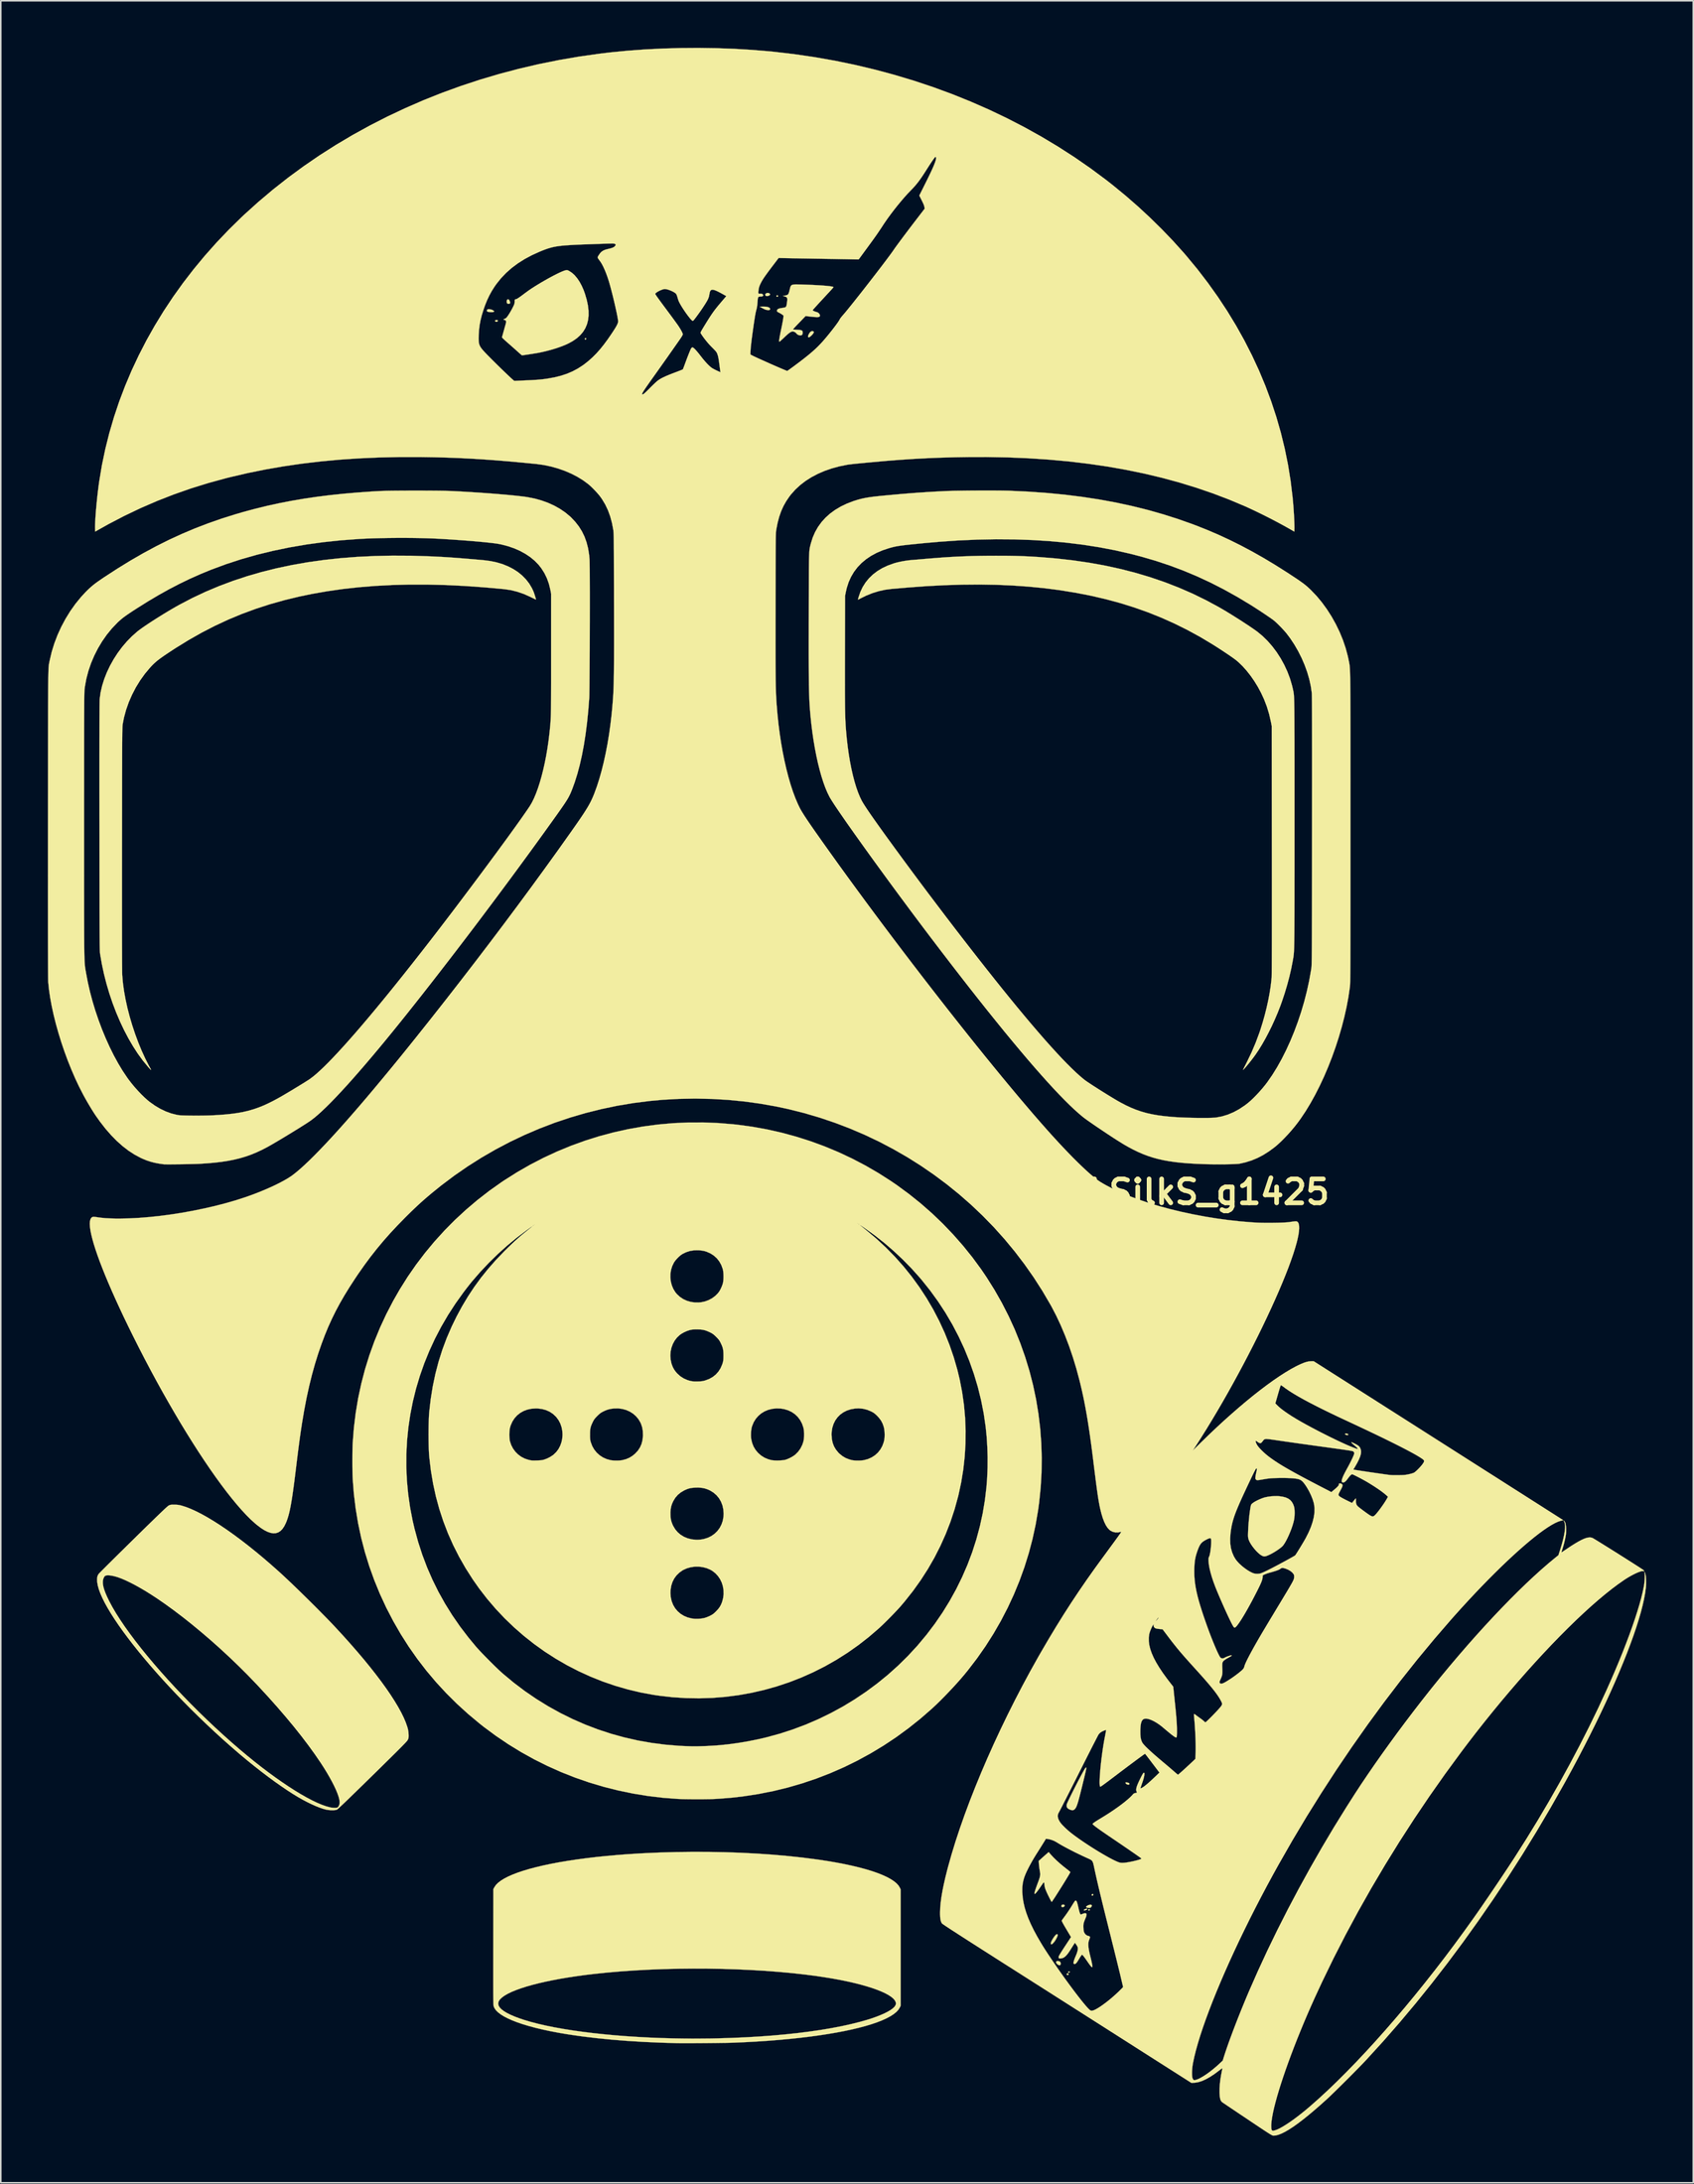
<source format=kicad_pcb>
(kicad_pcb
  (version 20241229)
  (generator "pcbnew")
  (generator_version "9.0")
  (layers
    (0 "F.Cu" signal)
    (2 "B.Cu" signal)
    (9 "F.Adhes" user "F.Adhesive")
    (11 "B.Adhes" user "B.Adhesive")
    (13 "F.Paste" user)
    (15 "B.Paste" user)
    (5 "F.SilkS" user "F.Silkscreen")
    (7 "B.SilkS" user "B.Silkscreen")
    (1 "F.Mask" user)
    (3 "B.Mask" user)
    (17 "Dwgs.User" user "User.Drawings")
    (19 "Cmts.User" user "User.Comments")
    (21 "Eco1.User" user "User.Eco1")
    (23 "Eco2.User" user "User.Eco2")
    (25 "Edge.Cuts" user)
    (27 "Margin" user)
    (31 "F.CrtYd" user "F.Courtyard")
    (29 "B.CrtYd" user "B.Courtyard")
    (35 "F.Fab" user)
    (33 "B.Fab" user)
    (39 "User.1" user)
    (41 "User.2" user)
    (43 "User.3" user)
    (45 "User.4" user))
  (footprint "F.SilkS_g1425"
    (layer "F.Cu")
    (at 73.641 72.942)
    (property "Reference" "F.SilkS_g1425" (at 0 0 0) (layer "F.SilkS") (effects (font (size 1.524 1.524) (thickness 0.3))))
    (attr through_hole)
    (fp_poly (pts (xy -39.335 -54.43) (xy -39.331 -54.395) (xy -39.349 -54.352) (xy -39.378 -54.338) (xy -39.398 -54.349) (xy -39.414 -54.387) (xy -39.403 -54.424) (xy -39.369 -54.441) (xy -39.369 -54.441) (xy -39.335 -54.43)) (stroke (width 0.01) (type solid)) (fill yes) (layer "F.SilkS"))
    (fp_poly (pts (xy -8.508 49.699) (xy -8.498 49.723) (xy -8.519 49.747) (xy -8.558 49.759) (xy -8.601 49.759) (xy -8.613 49.741) (xy -8.611 49.727) (xy -8.586 49.695) (xy -8.551 49.689) (xy -8.508 49.699)) (stroke (width 0.01) (type solid)) (fill yes) (layer "F.SilkS"))
    (fp_poly (pts (xy -7.014 44.76) (xy -7.006 44.786) (xy -7.02 44.832) (xy -7.053 44.858) (xy -7.089 44.854) (xy -7.106 44.82) (xy -7.102 44.791) (xy -7.078 44.757) (xy -7.043 44.746) (xy -7.014 44.76)) (stroke (width 0.01) (type solid)) (fill yes) (layer "F.SilkS"))
    (fp_poly (pts (xy -27.111 -57.154) (xy -27.097 -57.12) (xy -27.097 -57.113) (xy -27.119 -57.08) (xy -27.155 -57.07) (xy -27.186 -57.087) (xy -27.191 -57.097) (xy -27.192 -57.138) (xy -27.182 -57.154) (xy -27.146 -57.168) (xy -27.111 -57.154)) (stroke (width 0.01) (type solid)) (fill yes) (layer "F.SilkS"))
    (fp_poly (pts (xy -7.23 45.732) (xy -7.221 45.759) (xy -7.24 45.787) (xy -7.276 45.801) (xy -7.313 45.797) (xy -7.324 45.764) (xy -7.324 45.764) (xy -7.312 45.73) (xy -7.272 45.72) (xy -7.269 45.72) (xy -7.23 45.732)) (stroke (width 0.01) (type solid)) (fill yes) (layer "F.SilkS"))
    (fp_poly (pts (xy -44.986 -55.581) (xy -44.963 -55.569) (xy -44.961 -55.54) (xy -44.962 -55.536) (xy -44.985 -55.497) (xy -45.032 -55.481) (xy -45.088 -55.49) (xy -45.115 -55.505) (xy -45.142 -55.538) (xy -45.131 -55.565) (xy -45.085 -55.581) (xy -45.04 -55.584) (xy -44.986 -55.581)) (stroke (width 0.01) (type solid)) (fill yes) (layer "F.SilkS"))
    (fp_poly (pts (xy -8.589 49.83) (xy -8.581 49.86) (xy -8.582 49.863) (xy -8.592 49.895) (xy -8.594 49.902) (xy -8.612 49.909) (xy -8.647 49.911) (xy -8.689 49.901) (xy -8.7 49.871) (xy -8.685 49.831) (xy -8.668 49.819) (xy -8.622 49.814) (xy -8.589 49.83)) (stroke (width 0.01) (type solid)) (fill yes) (layer "F.SilkS"))
    (fp_poly (pts (xy -7.389 45.695) (xy -7.387 45.708) (xy -7.405 45.737) (xy -7.45 45.764) (xy -7.507 45.785) (xy -7.563 45.796) (xy -7.601 45.791) (xy -7.609 45.785) (xy -7.603 45.759) (xy -7.566 45.73) (xy -7.509 45.704) (xy -7.456 45.689) (xy -7.408 45.683) (xy -7.389 45.695)) (stroke (width 0.01) (type solid)) (fill yes) (layer "F.SilkS"))
    (fp_poly (pts (xy 9.149 15.4) (xy 9.158 15.402) (xy 9.218 15.425) (xy 9.247 15.452) (xy 9.244 15.477) (xy 9.206 15.492) (xy 9.181 15.494) (xy 9.119 15.485) (xy 9.069 15.464) (xy 9.069 15.464) (xy 9.041 15.431) (xy 9.049 15.407) (xy 9.087 15.395) (xy 9.149 15.4)) (stroke (width 0.01) (type solid)) (fill yes) (layer "F.SilkS"))
    (fp_poly (pts (xy -27.696 -57.31) (xy -27.648 -57.286) (xy -27.608 -57.243) (xy -27.61 -57.201) (xy -27.649 -57.163) (xy -27.722 -57.129) (xy -27.797 -57.115) (xy -27.859 -57.124) (xy -27.884 -57.139) (xy -27.913 -57.189) (xy -27.908 -57.237) (xy -27.876 -57.278) (xy -27.825 -57.307) (xy -27.763 -57.319) (xy -27.696 -57.31)) (stroke (width 0.01) (type solid)) (fill yes) (layer "F.SilkS"))
    (fp_poly (pts (xy -9.185 49.035) (xy -9.119 49.073) (xy -9.086 49.138) (xy -9.084 49.226) (xy -9.105 49.275) (xy -9.15 49.293) (xy -9.214 49.279) (xy -9.276 49.244) (xy -9.339 49.188) (xy -9.372 49.13) (xy -9.376 49.078) (xy -9.35 49.04) (xy -9.295 49.022) (xy -9.283 49.022) (xy -9.185 49.035)) (stroke (width 0.01) (type solid)) (fill yes) (layer "F.SilkS"))
    (fp_poly (pts (xy -4.856 37.64) (xy -4.774 37.658) (xy -4.721 37.69) (xy -4.702 37.731) (xy -4.706 37.749) (xy -4.736 37.776) (xy -4.789 37.781) (xy -4.85 37.766) (xy -4.897 37.739) (xy -4.936 37.699) (xy -4.953 37.663) (xy -4.953 37.662) (xy -4.945 37.642) (xy -4.914 37.636) (xy -4.856 37.64)) (stroke (width 0.01) (type solid)) (fill yes) (layer "F.SilkS"))
    (fp_poly (pts (xy -8.907 45.428) (xy -8.855 45.44) (xy -8.833 45.47) (xy -8.831 45.48) (xy -8.842 45.53) (xy -8.883 45.568) (xy -8.941 45.587) (xy -9.005 45.582) (xy -9.012 45.579) (xy -9.034 45.551) (xy -9.036 45.505) (xy -9.02 45.46) (xy -9.008 45.446) (xy -8.967 45.43) (xy -8.909 45.427) (xy -8.907 45.428)) (stroke (width 0.01) (type solid)) (fill yes) (layer "F.SilkS"))
    (fp_poly (pts (xy -44.286 -56.908) (xy -44.248 -56.878) (xy -44.213 -56.822) (xy -44.187 -56.755) (xy -44.177 -56.693) (xy -44.178 -56.682) (xy -44.192 -56.646) (xy -44.227 -56.63) (xy -44.261 -56.625) (xy -44.333 -56.631) (xy -44.367 -56.654) (xy -44.389 -56.707) (xy -44.395 -56.777) (xy -44.385 -56.844) (xy -44.362 -56.887) (xy -44.314 -56.911) (xy -44.286 -56.908)) (stroke (width 0.01) (type solid)) (fill yes) (layer "F.SilkS"))
    (fp_poly (pts (xy -27.913 -56.445) (xy -27.788 -56.428) (xy -27.692 -56.398) (xy -27.628 -56.355) (xy -27.602 -56.302) (xy -27.601 -56.293) (xy -27.619 -56.246) (xy -27.671 -56.223) (xy -27.757 -56.223) (xy -27.864 -56.242) (xy -27.921 -56.262) (xy -28 -56.297) (xy -28.085 -56.341) (xy -28.104 -56.351) (xy -28.262 -56.441) (xy -28.064 -56.448) (xy -27.913 -56.445)) (stroke (width 0.01) (type solid)) (fill yes) (layer "F.SilkS"))
    (fp_poly (pts (xy -24.865 -54.872) (xy -24.841 -54.857) (xy -24.816 -54.835) (xy -24.816 -54.809) (xy -24.836 -54.767) (xy -24.878 -54.701) (xy -24.932 -54.638) (xy -25.009 -54.566) (xy -25.025 -54.552) (xy -25.093 -54.501) (xy -25.141 -54.484) (xy -25.174 -54.497) (xy -25.188 -54.54) (xy -25.172 -54.613) (xy -25.136 -54.693) (xy -25.074 -54.792) (xy -25.005 -54.856) (xy -24.934 -54.883) (xy -24.865 -54.872)) (stroke (width 0.01) (type solid)) (fill yes) (layer "F.SilkS"))
    (fp_poly (pts (xy -7.118 45.446) (xy -7.095 45.478) (xy -7.103 45.524) (xy -7.132 45.576) (xy -7.134 45.578) (xy -7.173 45.617) (xy -7.222 45.632) (xy -7.267 45.633) (xy -7.337 45.628) (xy -7.398 45.619) (xy -7.407 45.617) (xy -7.454 45.595) (xy -7.461 45.565) (xy -7.428 45.525) (xy -7.387 45.495) (xy -7.313 45.457) (xy -7.237 45.436) (xy -7.169 45.432) (xy -7.118 45.446)) (stroke (width 0.01) (type solid)) (fill yes) (layer "F.SilkS"))
    (fp_poly (pts (xy -45.423 -56.27) (xy -45.334 -56.242) (xy -45.301 -56.227) (xy -45.227 -56.184) (xy -45.195 -56.148) (xy -45.203 -56.121) (xy -45.252 -56.103) (xy -45.34 -56.094) (xy -45.403 -56.094) (xy -45.483 -56.099) (xy -45.558 -56.109) (xy -45.588 -56.115) (xy -45.638 -56.138) (xy -45.656 -56.174) (xy -45.657 -56.183) (xy -45.646 -56.233) (xy -45.631 -56.257) (xy -45.584 -56.278) (xy -45.51 -56.282) (xy -45.423 -56.27)) (stroke (width 0.01) (type solid)) (fill yes) (layer "F.SilkS"))
    (fp_poly (pts (xy -9.295 47.316) (xy -9.294 47.317) (xy -9.273 47.35) (xy -9.279 47.41) (xy -9.313 47.498) (xy -9.337 47.548) (xy -9.399 47.664) (xy -9.456 47.754) (xy -9.518 47.833) (xy -9.564 47.884) (xy -9.626 47.941) (xy -9.671 47.962) (xy -9.701 47.946) (xy -9.708 47.93) (xy -9.71 47.87) (xy -9.681 47.782) (xy -9.621 47.665) (xy -9.549 47.55) (xy -9.465 47.432) (xy -9.395 47.353) (xy -9.338 47.315) (xy -9.295 47.316)) (stroke (width 0.01) (type solid)) (fill yes) (layer "F.SilkS"))
    (fp_poly (pts (xy -7.454 36.694) (xy -7.451 36.726) (xy -7.454 36.756) (xy -7.463 36.808) (xy -7.479 36.885) (xy -7.502 36.989) (xy -7.533 37.123) (xy -7.572 37.289) (xy -7.621 37.489) (xy -7.679 37.726) (xy -7.726 37.92) (xy -7.793 38.187) (xy -7.851 38.417) (xy -7.902 38.612) (xy -7.946 38.775) (xy -7.985 38.911) (xy -8.021 39.023) (xy -8.053 39.113) (xy -8.083 39.186) (xy -8.113 39.244) (xy -8.143 39.291) (xy -8.174 39.33) (xy -8.186 39.344) (xy -8.251 39.393) (xy -8.325 39.411) (xy -8.417 39.398) (xy -8.473 39.38) (xy -8.588 39.326) (xy -8.663 39.26) (xy -8.701 39.18) (xy -8.703 39.082) (xy -8.687 39.009) (xy -8.67 38.965) (xy -8.635 38.887) (xy -8.585 38.781) (xy -8.523 38.651) (xy -8.45 38.502) (xy -8.369 38.338) (xy -8.282 38.164) (xy -8.191 37.984) (xy -8.099 37.803) (xy -8.008 37.625) (xy -7.92 37.456) (xy -7.837 37.299) (xy -7.79 37.211) (xy -7.698 37.041) (xy -7.623 36.907) (xy -7.564 36.806) (xy -7.519 36.736) (xy -7.486 36.696) (xy -7.465 36.682) (xy -7.454 36.694)) (stroke (width 0.01) (type solid)) (fill yes) (layer "F.SilkS"))
    (fp_poly (pts (xy 4.751 19.384) (xy 4.837 19.39) (xy 5.065 19.422) (xy 5.257 19.472) (xy 5.417 19.543) (xy 5.547 19.636) (xy 5.652 19.755) (xy 5.734 19.901) (xy 5.791 20.056) (xy 5.813 20.16) (xy 5.825 20.294) (xy 5.83 20.446) (xy 5.825 20.606) (xy 5.813 20.762) (xy 5.792 20.899) (xy 5.752 21.067) (xy 5.697 21.254) (xy 5.63 21.451) (xy 5.552 21.653) (xy 5.468 21.853) (xy 5.381 22.043) (xy 5.292 22.218) (xy 5.205 22.371) (xy 5.124 22.494) (xy 5.064 22.568) (xy 4.98 22.645) (xy 4.867 22.734) (xy 4.732 22.829) (xy 4.584 22.924) (xy 4.432 23.014) (xy 4.284 23.094) (xy 4.149 23.157) (xy 4.137 23.162) (xy 4.029 23.204) (xy 3.946 23.226) (xy 3.878 23.229) (xy 3.812 23.213) (xy 3.746 23.184) (xy 3.635 23.115) (xy 3.514 23.014) (xy 3.387 22.89) (xy 3.263 22.749) (xy 3.146 22.6) (xy 3.043 22.449) (xy 2.96 22.304) (xy 2.903 22.173) (xy 2.896 22.152) (xy 2.88 22.097) (xy 2.869 22.046) (xy 2.862 21.991) (xy 2.858 21.924) (xy 2.858 21.836) (xy 2.861 21.721) (xy 2.865 21.613) (xy 2.875 21.384) (xy 2.893 21.135) (xy 2.915 20.878) (xy 2.941 20.626) (xy 2.971 20.391) (xy 3.001 20.186) (xy 3.004 20.171) (xy 3.022 20.067) (xy 3.037 19.995) (xy 3.053 19.946) (xy 3.073 19.91) (xy 3.102 19.878) (xy 3.136 19.847) (xy 3.215 19.788) (xy 3.325 19.722) (xy 3.455 19.654) (xy 3.597 19.588) (xy 3.739 19.53) (xy 3.873 19.483) (xy 3.943 19.463) (xy 4.133 19.424) (xy 4.342 19.397) (xy 4.553 19.383) (xy 4.751 19.384)) (stroke (width 0.01) (type solid)) (fill yes) (layer "F.SilkS"))
    (fp_poly (pts (xy -9.687 42.266) (xy -9.535 42.43) (xy -9.35 42.61) (xy -9.136 42.802) (xy -8.897 43.002) (xy -8.672 43.179) (xy -8.593 43.241) (xy -8.529 43.295) (xy -8.484 43.334) (xy -8.467 43.353) (xy -8.467 43.354) (xy -8.478 43.38) (xy -8.509 43.437) (xy -8.557 43.522) (xy -8.621 43.629) (xy -8.697 43.755) (xy -8.783 43.896) (xy -8.876 44.047) (xy -8.974 44.205) (xy -9.075 44.365) (xy -9.175 44.524) (xy -9.272 44.677) (xy -9.364 44.821) (xy -9.447 44.951) (xy -9.521 45.062) (xy -9.581 45.152) (xy -9.625 45.216) (xy -9.652 45.25) (xy -9.657 45.254) (xy -9.672 45.236) (xy -9.701 45.187) (xy -9.741 45.114) (xy -9.788 45.024) (xy -9.802 44.996) (xy -9.896 44.806) (xy -9.97 44.648) (xy -10.026 44.518) (xy -10.067 44.411) (xy -10.093 44.323) (xy -10.106 44.25) (xy -10.106 44.247) (xy -10.12 44.135) (xy -10.133 44.061) (xy -10.145 44.019) (xy -10.158 44.006) (xy -10.159 44.005) (xy -10.176 44.022) (xy -10.212 44.068) (xy -10.262 44.138) (xy -10.322 44.224) (xy -10.358 44.277) (xy -10.456 44.42) (xy -10.544 44.541) (xy -10.619 44.637) (xy -10.679 44.705) (xy -10.721 44.741) (xy -10.736 44.746) (xy -10.751 44.731) (xy -10.75 44.685) (xy -10.734 44.606) (xy -10.701 44.493) (xy -10.651 44.345) (xy -10.584 44.161) (xy -10.562 44.101) (xy -10.501 43.938) (xy -10.455 43.808) (xy -10.422 43.703) (xy -10.4 43.615) (xy -10.39 43.538) (xy -10.388 43.464) (xy -10.395 43.386) (xy -10.41 43.297) (xy -10.421 43.235) (xy -10.439 43.121) (xy -10.456 42.989) (xy -10.468 42.865) (xy -10.47 42.843) (xy -10.483 42.64) (xy -10.231 42.415) (xy -10.14 42.334) (xy -10.054 42.258) (xy -9.982 42.194) (xy -9.93 42.149) (xy -9.914 42.135) (xy -9.848 42.08) (xy -9.687 42.266)) (stroke (width 0.01) (type solid)) (fill yes) (layer "F.SilkS"))
    (fp_poly (pts (xy -40.541 -58.773) (xy -40.494 -58.758) (xy -40.43 -58.727) (xy -40.41 -58.716) (xy -40.232 -58.599) (xy -40.062 -58.443) (xy -39.9 -58.251) (xy -39.748 -58.024) (xy -39.609 -57.766) (xy -39.484 -57.48) (xy -39.404 -57.256) (xy -39.293 -56.878) (xy -39.218 -56.524) (xy -39.179 -56.191) (xy -39.175 -55.88) (xy -39.208 -55.59) (xy -39.277 -55.32) (xy -39.383 -55.07) (xy -39.525 -54.839) (xy -39.704 -54.627) (xy -39.92 -54.432) (xy -40.174 -54.255) (xy -40.439 -54.107) (xy -40.684 -53.995) (xy -40.963 -53.886) (xy -41.27 -53.781) (xy -41.596 -53.683) (xy -41.935 -53.595) (xy -42.278 -53.519) (xy -42.365 -53.501) (xy -42.443 -53.487) (xy -42.546 -53.47) (xy -42.668 -53.45) (xy -42.8 -53.429) (xy -42.936 -53.408) (xy -43.068 -53.388) (xy -43.19 -53.37) (xy -43.293 -53.355) (xy -43.371 -53.345) (xy -43.417 -53.34) (xy -43.422 -53.34) (xy -43.44 -53.354) (xy -43.485 -53.391) (xy -43.551 -53.449) (xy -43.635 -53.522) (xy -43.73 -53.608) (xy -43.756 -53.631) (xy -43.883 -53.745) (xy -44.027 -53.872) (xy -44.174 -54.002) (xy -44.312 -54.123) (xy -44.393 -54.195) (xy -44.517 -54.304) (xy -44.608 -54.39) (xy -44.668 -54.452) (xy -44.694 -54.489) (xy -44.695 -54.497) (xy -44.686 -54.527) (xy -44.667 -54.59) (xy -44.642 -54.679) (xy -44.612 -54.787) (xy -44.589 -54.87) (xy -44.554 -54.994) (xy -44.522 -55.111) (xy -44.493 -55.213) (xy -44.471 -55.29) (xy -44.462 -55.319) (xy -44.436 -55.422) (xy -44.432 -55.496) (xy -44.45 -55.547) (xy -44.476 -55.572) (xy -44.525 -55.597) (xy -44.561 -55.605) (xy -44.594 -55.613) (xy -44.594 -55.632) (xy -44.565 -55.652) (xy -44.537 -55.661) (xy -44.483 -55.684) (xy -44.425 -55.726) (xy -44.411 -55.739) (xy -44.358 -55.804) (xy -44.291 -55.899) (xy -44.216 -56.016) (xy -44.138 -56.148) (xy -44.061 -56.286) (xy -43.999 -56.407) (xy -43.95 -56.508) (xy -43.918 -56.583) (xy -43.899 -56.642) (xy -43.891 -56.698) (xy -43.889 -56.756) (xy -43.886 -56.839) (xy -43.873 -56.888) (xy -43.846 -56.911) (xy -43.802 -56.917) (xy -43.769 -56.927) (xy -43.712 -56.957) (xy -43.631 -57.01) (xy -43.522 -57.085) (xy -43.386 -57.185) (xy -43.219 -57.31) (xy -43.156 -57.357) (xy -43.01 -57.464) (xy -42.841 -57.58) (xy -42.652 -57.702) (xy -42.45 -57.829) (xy -42.237 -57.957) (xy -42.02 -58.084) (xy -41.801 -58.208) (xy -41.587 -58.326) (xy -41.381 -58.435) (xy -41.188 -58.533) (xy -41.012 -58.617) (xy -40.858 -58.686) (xy -40.731 -58.735) (xy -40.641 -58.762) (xy -40.585 -58.773) (xy -40.541 -58.773)) (stroke (width 0.01) (type solid)) (fill yes) (layer "F.SilkS"))
    (fp_poly (pts (xy -8.082 45.194) (xy -8.054 45.247) (xy -8.024 45.333) (xy -7.992 45.454) (xy -7.958 45.605) (xy -7.919 45.772) (xy -7.885 45.898) (xy -7.854 45.987) (xy -7.826 46.04) (xy -7.8 46.059) (xy -7.798 46.059) (xy -7.763 46.049) (xy -7.708 46.026) (xy -7.686 46.015) (xy -7.585 45.981) (xy -7.521 45.978) (xy -7.468 45.986) (xy -7.443 46.006) (xy -7.434 46.049) (xy -7.434 46.052) (xy -7.439 46.112) (xy -7.461 46.193) (xy -7.484 46.253) (xy -7.542 46.394) (xy -7.585 46.505) (xy -7.613 46.597) (xy -7.63 46.678) (xy -7.638 46.758) (xy -7.638 46.846) (xy -7.636 46.895) (xy -7.626 47.023) (xy -7.609 47.129) (xy -7.589 47.196) (xy -7.529 47.296) (xy -7.446 47.373) (xy -7.348 47.419) (xy -7.325 47.424) (xy -7.256 47.443) (xy -7.22 47.475) (xy -7.214 47.526) (xy -7.238 47.601) (xy -7.254 47.639) (xy -7.292 47.74) (xy -7.315 47.851) (xy -7.322 47.977) (xy -7.314 48.122) (xy -7.29 48.292) (xy -7.251 48.492) (xy -7.196 48.72) (xy -7.148 48.915) (xy -7.11 49.08) (xy -7.082 49.215) (xy -7.065 49.316) (xy -7.06 49.381) (xy -7.065 49.407) (xy -7.093 49.409) (xy -7.126 49.393) (xy -7.152 49.365) (xy -7.197 49.309) (xy -7.256 49.231) (xy -7.323 49.136) (xy -7.383 49.049) (xy -7.457 48.943) (xy -7.526 48.845) (xy -7.588 48.763) (xy -7.635 48.703) (xy -7.658 48.676) (xy -7.721 48.616) (xy -7.761 48.66) (xy -7.789 48.696) (xy -7.832 48.759) (xy -7.88 48.838) (xy -7.905 48.878) (xy -7.981 49.003) (xy -8.041 49.095) (xy -8.091 49.157) (xy -8.133 49.194) (xy -8.172 49.211) (xy -8.191 49.212) (xy -8.241 49.201) (xy -8.263 49.18) (xy -8.267 49.123) (xy -8.248 49.033) (xy -8.209 48.911) (xy -8.148 48.76) (xy -8.129 48.716) (xy -8.054 48.532) (xy -8.008 48.379) (xy -7.988 48.254) (xy -7.995 48.158) (xy -7.997 48.15) (xy -8.021 48.092) (xy -8.062 48.02) (xy -8.098 47.967) (xy -8.178 47.859) (xy -8.276 48.012) (xy -8.337 48.109) (xy -8.406 48.218) (xy -8.469 48.318) (xy -8.472 48.324) (xy -8.585 48.494) (xy -8.688 48.628) (xy -8.785 48.728) (xy -8.879 48.798) (xy -8.972 48.84) (xy -9.032 48.853) (xy -9.128 48.862) (xy -9.188 48.85) (xy -9.215 48.815) (xy -9.212 48.756) (xy -9.199 48.71) (xy -9.18 48.673) (xy -9.141 48.605) (xy -9.085 48.513) (xy -9.015 48.4) (xy -8.933 48.271) (xy -8.843 48.133) (xy -8.797 48.063) (xy -8.424 47.496) (xy -8.729 46.984) (xy -8.826 46.82) (xy -8.901 46.689) (xy -8.956 46.589) (xy -8.993 46.516) (xy -9.012 46.468) (xy -9.016 46.442) (xy -9.015 46.44) (xy -8.996 46.413) (xy -8.957 46.358) (xy -8.902 46.282) (xy -8.836 46.192) (xy -8.787 46.126) (xy -8.697 46) (xy -8.597 45.853) (xy -8.498 45.703) (xy -8.41 45.565) (xy -8.394 45.538) (xy -8.33 45.434) (xy -8.273 45.342) (xy -8.224 45.267) (xy -8.191 45.218) (xy -8.178 45.201) (xy -8.142 45.174) (xy -8.111 45.171) (xy -8.082 45.194)) (stroke (width 0.01) (type solid)) (fill yes) (layer "F.SilkS"))
    (fp_poly (pts (xy -25.773 -57.859) (xy -25.621 -57.855) (xy -25.45 -57.849) (xy -25.265 -57.843) (xy -25.072 -57.835) (xy -24.877 -57.826) (xy -24.686 -57.816) (xy -24.503 -57.806) (xy -24.335 -57.796) (xy -24.188 -57.785) (xy -24.172 -57.784) (xy -23.992 -57.768) (xy -23.839 -57.752) (xy -23.717 -57.735) (xy -23.631 -57.718) (xy -23.584 -57.702) (xy -23.576 -57.699) (xy -23.569 -57.695) (xy -23.567 -57.689) (xy -23.57 -57.679) (xy -23.582 -57.661) (xy -23.604 -57.633) (xy -23.638 -57.592) (xy -23.688 -57.537) (xy -23.754 -57.465) (xy -23.838 -57.372) (xy -23.945 -57.258) (xy -24.074 -57.118) (xy -24.229 -56.951) (xy -24.315 -56.858) (xy -24.441 -56.722) (xy -24.558 -56.595) (xy -24.661 -56.481) (xy -24.75 -56.383) (xy -24.819 -56.305) (xy -24.867 -56.25) (xy -24.89 -56.221) (xy -24.892 -56.218) (xy -24.874 -56.195) (xy -24.826 -56.166) (xy -24.762 -56.137) (xy -24.691 -56.113) (xy -24.65 -56.103) (xy -24.569 -56.073) (xy -24.498 -56.02) (xy -24.447 -55.954) (xy -24.426 -55.886) (xy -24.426 -55.883) (xy -24.432 -55.842) (xy -24.451 -55.811) (xy -24.487 -55.79) (xy -24.546 -55.778) (xy -24.63 -55.775) (xy -24.745 -55.781) (xy -24.894 -55.794) (xy -25.034 -55.809) (xy -25.342 -55.844) (xy -25.749 -55.423) (xy -25.855 -55.313) (xy -25.95 -55.213) (xy -26.03 -55.127) (xy -26.092 -55.058) (xy -26.133 -55.012) (xy -26.147 -54.992) (xy -26.147 -54.991) (xy -26.123 -54.986) (xy -26.066 -54.98) (xy -25.984 -54.974) (xy -25.888 -54.969) (xy -25.755 -54.961) (xy -25.659 -54.948) (xy -25.594 -54.928) (xy -25.554 -54.898) (xy -25.534 -54.855) (xy -25.527 -54.796) (xy -25.527 -54.782) (xy -25.538 -54.694) (xy -25.574 -54.639) (xy -25.637 -54.613) (xy -25.683 -54.61) (xy -25.792 -54.63) (xy -25.885 -54.686) (xy -25.927 -54.734) (xy -25.985 -54.792) (xy -26.063 -54.838) (xy -26.14 -54.863) (xy -26.16 -54.864) (xy -26.222 -54.854) (xy -26.295 -54.822) (xy -26.382 -54.765) (xy -26.486 -54.682) (xy -26.611 -54.569) (xy -26.695 -54.489) (xy -26.787 -54.401) (xy -26.87 -54.325) (xy -26.938 -54.264) (xy -26.986 -54.223) (xy -27.01 -54.208) (xy -27.011 -54.208) (xy -27.024 -54.222) (xy -27.028 -54.267) (xy -27.023 -54.34) (xy -27.015 -54.397) (xy -27 -54.488) (xy -26.978 -54.606) (xy -26.951 -54.744) (xy -26.921 -54.894) (xy -26.894 -55.025) (xy -26.861 -55.181) (xy -26.831 -55.332) (xy -26.805 -55.47) (xy -26.784 -55.587) (xy -26.769 -55.677) (xy -26.763 -55.725) (xy -26.749 -55.874) (xy -26.829 -55.935) (xy -26.892 -55.978) (xy -26.973 -56.026) (xy -27.038 -56.06) (xy -27.108 -56.096) (xy -27.147 -56.124) (xy -27.164 -56.153) (xy -27.167 -56.185) (xy -27.155 -56.24) (xy -27.114 -56.284) (xy -27.042 -56.319) (xy -26.933 -56.346) (xy -26.869 -56.356) (xy -26.754 -56.374) (xy -26.673 -56.39) (xy -26.619 -56.412) (xy -26.586 -56.446) (xy -26.564 -56.499) (xy -26.549 -56.578) (xy -26.535 -56.666) (xy -26.516 -56.802) (xy -26.509 -56.903) (xy -26.517 -56.976) (xy -26.541 -57.027) (xy -26.584 -57.062) (xy -26.648 -57.087) (xy -26.687 -57.098) (xy -26.786 -57.124) (xy -26.653 -57.15) (xy -26.576 -57.167) (xy -26.518 -57.186) (xy -26.474 -57.213) (xy -26.44 -57.255) (xy -26.412 -57.317) (xy -26.385 -57.406) (xy -26.355 -57.527) (xy -26.34 -57.594) (xy -26.311 -57.7) (xy -26.276 -57.773) (xy -26.228 -57.818) (xy -26.159 -57.844) (xy -26.059 -57.858) (xy -26.054 -57.859) (xy -25.995 -57.861) (xy -25.899 -57.861) (xy -25.773 -57.859)) (stroke (width 0.01) (type solid)) (fill yes) (layer "F.SilkS"))
    (fp_poly (pts (xy -31.523 42.068) (xy -30.486 42.087) (xy -29.463 42.123) (xy -28.456 42.175) (xy -27.471 42.242) (xy -26.512 42.326) (xy -25.583 42.424) (xy -24.689 42.539) (xy -24.564 42.556) (xy -23.977 42.645) (xy -23.421 42.739) (xy -22.895 42.839) (xy -22.402 42.945) (xy -21.941 43.055) (xy -21.514 43.169) (xy -21.121 43.288) (xy -20.764 43.411) (xy -20.444 43.538) (xy -20.16 43.668) (xy -19.915 43.801) (xy -19.708 43.938) (xy -19.541 44.076) (xy -19.415 44.217) (xy -19.335 44.349) (xy -19.283 44.461) (xy -19.283 51.869) (xy -19.335 51.981) (xy -19.424 52.125) (xy -19.554 52.267) (xy -19.724 52.406) (xy -19.934 52.542) (xy -20.181 52.675) (xy -20.465 52.804) (xy -20.785 52.93) (xy -21.14 53.051) (xy -21.528 53.168) (xy -21.949 53.28) (xy -22.401 53.388) (xy -22.884 53.491) (xy -23.396 53.588) (xy -23.937 53.68) (xy -24.504 53.767) (xy -25.098 53.848) (xy -25.717 53.922) (xy -26.36 53.99) (xy -27.025 54.052) (xy -27.713 54.107) (xy -28.421 54.155) (xy -29.149 54.195) (xy -29.896 54.229) (xy -29.919 54.229) (xy -30.039 54.233) (xy -30.195 54.237) (xy -30.384 54.241) (xy -30.6 54.244) (xy -30.838 54.247) (xy -31.093 54.251) (xy -31.359 54.253) (xy -31.633 54.256) (xy -31.909 54.258) (xy -32.182 54.26) (xy -32.446 54.261) (xy -32.697 54.262) (xy -32.93 54.262) (xy -33.14 54.262) (xy -33.322 54.262) (xy -33.47 54.26) (xy -33.56 54.259) (xy -34.651 54.226) (xy -35.704 54.178) (xy -36.718 54.115) (xy -37.695 54.037) (xy -38.636 53.943) (xy -39.541 53.835) (xy -39.994 53.772) (xy -40.561 53.687) (xy -41.1 53.595) (xy -41.611 53.497) (xy -42.093 53.394) (xy -42.545 53.286) (xy -42.966 53.173) (xy -43.354 53.057) (xy -43.71 52.936) (xy -44.031 52.812) (xy -44.316 52.685) (xy -44.566 52.556) (xy -44.778 52.424) (xy -44.952 52.289) (xy -45.086 52.154) (xy -45.179 52.017) (xy -45.223 51.91) (xy -45.227 51.893) (xy -45.231 51.867) (xy -45.234 51.832) (xy -45.237 51.784) (xy -45.239 51.754) (xy -44.936 51.754) (xy -44.908 51.869) (xy -44.838 51.984) (xy -44.727 52.101) (xy -44.574 52.217) (xy -44.38 52.335) (xy -44.146 52.452) (xy -43.871 52.57) (xy -43.555 52.688) (xy -43.322 52.766) (xy -42.889 52.896) (xy -42.416 53.02) (xy -41.906 53.138) (xy -41.361 53.249) (xy -40.784 53.352) (xy -40.177 53.449) (xy -39.542 53.538) (xy -38.881 53.62) (xy -38.197 53.693) (xy -37.493 53.759) (xy -36.771 53.816) (xy -36.032 53.864) (xy -35.28 53.904) (xy -34.517 53.935) (xy -33.745 53.956) (xy -32.966 53.968) (xy -32.183 53.97) (xy -31.398 53.963) (xy -30.956 53.954) (xy -30.047 53.926) (xy -29.16 53.887) (xy -28.297 53.837) (xy -27.46 53.775) (xy -26.649 53.702) (xy -25.868 53.619) (xy -25.117 53.524) (xy -24.397 53.42) (xy -23.712 53.305) (xy -23.061 53.18) (xy -22.448 53.045) (xy -21.873 52.901) (xy -21.444 52.779) (xy -21.126 52.679) (xy -20.832 52.575) (xy -20.563 52.469) (xy -20.321 52.363) (xy -20.111 52.256) (xy -19.933 52.151) (xy -19.791 52.049) (xy -19.687 51.951) (xy -19.648 51.901) (xy -19.6 51.814) (xy -19.583 51.736) (xy -19.596 51.653) (xy -19.597 51.648) (xy -19.652 51.536) (xy -19.747 51.423) (xy -19.881 51.309) (xy -20.054 51.195) (xy -20.263 51.081) (xy -20.508 50.968) (xy -20.787 50.856) (xy -21.098 50.746) (xy -21.44 50.638) (xy -21.812 50.533) (xy -22.213 50.431) (xy -22.64 50.333) (xy -23.093 50.239) (xy -23.57 50.151) (xy -23.844 50.104) (xy -24.596 49.988) (xy -25.384 49.885) (xy -26.204 49.794) (xy -27.053 49.716) (xy -27.925 49.649) (xy -28.818 49.596) (xy -29.727 49.555) (xy -30.647 49.526) (xy -31.576 49.51) (xy -32.508 49.507) (xy -33.439 49.516) (xy -34.366 49.538) (xy -35.284 49.573) (xy -36.189 49.621) (xy -37.078 49.682) (xy -37.946 49.756) (xy -38.788 49.843) (xy -39.37 49.912) (xy -39.928 49.988) (xy -40.465 50.069) (xy -40.978 50.155) (xy -41.467 50.247) (xy -41.93 50.343) (xy -42.365 50.443) (xy -42.772 50.547) (xy -43.148 50.655) (xy -43.493 50.765) (xy -43.804 50.878) (xy -44.082 50.992) (xy -44.323 51.109) (xy -44.526 51.227) (xy -44.691 51.345) (xy -44.816 51.464) (xy -44.866 51.528) (xy -44.922 51.64) (xy -44.936 51.754) (xy -45.239 51.754) (xy -45.24 51.723) (xy -45.242 51.647) (xy -45.244 51.554) (xy -45.246 51.441) (xy -45.247 51.308) (xy -45.249 51.151) (xy -45.25 50.97) (xy -45.25 50.763) (xy -45.251 50.527) (xy -45.251 50.262) (xy -45.251 49.964) (xy -45.251 49.632) (xy -45.251 49.265) (xy -45.25 48.86) (xy -45.25 48.416) (xy -45.249 48.121) (xy -45.244 44.439) (xy -45.183 44.325) (xy -45.087 44.182) (xy -44.949 44.041) (xy -44.771 43.903) (xy -44.554 43.768) (xy -44.3 43.636) (xy -44.008 43.508) (xy -43.682 43.383) (xy -43.321 43.263) (xy -42.927 43.146) (xy -42.501 43.034) (xy -42.045 42.927) (xy -41.558 42.824) (xy -41.043 42.727) (xy -40.501 42.636) (xy -39.932 42.55) (xy -39.338 42.471) (xy -38.72 42.397) (xy -38.08 42.331) (xy -37.417 42.271) (xy -36.734 42.218) (xy -36.032 42.173) (xy -35.708 42.154) (xy -34.664 42.108) (xy -33.616 42.078) (xy -32.567 42.065) (xy -31.523 42.068)) (stroke (width 0.01) (type solid)) (fill yes) (layer "F.SilkS"))
    (fp_poly (pts (xy -50.503 -40.564) (xy -49.307 -40.528) (xy -48.567 -40.491) (xy -48.343 -40.478) (xy -48.118 -40.464) (xy -47.89 -40.448) (xy -47.652 -40.431) (xy -47.399 -40.412) (xy -47.128 -40.39) (xy -46.832 -40.365) (xy -46.508 -40.338) (xy -46.15 -40.306) (xy -45.853 -40.28) (xy -45.433 -40.225) (xy -45.033 -40.141) (xy -44.655 -40.027) (xy -44.302 -39.885) (xy -43.975 -39.716) (xy -43.675 -39.521) (xy -43.405 -39.3) (xy -43.166 -39.056) (xy -42.959 -38.789) (xy -42.787 -38.5) (xy -42.694 -38.3) (xy -42.667 -38.23) (xy -42.636 -38.143) (xy -42.605 -38.049) (xy -42.576 -37.956) (xy -42.551 -37.874) (xy -42.535 -37.81) (xy -42.528 -37.774) (xy -42.529 -37.77) (xy -42.549 -37.777) (xy -42.601 -37.801) (xy -42.678 -37.837) (xy -42.775 -37.885) (xy -42.884 -37.939) (xy -43.295 -38.123) (xy -43.713 -38.267) (xy -44.136 -38.372) (xy -44.56 -38.435) (xy -44.588 -38.437) (xy -44.827 -38.459) (xy -45.03 -38.478) (xy -45.203 -38.494) (xy -45.352 -38.507) (xy -45.483 -38.519) (xy -45.603 -38.529) (xy -45.717 -38.539) (xy -45.832 -38.548) (xy -45.91 -38.555) (xy -47.128 -38.64) (xy -48.316 -38.697) (xy -49.473 -38.725) (xy -50.601 -38.725) (xy -51.701 -38.697) (xy -52.774 -38.64) (xy -53.82 -38.555) (xy -54.84 -38.442) (xy -55.835 -38.299) (xy -56.806 -38.129) (xy -57.606 -37.963) (xy -58.562 -37.732) (xy -59.49 -37.471) (xy -60.393 -37.178) (xy -61.276 -36.853) (xy -62.141 -36.493) (xy -62.991 -36.097) (xy -63.831 -35.664) (xy -64.664 -35.192) (xy -65.493 -34.681) (xy -65.63 -34.592) (xy -65.869 -34.435) (xy -66.077 -34.297) (xy -66.256 -34.175) (xy -66.411 -34.066) (xy -66.545 -33.967) (xy -66.664 -33.875) (xy -66.769 -33.787) (xy -66.866 -33.699) (xy -66.959 -33.609) (xy -67.05 -33.514) (xy -67.125 -33.433) (xy -67.455 -33.039) (xy -67.757 -32.618) (xy -68.031 -32.173) (xy -68.272 -31.709) (xy -68.481 -31.231) (xy -68.653 -30.744) (xy -68.787 -30.251) (xy -68.869 -29.834) (xy -68.872 -29.812) (xy -68.875 -29.787) (xy -68.878 -29.758) (xy -68.881 -29.724) (xy -68.884 -29.682) (xy -68.886 -29.633) (xy -68.888 -29.574) (xy -68.89 -29.505) (xy -68.892 -29.423) (xy -68.894 -29.328) (xy -68.896 -29.219) (xy -68.897 -29.093) (xy -68.899 -28.95) (xy -68.9 -28.789) (xy -68.902 -28.608) (xy -68.903 -28.405) (xy -68.904 -28.18) (xy -68.905 -27.931) (xy -68.906 -27.657) (xy -68.906 -27.356) (xy -68.907 -27.028) (xy -68.908 -26.67) (xy -68.909 -26.282) (xy -68.909 -25.862) (xy -68.91 -25.409) (xy -68.911 -24.922) (xy -68.911 -24.399) (xy -68.912 -23.839) (xy -68.912 -23.241) (xy -68.913 -22.603) (xy -68.914 -21.924) (xy -68.914 -21.897) (xy -68.914 -21.094) (xy -68.915 -20.333) (xy -68.915 -19.614) (xy -68.915 -18.936) (xy -68.915 -18.3) (xy -68.915 -17.706) (xy -68.915 -17.154) (xy -68.914 -16.644) (xy -68.914 -16.176) (xy -68.913 -15.75) (xy -68.912 -15.366) (xy -68.911 -15.024) (xy -68.91 -14.724) (xy -68.908 -14.467) (xy -68.906 -14.251) (xy -68.905 -14.078) (xy -68.903 -13.946) (xy -68.901 -13.857) (xy -68.899 -13.822) (xy -68.856 -13.33) (xy -68.786 -12.815) (xy -68.689 -12.28) (xy -68.569 -11.733) (xy -68.425 -11.179) (xy -68.261 -10.625) (xy -68.078 -10.075) (xy -67.878 -9.535) (xy -67.663 -9.013) (xy -67.434 -8.512) (xy -67.193 -8.04) (xy -67.063 -7.805) (xy -67.067 -7.79) (xy -67.071 -7.79) (xy -67.09 -7.805) (xy -67.132 -7.847) (xy -67.189 -7.907) (xy -67.256 -7.982) (xy -67.257 -7.983) (xy -67.586 -8.382) (xy -67.905 -8.819) (xy -68.211 -9.291) (xy -68.504 -9.793) (xy -68.783 -10.324) (xy -69.045 -10.879) (xy -69.29 -11.455) (xy -69.516 -12.049) (xy -69.721 -12.657) (xy -69.904 -13.277) (xy -70.064 -13.904) (xy -70.199 -14.535) (xy -70.308 -15.167) (xy -70.309 -15.177) (xy -70.313 -15.2) (xy -70.316 -15.226) (xy -70.319 -15.257) (xy -70.321 -15.295) (xy -70.324 -15.339) (xy -70.326 -15.392) (xy -70.328 -15.455) (xy -70.33 -15.529) (xy -70.332 -15.616) (xy -70.334 -15.716) (xy -70.336 -15.831) (xy -70.337 -15.963) (xy -70.338 -16.112) (xy -70.34 -16.281) (xy -70.341 -16.469) (xy -70.342 -16.679) (xy -70.343 -16.912) (xy -70.344 -17.169) (xy -70.345 -17.452) (xy -70.346 -17.761) (xy -70.347 -18.098) (xy -70.347 -18.465) (xy -70.348 -18.862) (xy -70.349 -19.292) (xy -70.349 -19.754) (xy -70.35 -20.251) (xy -70.351 -20.784) (xy -70.351 -21.354) (xy -70.352 -21.962) (xy -70.352 -22.611) (xy -70.353 -23.3) (xy -70.353 -23.305) (xy -70.354 -24.074) (xy -70.354 -24.801) (xy -70.355 -25.487) (xy -70.355 -26.132) (xy -70.355 -26.738) (xy -70.355 -27.303) (xy -70.355 -27.83) (xy -70.354 -28.319) (xy -70.354 -28.77) (xy -70.353 -29.183) (xy -70.353 -29.56) (xy -70.352 -29.9) (xy -70.351 -30.205) (xy -70.349 -30.475) (xy -70.348 -30.711) (xy -70.347 -30.912) (xy -70.345 -31.081) (xy -70.343 -31.216) (xy -70.341 -31.319) (xy -70.339 -31.391) (xy -70.337 -31.432) (xy -70.337 -31.433) (xy -70.278 -31.851) (xy -70.18 -32.277) (xy -70.046 -32.705) (xy -69.878 -33.131) (xy -69.678 -33.552) (xy -69.448 -33.964) (xy -69.191 -34.362) (xy -68.909 -34.742) (xy -68.604 -35.1) (xy -68.278 -35.433) (xy -67.934 -35.736) (xy -67.913 -35.753) (xy -67.788 -35.849) (xy -67.63 -35.963) (xy -67.444 -36.092) (xy -67.235 -36.232) (xy -67.008 -36.381) (xy -66.766 -36.536) (xy -66.516 -36.694) (xy -66.26 -36.852) (xy -66.005 -37.006) (xy -65.754 -37.155) (xy -65.512 -37.295) (xy -65.284 -37.423) (xy -65.246 -37.444) (xy -64.432 -37.869) (xy -63.596 -38.263) (xy -62.737 -38.625) (xy -61.856 -38.956) (xy -60.951 -39.256) (xy -60.023 -39.525) (xy -59.069 -39.763) (xy -58.091 -39.97) (xy -57.088 -40.147) (xy -56.058 -40.292) (xy -55.002 -40.407) (xy -53.919 -40.492) (xy -52.809 -40.546) (xy -51.67 -40.57) (xy -50.503 -40.564)) (stroke (width 0.01) (type solid)) (fill yes) (layer "F.SilkS"))
    (fp_poly (pts (xy -12.861 -40.562) (xy -12.539 -40.561) (xy -12.244 -40.557) (xy -11.97 -40.552) (xy -11.708 -40.545) (xy -11.452 -40.536) (xy -11.195 -40.524) (xy -10.928 -40.51) (xy -10.646 -40.492) (xy -10.456 -40.48) (xy -9.36 -40.39) (xy -8.292 -40.269) (xy -7.251 -40.116) (xy -6.237 -39.932) (xy -5.249 -39.716) (xy -4.286 -39.467) (xy -3.349 -39.186) (xy -2.435 -38.873) (xy -1.545 -38.527) (xy -0.678 -38.149) (xy 0.166 -37.737) (xy 0.989 -37.293) (xy 1.133 -37.21) (xy 1.338 -37.09) (xy 1.561 -36.956) (xy 1.796 -36.812) (xy 2.036 -36.662) (xy 2.278 -36.509) (xy 2.516 -36.356) (xy 2.743 -36.207) (xy 2.956 -36.066) (xy 3.148 -35.936) (xy 3.314 -35.82) (xy 3.447 -35.724) (xy 3.783 -35.446) (xy 4.103 -35.134) (xy 4.404 -34.789) (xy 4.684 -34.417) (xy 4.939 -34.021) (xy 5.167 -33.606) (xy 5.366 -33.176) (xy 5.533 -32.735) (xy 5.665 -32.288) (xy 5.712 -32.088) (xy 5.721 -32.045) (xy 5.73 -32.006) (xy 5.738 -31.97) (xy 5.746 -31.933) (xy 5.753 -31.897) (xy 5.76 -31.859) (xy 5.766 -31.817) (xy 5.772 -31.771) (xy 5.778 -31.72) (xy 5.783 -31.661) (xy 5.787 -31.594) (xy 5.792 -31.517) (xy 5.795 -31.429) (xy 5.799 -31.329) (xy 5.802 -31.215) (xy 5.805 -31.086) (xy 5.807 -30.941) (xy 5.81 -30.778) (xy 5.812 -30.597) (xy 5.813 -30.395) (xy 5.815 -30.171) (xy 5.816 -29.925) (xy 5.817 -29.655) (xy 5.818 -29.359) (xy 5.819 -29.036) (xy 5.82 -28.685) (xy 5.82 -28.305) (xy 5.82 -27.893) (xy 5.821 -27.45) (xy 5.821 -26.974) (xy 5.821 -26.462) (xy 5.821 -25.915) (xy 5.821 -25.33) (xy 5.821 -24.707) (xy 5.821 -24.044) (xy 5.821 -23.489) (xy 5.821 -22.793) (xy 5.821 -22.138) (xy 5.821 -21.522) (xy 5.821 -20.945) (xy 5.821 -20.405) (xy 5.82 -19.901) (xy 5.82 -19.43) (xy 5.82 -18.993) (xy 5.82 -18.588) (xy 5.819 -18.212) (xy 5.819 -17.866) (xy 5.818 -17.548) (xy 5.817 -17.255) (xy 5.816 -16.988) (xy 5.814 -16.744) (xy 5.813 -16.522) (xy 5.811 -16.322) (xy 5.808 -16.141) (xy 5.806 -15.978) (xy 5.803 -15.832) (xy 5.8 -15.702) (xy 5.797 -15.586) (xy 5.793 -15.483) (xy 5.789 -15.391) (xy 5.784 -15.31) (xy 5.779 -15.238) (xy 5.774 -15.173) (xy 5.768 -15.114) (xy 5.762 -15.061) (xy 5.755 -15.011) (xy 5.748 -14.963) (xy 5.74 -14.916) (xy 5.732 -14.868) (xy 5.723 -14.819) (xy 5.713 -14.766) (xy 5.704 -14.711) (xy 5.609 -14.224) (xy 5.491 -13.715) (xy 5.351 -13.192) (xy 5.194 -12.667) (xy 5.021 -12.148) (xy 4.912 -11.847) (xy 4.747 -11.426) (xy 4.567 -11.004) (xy 4.375 -10.584) (xy 4.173 -10.176) (xy 3.966 -9.783) (xy 3.756 -9.414) (xy 3.547 -9.073) (xy 3.341 -8.767) (xy 3.327 -8.748) (xy 3.244 -8.633) (xy 3.154 -8.513) (xy 3.059 -8.39) (xy 2.964 -8.269) (xy 2.871 -8.154) (xy 2.783 -8.048) (xy 2.705 -7.956) (xy 2.638 -7.88) (xy 2.587 -7.826) (xy 2.554 -7.797) (xy 2.543 -7.797) (xy 2.544 -7.802) (xy 2.555 -7.826) (xy 2.583 -7.883) (xy 2.624 -7.967) (xy 2.677 -8.072) (xy 2.738 -8.193) (xy 2.787 -8.288) (xy 3.082 -8.901) (xy 3.343 -9.515) (xy 3.578 -10.146) (xy 3.651 -10.362) (xy 3.793 -10.816) (xy 3.924 -11.28) (xy 4.041 -11.747) (xy 4.144 -12.21) (xy 4.23 -12.661) (xy 4.298 -13.094) (xy 4.347 -13.501) (xy 4.361 -13.652) (xy 4.363 -13.697) (xy 4.365 -13.775) (xy 4.367 -13.886) (xy 4.369 -14.03) (xy 4.37 -14.208) (xy 4.372 -14.42) (xy 4.373 -14.668) (xy 4.374 -14.951) (xy 4.375 -15.27) (xy 4.376 -15.626) (xy 4.377 -16.019) (xy 4.377 -16.449) (xy 4.378 -16.917) (xy 4.378 -17.424) (xy 4.378 -17.97) (xy 4.378 -18.555) (xy 4.378 -19.18) (xy 4.378 -19.846) (xy 4.377 -20.553) (xy 4.377 -21.301) (xy 4.376 -21.823) (xy 4.369 -29.707) (xy 4.322 -29.951) (xy 4.205 -30.462) (xy 4.057 -30.951) (xy 3.875 -31.423) (xy 3.689 -31.823) (xy 3.487 -32.2) (xy 3.265 -32.562) (xy 3.028 -32.904) (xy 2.779 -33.222) (xy 2.523 -33.511) (xy 2.262 -33.765) (xy 2.106 -33.898) (xy 2.02 -33.964) (xy 1.902 -34.05) (xy 1.759 -34.15) (xy 1.594 -34.264) (xy 1.412 -34.386) (xy 1.219 -34.514) (xy 1.019 -34.644) (xy 0.818 -34.774) (xy 0.62 -34.899) (xy 0.572 -34.929) (xy -0.22 -35.402) (xy -1.023 -35.84) (xy -1.84 -36.245) (xy -2.672 -36.617) (xy -3.522 -36.957) (xy -4.391 -37.265) (xy -5.282 -37.543) (xy -6.198 -37.791) (xy -7.139 -38.01) (xy -8.109 -38.2) (xy -9.11 -38.362) (xy -9.186 -38.374) (xy -10.15 -38.498) (xy -11.139 -38.595) (xy -12.154 -38.666) (xy -13.195 -38.711) (xy -14.264 -38.729) (xy -15.362 -38.72) (xy -16.49 -38.685) (xy -17.649 -38.624) (xy -18.839 -38.536) (xy -19.113 -38.512) (xy -19.276 -38.498) (xy -19.433 -38.484) (xy -19.577 -38.472) (xy -19.701 -38.461) (xy -19.797 -38.453) (xy -19.854 -38.449) (xy -20.262 -38.397) (xy -20.675 -38.306) (xy -21.084 -38.18) (xy -21.484 -38.019) (xy -21.733 -37.897) (xy -21.828 -37.848) (xy -21.909 -37.807) (xy -21.968 -37.777) (xy -21.999 -37.762) (xy -22.002 -37.761) (xy -22.001 -37.78) (xy -21.99 -37.829) (xy -21.973 -37.899) (xy -21.97 -37.908) (xy -21.855 -38.249) (xy -21.705 -38.566) (xy -21.52 -38.858) (xy -21.302 -39.126) (xy -21.051 -39.368) (xy -20.767 -39.585) (xy -20.45 -39.776) (xy -20.102 -39.939) (xy -19.723 -40.076) (xy -19.632 -40.103) (xy -19.441 -40.153) (xy -19.226 -40.199) (xy -19.001 -40.239) (xy -18.783 -40.27) (xy -18.589 -40.29) (xy -18.584 -40.29) (xy -18.508 -40.296) (xy -18.397 -40.305) (xy -18.26 -40.316) (xy -18.107 -40.329) (xy -17.944 -40.343) (xy -17.812 -40.355) (xy -17.25 -40.403) (xy -16.72 -40.444) (xy -16.215 -40.478) (xy -15.726 -40.505) (xy -15.243 -40.527) (xy -14.758 -40.544) (xy -14.262 -40.555) (xy -13.747 -40.561) (xy -13.219 -40.563) (xy -12.861 -40.562)) (stroke (width 0.01) (type solid)) (fill yes) (layer "F.SilkS"))
    (fp_poly (pts (xy -65.574 19.931) (xy -65.438 19.935) (xy -65.325 19.946) (xy -65.215 19.966) (xy -65.119 19.99) (xy -64.833 20.08) (xy -64.521 20.203) (xy -64.186 20.356) (xy -63.829 20.538) (xy -63.452 20.749) (xy -63.056 20.988) (xy -62.643 21.253) (xy -62.215 21.543) (xy -61.773 21.858) (xy -61.318 22.196) (xy -60.854 22.555) (xy -60.38 22.936) (xy -59.898 23.337) (xy -59.411 23.756) (xy -58.919 24.193) (xy -58.791 24.309) (xy -58.585 24.499) (xy -58.355 24.715) (xy -58.104 24.953) (xy -57.838 25.209) (xy -57.56 25.478) (xy -57.275 25.757) (xy -56.988 26.04) (xy -56.702 26.324) (xy -56.423 26.603) (xy -56.155 26.875) (xy -55.901 27.133) (xy -55.667 27.375) (xy -55.457 27.595) (xy -55.36 27.698) (xy -54.861 28.238) (xy -54.387 28.766) (xy -53.937 29.281) (xy -53.513 29.781) (xy -53.116 30.267) (xy -52.745 30.738) (xy -52.402 31.191) (xy -52.086 31.627) (xy -51.8 32.044) (xy -51.544 32.442) (xy -51.317 32.819) (xy -51.121 33.175) (xy -50.957 33.508) (xy -50.825 33.819) (xy -50.726 34.105) (xy -50.69 34.235) (xy -50.657 34.42) (xy -50.645 34.611) (xy -50.645 34.71) (xy -50.65 34.781) (xy -50.662 34.836) (xy -50.682 34.888) (xy -50.706 34.935) (xy -50.719 34.956) (xy -50.74 34.984) (xy -50.771 35.021) (xy -50.812 35.068) (xy -50.867 35.127) (xy -50.935 35.198) (xy -51.018 35.284) (xy -51.118 35.385) (xy -51.235 35.504) (xy -51.373 35.641) (xy -51.53 35.798) (xy -51.71 35.976) (xy -51.914 36.177) (xy -52.143 36.402) (xy -52.397 36.653) (xy -52.68 36.931) (xy -52.948 37.194) (xy -53.292 37.531) (xy -53.606 37.839) (xy -53.891 38.117) (xy -54.147 38.366) (xy -54.375 38.587) (xy -54.574 38.78) (xy -54.746 38.945) (xy -54.891 39.083) (xy -55.009 39.193) (xy -55.1 39.277) (xy -55.164 39.335) (xy -55.203 39.367) (xy -55.213 39.373) (xy -55.291 39.395) (xy -55.399 39.408) (xy -55.528 39.411) (xy -55.666 39.405) (xy -55.803 39.39) (xy -55.912 39.37) (xy -56.107 39.316) (xy -56.33 39.239) (xy -56.575 39.141) (xy -56.837 39.024) (xy -57.11 38.891) (xy -57.389 38.744) (xy -57.669 38.586) (xy -58.014 38.377) (xy -58.383 38.138) (xy -58.773 37.873) (xy -59.181 37.585) (xy -59.603 37.275) (xy -60.035 36.947) (xy -60.473 36.603) (xy -60.915 36.246) (xy -61.356 35.879) (xy -61.54 35.722) (xy -62.052 35.278) (xy -62.56 34.826) (xy -63.061 34.367) (xy -63.554 33.904) (xy -64.04 33.437) (xy -64.517 32.968) (xy -64.983 32.497) (xy -65.438 32.027) (xy -65.88 31.558) (xy -66.309 31.092) (xy -66.723 30.63) (xy -67.122 30.173) (xy -67.503 29.723) (xy -67.868 29.281) (xy -68.213 28.849) (xy -68.538 28.427) (xy -68.842 28.017) (xy -69.125 27.62) (xy -69.384 27.238) (xy -69.619 26.871) (xy -69.828 26.522) (xy -70.012 26.191) (xy -70.167 25.879) (xy -70.295 25.589) (xy -70.393 25.321) (xy -70.46 25.077) (xy -70.496 24.857) (xy -70.498 24.826) (xy -70.137 24.826) (xy -70.133 24.976) (xy -70.105 25.147) (xy -70.05 25.341) (xy -69.97 25.561) (xy -69.863 25.808) (xy -69.73 26.082) (xy -69.531 26.454) (xy -69.299 26.849) (xy -69.035 27.263) (xy -68.742 27.697) (xy -68.42 28.146) (xy -68.073 28.61) (xy -67.7 29.087) (xy -67.305 29.574) (xy -66.888 30.071) (xy -66.451 30.574) (xy -65.997 31.082) (xy -65.526 31.593) (xy -65.041 32.105) (xy -64.543 32.617) (xy -64.034 33.126) (xy -63.515 33.63) (xy -62.988 34.128) (xy -62.455 34.617) (xy -61.918 35.096) (xy -61.394 35.549) (xy -60.928 35.939) (xy -60.467 36.314) (xy -60.012 36.671) (xy -59.564 37.01) (xy -59.127 37.329) (xy -58.701 37.628) (xy -58.288 37.906) (xy -57.89 38.161) (xy -57.508 38.393) (xy -57.144 38.6) (xy -56.8 38.781) (xy -56.478 38.935) (xy -56.179 39.061) (xy -55.905 39.158) (xy -55.657 39.225) (xy -55.637 39.229) (xy -55.51 39.251) (xy -55.388 39.26) (xy -55.283 39.259) (xy -55.204 39.245) (xy -55.181 39.237) (xy -55.127 39.189) (xy -55.082 39.109) (xy -55.05 39.007) (xy -55.045 38.976) (xy -55.043 38.858) (xy -55.066 38.71) (xy -55.113 38.533) (xy -55.185 38.331) (xy -55.278 38.105) (xy -55.393 37.858) (xy -55.528 37.593) (xy -55.682 37.311) (xy -55.854 37.015) (xy -56.043 36.707) (xy -56.248 36.39) (xy -56.258 36.375) (xy -56.632 35.828) (xy -57.043 35.261) (xy -57.488 34.676) (xy -57.967 34.074) (xy -58.48 33.457) (xy -59.024 32.825) (xy -59.599 32.18) (xy -60.204 31.523) (xy -60.378 31.339) (xy -60.914 30.782) (xy -61.47 30.228) (xy -62.042 29.678) (xy -62.626 29.137) (xy -63.218 28.608) (xy -63.814 28.096) (xy -64.409 27.602) (xy -65 27.131) (xy -65.583 26.687) (xy -66.153 26.272) (xy -66.696 25.898) (xy -67.059 25.661) (xy -67.412 25.44) (xy -67.754 25.239) (xy -68.081 25.056) (xy -68.391 24.896) (xy -68.681 24.757) (xy -68.947 24.643) (xy -69.188 24.555) (xy -69.374 24.501) (xy -69.557 24.46) (xy -69.715 24.438) (xy -69.844 24.434) (xy -69.929 24.446) (xy -69.982 24.466) (xy -70.021 24.497) (xy -70.058 24.553) (xy -70.072 24.58) (xy -70.117 24.695) (xy -70.137 24.826) (xy -70.498 24.826) (xy -70.5 24.807) (xy -70.503 24.665) (xy -70.492 24.552) (xy -70.466 24.458) (xy -70.421 24.372) (xy -70.406 24.349) (xy -70.384 24.324) (xy -70.334 24.272) (xy -70.257 24.194) (xy -70.155 24.091) (xy -70.029 23.965) (xy -69.883 23.819) (xy -69.716 23.653) (xy -69.532 23.47) (xy -69.332 23.272) (xy -69.117 23.059) (xy -68.889 22.835) (xy -68.651 22.6) (xy -68.403 22.356) (xy -68.193 22.15) (xy -67.885 21.847) (xy -67.606 21.573) (xy -67.354 21.326) (xy -67.128 21.105) (xy -66.926 20.909) (xy -66.748 20.735) (xy -66.591 20.584) (xy -66.455 20.453) (xy -66.337 20.341) (xy -66.238 20.247) (xy -66.154 20.169) (xy -66.086 20.107) (xy -66.031 20.059) (xy -65.988 20.023) (xy -65.956 19.998) (xy -65.933 19.984) (xy -65.928 19.981) (xy -65.875 19.958) (xy -65.826 19.943) (xy -65.768 19.934) (xy -65.692 19.931) (xy -65.585 19.93) (xy -65.574 19.931)) (stroke (width 0.01) (type solid)) (fill yes) (layer "F.SilkS"))
    (fp_poly (pts (xy -50.037 -44.715) (xy -49.728 -44.714) (xy -49.426 -44.713) (xy -49.135 -44.711) (xy -48.858 -44.709) (xy -48.602 -44.706) (xy -48.369 -44.702) (xy -48.164 -44.697) (xy -47.992 -44.692) (xy -47.868 -44.687) (xy -47.453 -44.666) (xy -47.034 -44.642) (xy -46.616 -44.617) (xy -46.201 -44.59) (xy -45.794 -44.561) (xy -45.398 -44.532) (xy -45.016 -44.502) (xy -44.652 -44.471) (xy -44.31 -44.441) (xy -43.992 -44.41) (xy -43.704 -44.38) (xy -43.448 -44.351) (xy -43.227 -44.323) (xy -43.074 -44.3) (xy -42.622 -44.211) (xy -42.186 -44.091) (xy -41.769 -43.941) (xy -41.375 -43.763) (xy -41.006 -43.557) (xy -40.666 -43.326) (xy -40.359 -43.072) (xy -40.294 -43.011) (xy -40.026 -42.728) (xy -39.794 -42.43) (xy -39.597 -42.115) (xy -39.434 -41.779) (xy -39.305 -41.421) (xy -39.207 -41.039) (xy -39.141 -40.63) (xy -39.115 -40.348) (xy -39.112 -40.285) (xy -39.109 -40.184) (xy -39.107 -40.045) (xy -39.105 -39.871) (xy -39.103 -39.666) (xy -39.102 -39.431) (xy -39.101 -39.169) (xy -39.1 -38.883) (xy -39.099 -38.576) (xy -39.098 -38.25) (xy -39.098 -37.907) (xy -39.098 -37.55) (xy -39.098 -37.182) (xy -39.099 -36.806) (xy -39.099 -36.423) (xy -39.1 -36.037) (xy -39.101 -35.65) (xy -39.102 -35.265) (xy -39.103 -34.884) (xy -39.104 -34.511) (xy -39.106 -34.146) (xy -39.108 -33.794) (xy -39.11 -33.456) (xy -39.112 -33.136) (xy -39.114 -32.836) (xy -39.116 -32.558) (xy -39.118 -32.305) (xy -39.121 -32.079) (xy -39.124 -31.884) (xy -39.126 -31.722) (xy -39.129 -31.595) (xy -39.132 -31.507) (xy -39.134 -31.475) (xy -39.197 -30.669) (xy -39.275 -29.903) (xy -39.368 -29.177) (xy -39.476 -28.489) (xy -39.599 -27.84) (xy -39.737 -27.229) (xy -39.89 -26.657) (xy -40.058 -26.123) (xy -40.206 -25.718) (xy -40.25 -25.605) (xy -40.292 -25.503) (xy -40.333 -25.406) (xy -40.377 -25.314) (xy -40.424 -25.221) (xy -40.476 -25.124) (xy -40.537 -25.021) (xy -40.607 -24.909) (xy -40.689 -24.783) (xy -40.785 -24.641) (xy -40.896 -24.48) (xy -41.025 -24.296) (xy -41.173 -24.086) (xy -41.344 -23.847) (xy -41.452 -23.696) (xy -41.974 -22.968) (xy -42.508 -22.229) (xy -43.053 -21.48) (xy -43.607 -20.724) (xy -44.167 -19.963) (xy -44.733 -19.2) (xy -45.301 -18.438) (xy -45.872 -17.677) (xy -46.441 -16.922) (xy -47.009 -16.174) (xy -47.573 -15.435) (xy -48.131 -14.709) (xy -48.681 -13.997) (xy -49.222 -13.301) (xy -49.751 -12.625) (xy -50.268 -11.97) (xy -50.769 -11.339) (xy -51.254 -10.734) (xy -51.721 -10.158) (xy -52.167 -9.613) (xy -52.503 -9.207) (xy -52.962 -8.659) (xy -53.402 -8.141) (xy -53.823 -7.654) (xy -54.223 -7.198) (xy -54.603 -6.774) (xy -54.963 -6.382) (xy -55.301 -6.023) (xy -55.618 -5.696) (xy -55.913 -5.403) (xy -56.186 -5.143) (xy -56.436 -4.917) (xy -56.664 -4.726) (xy -56.868 -4.569) (xy -56.898 -4.548) (xy -56.994 -4.482) (xy -57.122 -4.398) (xy -57.277 -4.298) (xy -57.456 -4.185) (xy -57.653 -4.061) (xy -57.864 -3.931) (xy -58.084 -3.795) (xy -58.31 -3.657) (xy -58.535 -3.521) (xy -58.757 -3.387) (xy -58.971 -3.26) (xy -59.171 -3.142) (xy -59.353 -3.036) (xy -59.514 -2.944) (xy -59.647 -2.869) (xy -59.677 -2.853) (xy -60.018 -2.677) (xy -60.356 -2.521) (xy -60.694 -2.382) (xy -61.039 -2.261) (xy -61.393 -2.156) (xy -61.762 -2.066) (xy -62.151 -1.989) (xy -62.563 -1.925) (xy -63.003 -1.873) (xy -63.476 -1.831) (xy -63.976 -1.799) (xy -64.077 -1.795) (xy -64.207 -1.79) (xy -64.361 -1.786) (xy -64.535 -1.782) (xy -64.722 -1.778) (xy -64.919 -1.775) (xy -65.119 -1.771) (xy -65.319 -1.769) (xy -65.511 -1.767) (xy -65.693 -1.765) (xy -65.858 -1.764) (xy -66.001 -1.764) (xy -66.118 -1.765) (xy -66.202 -1.766) (xy -66.25 -1.769) (xy -66.252 -1.769) (xy -66.563 -1.813) (xy -66.844 -1.868) (xy -67.104 -1.936) (xy -67.355 -2.02) (xy -67.608 -2.125) (xy -67.729 -2.18) (xy -68.114 -2.386) (xy -68.495 -2.633) (xy -68.87 -2.921) (xy -69.24 -3.25) (xy -69.603 -3.619) (xy -69.96 -4.027) (xy -70.309 -4.475) (xy -70.574 -4.847) (xy -70.7 -5.037) (xy -70.838 -5.255) (xy -70.982 -5.493) (xy -71.127 -5.739) (xy -71.267 -5.986) (xy -71.391 -6.213) (xy -71.651 -6.72) (xy -71.901 -7.252) (xy -72.14 -7.806) (xy -72.368 -8.375) (xy -72.581 -8.954) (xy -72.78 -9.54) (xy -72.962 -10.128) (xy -73.126 -10.711) (xy -73.27 -11.286) (xy -73.393 -11.848) (xy -73.493 -12.391) (xy -73.569 -12.911) (xy -73.618 -13.377) (xy -73.62 -13.418) (xy -73.622 -13.488) (xy -73.623 -13.588) (xy -73.625 -13.719) (xy -73.626 -13.882) (xy -73.628 -14.076) (xy -73.629 -14.303) (xy -73.63 -14.564) (xy -73.631 -14.857) (xy -73.632 -15.186) (xy -73.633 -15.548) (xy -73.634 -15.946) (xy -73.634 -16.38) (xy -73.635 -16.851) (xy -73.635 -17.358) (xy -73.635 -17.903) (xy -73.636 -18.485) (xy -73.636 -19.107) (xy -73.635 -19.767) (xy -73.635 -20.468) (xy -73.635 -20.724) (xy -71.332 -20.724) (xy -71.332 -20.16) (xy -71.332 -19.632) (xy -71.332 -19.139) (xy -71.331 -18.68) (xy -71.331 -18.252) (xy -71.331 -17.854) (xy -71.33 -17.487) (xy -71.329 -17.147) (xy -71.328 -16.834) (xy -71.327 -16.546) (xy -71.326 -16.283) (xy -71.324 -16.043) (xy -71.323 -15.824) (xy -71.321 -15.625) (xy -71.318 -15.446) (xy -71.316 -15.284) (xy -71.313 -15.139) (xy -71.31 -15.008) (xy -71.306 -14.892) (xy -71.302 -14.788) (xy -71.298 -14.695) (xy -71.293 -14.613) (xy -71.288 -14.539) (xy -71.282 -14.472) (xy -71.276 -14.411) (xy -71.27 -14.355) (xy -71.263 -14.303) (xy -71.256 -14.252) (xy -71.248 -14.203) (xy -71.239 -14.153) (xy -71.23 -14.101) (xy -71.22 -14.047) (xy -71.21 -13.988) (xy -71.206 -13.962) (xy -71.093 -13.368) (xy -70.956 -12.767) (xy -70.795 -12.162) (xy -70.613 -11.559) (xy -70.41 -10.961) (xy -70.19 -10.373) (xy -69.953 -9.799) (xy -69.702 -9.244) (xy -69.438 -8.712) (xy -69.162 -8.207) (xy -68.878 -7.734) (xy -68.585 -7.297) (xy -68.479 -7.15) (xy -68.3 -6.918) (xy -68.105 -6.684) (xy -67.899 -6.454) (xy -67.691 -6.235) (xy -67.486 -6.035) (xy -67.291 -5.859) (xy -67.162 -5.754) (xy -66.822 -5.511) (xy -66.475 -5.305) (xy -66.124 -5.137) (xy -65.772 -5.009) (xy -65.422 -4.921) (xy -65.31 -4.902) (xy -65.232 -4.894) (xy -65.118 -4.886) (xy -64.972 -4.881) (xy -64.801 -4.876) (xy -64.61 -4.873) (xy -64.404 -4.871) (xy -64.189 -4.87) (xy -63.971 -4.871) (xy -63.755 -4.873) (xy -63.547 -4.877) (xy -63.352 -4.882) (xy -63.177 -4.889) (xy -63.161 -4.889) (xy -62.7 -4.915) (xy -62.275 -4.949) (xy -61.882 -4.991) (xy -61.515 -5.044) (xy -61.168 -5.109) (xy -60.837 -5.188) (xy -60.516 -5.282) (xy -60.2 -5.392) (xy -59.883 -5.52) (xy -59.561 -5.668) (xy -59.227 -5.837) (xy -58.877 -6.028) (xy -58.627 -6.172) (xy -58.468 -6.266) (xy -58.295 -6.369) (xy -58.115 -6.477) (xy -57.931 -6.588) (xy -57.748 -6.699) (xy -57.572 -6.807) (xy -57.406 -6.909) (xy -57.256 -7.002) (xy -57.127 -7.084) (xy -57.022 -7.151) (xy -56.947 -7.2) (xy -56.928 -7.214) (xy -56.74 -7.356) (xy -56.528 -7.532) (xy -56.294 -7.743) (xy -56.038 -7.986) (xy -55.76 -8.263) (xy -55.461 -8.572) (xy -55.141 -8.913) (xy -54.801 -9.284) (xy -54.441 -9.687) (xy -54.061 -10.119) (xy -53.663 -10.581) (xy -53.247 -11.071) (xy -52.813 -11.59) (xy -52.361 -12.137) (xy -51.892 -12.711) (xy -51.408 -13.311) (xy -50.907 -13.938) (xy -50.391 -14.59) (xy -49.86 -15.267) (xy -49.314 -15.968) (xy -48.871 -16.542) (xy -48.564 -16.942) (xy -48.25 -17.353) (xy -47.931 -17.771) (xy -47.609 -18.196) (xy -47.286 -18.624) (xy -46.962 -19.055) (xy -46.639 -19.485) (xy -46.319 -19.913) (xy -46.003 -20.337) (xy -45.693 -20.755) (xy -45.39 -21.164) (xy -45.095 -21.563) (xy -44.812 -21.95) (xy -44.539 -22.322) (xy -44.28 -22.678) (xy -44.036 -23.016) (xy -43.808 -23.333) (xy -43.598 -23.627) (xy -43.407 -23.897) (xy -43.237 -24.14) (xy -43.089 -24.354) (xy -42.965 -24.538) (xy -42.925 -24.598) (xy -42.79 -24.826) (xy -42.658 -25.093) (xy -42.53 -25.396) (xy -42.406 -25.732) (xy -42.287 -26.098) (xy -42.174 -26.492) (xy -42.068 -26.909) (xy -41.969 -27.348) (xy -41.879 -27.804) (xy -41.799 -28.275) (xy -41.728 -28.759) (xy -41.668 -29.251) (xy -41.647 -29.453) (xy -41.636 -29.559) (xy -41.627 -29.657) (xy -41.618 -29.752) (xy -41.61 -29.845) (xy -41.603 -29.938) (xy -41.597 -30.033) (xy -41.591 -30.133) (xy -41.586 -30.24) (xy -41.581 -30.356) (xy -41.577 -30.483) (xy -41.574 -30.623) (xy -41.571 -30.779) (xy -41.569 -30.952) (xy -41.567 -31.145) (xy -41.565 -31.36) (xy -41.564 -31.599) (xy -41.563 -31.865) (xy -41.562 -32.159) (xy -41.561 -32.484) (xy -41.561 -32.841) (xy -41.561 -33.234) (xy -41.561 -33.664) (xy -41.561 -34.133) (xy -41.561 -34.311) (xy -41.561 -38.132) (xy -41.609 -38.386) (xy -41.702 -38.766) (xy -41.829 -39.123) (xy -41.991 -39.456) (xy -42.187 -39.765) (xy -42.368 -39.994) (xy -42.615 -40.247) (xy -42.896 -40.479) (xy -43.21 -40.689) (xy -43.554 -40.876) (xy -43.924 -41.038) (xy -44.318 -41.173) (xy -44.733 -41.281) (xy -44.863 -41.308) (xy -44.994 -41.331) (xy -45.164 -41.355) (xy -45.369 -41.38) (xy -45.607 -41.406) (xy -45.873 -41.434) (xy -46.164 -41.461) (xy -46.477 -41.489) (xy -46.809 -41.516) (xy -47.156 -41.543) (xy -47.515 -41.569) (xy -47.882 -41.595) (xy -48.254 -41.618) (xy -48.627 -41.641) (xy -48.726 -41.646) (xy -49.122 -41.665) (xy -49.554 -41.68) (xy -50.012 -41.691) (xy -50.49 -41.698) (xy -50.981 -41.7) (xy -51.476 -41.699) (xy -51.969 -41.694) (xy -52.451 -41.685) (xy -52.916 -41.673) (xy -53.355 -41.656) (xy -53.762 -41.635) (xy -53.785 -41.634) (xy -54.938 -41.549) (xy -56.065 -41.43) (xy -57.167 -41.279) (xy -58.242 -41.094) (xy -59.292 -40.876) (xy -60.316 -40.626) (xy -61.313 -40.342) (xy -62.284 -40.025) (xy -63.229 -39.675) (xy -63.277 -39.656) (xy -63.947 -39.379) (xy -64.607 -39.084) (xy -65.262 -38.767) (xy -65.918 -38.426) (xy -66.579 -38.057) (xy -67.251 -37.659) (xy -67.937 -37.229) (xy -68.24 -37.033) (xy -68.43 -36.907) (xy -68.59 -36.798) (xy -68.727 -36.701) (xy -68.845 -36.613) (xy -68.951 -36.528) (xy -69.052 -36.441) (xy -69.154 -36.348) (xy -69.213 -36.291) (xy -69.561 -35.927) (xy -69.884 -35.531) (xy -70.18 -35.108) (xy -70.447 -34.662) (xy -70.683 -34.196) (xy -70.887 -33.716) (xy -71.055 -33.225) (xy -71.186 -32.728) (xy -71.278 -32.227) (xy -71.3 -32.057) (xy -71.303 -32.03) (xy -71.305 -31.995) (xy -71.308 -31.952) (xy -71.31 -31.899) (xy -71.312 -31.836) (xy -71.314 -31.76) (xy -71.316 -31.672) (xy -71.318 -31.568) (xy -71.319 -31.449) (xy -71.321 -31.313) (xy -71.322 -31.159) (xy -71.323 -30.985) (xy -71.324 -30.791) (xy -71.325 -30.574) (xy -71.326 -30.335) (xy -71.327 -30.071) (xy -71.328 -29.782) (xy -71.329 -29.466) (xy -71.329 -29.122) (xy -71.33 -28.749) (xy -71.33 -28.345) (xy -71.331 -27.91) (xy -71.331 -27.441) (xy -71.331 -26.939) (xy -71.331 -26.401) (xy -71.331 -25.827) (xy -71.332 -25.215) (xy -71.332 -24.564) (xy -71.332 -23.872) (xy -71.332 -23.362) (xy -71.332 -22.642) (xy -71.332 -21.963) (xy -71.332 -21.324) (xy -71.332 -20.724) (xy -73.635 -20.724) (xy -73.635 -21.208) (xy -73.635 -21.989) (xy -73.634 -22.812) (xy -73.634 -23.463) (xy -73.633 -24.236) (xy -73.633 -24.967) (xy -73.632 -25.659) (xy -73.632 -26.311) (xy -73.631 -26.926) (xy -73.631 -27.505) (xy -73.63 -28.048) (xy -73.63 -28.557) (xy -73.629 -29.034) (xy -73.629 -29.478) (xy -73.628 -29.892) (xy -73.627 -30.277) (xy -73.627 -30.633) (xy -73.626 -30.962) (xy -73.625 -31.266) (xy -73.623 -31.544) (xy -73.622 -31.8) (xy -73.621 -32.032) (xy -73.619 -32.244) (xy -73.617 -32.436) (xy -73.615 -32.609) (xy -73.613 -32.764) (xy -73.61 -32.903) (xy -73.608 -33.027) (xy -73.605 -33.136) (xy -73.602 -33.233) (xy -73.598 -33.318) (xy -73.595 -33.392) (xy -73.591 -33.457) (xy -73.586 -33.514) (xy -73.582 -33.563) (xy -73.577 -33.607) (xy -73.571 -33.646) (xy -73.565 -33.682) (xy -73.559 -33.715) (xy -73.553 -33.747) (xy -73.546 -33.779) (xy -73.539 -33.812) (xy -73.531 -33.848) (xy -73.523 -33.887) (xy -73.521 -33.898) (xy -73.393 -34.44) (xy -73.226 -34.979) (xy -73.022 -35.513) (xy -72.784 -36.035) (xy -72.513 -36.542) (xy -72.213 -37.029) (xy -71.885 -37.492) (xy -71.532 -37.926) (xy -71.247 -38.235) (xy -71.118 -38.365) (xy -70.995 -38.483) (xy -70.873 -38.592) (xy -70.746 -38.698) (xy -70.608 -38.805) (xy -70.453 -38.918) (xy -70.273 -39.043) (xy -70.065 -39.185) (xy -70.043 -39.199) (xy -69.202 -39.746) (xy -68.374 -40.255) (xy -67.553 -40.729) (xy -66.736 -41.169) (xy -65.92 -41.577) (xy -65.099 -41.955) (xy -64.271 -42.305) (xy -63.431 -42.628) (xy -62.575 -42.928) (xy -61.699 -43.204) (xy -61.172 -43.358) (xy -60.423 -43.559) (xy -59.669 -43.744) (xy -58.905 -43.911) (xy -58.128 -44.062) (xy -57.334 -44.198) (xy -56.52 -44.318) (xy -55.682 -44.424) (xy -54.816 -44.515) (xy -53.919 -44.593) (xy -52.987 -44.659) (xy -52.493 -44.687) (xy -52.365 -44.693) (xy -52.199 -44.698) (xy -52 -44.702) (xy -51.771 -44.706) (xy -51.518 -44.709) (xy -51.245 -44.711) (xy -50.955 -44.713) (xy -50.655 -44.714) (xy -50.347 -44.715) (xy -50.037 -44.715)) (stroke (width 0.01) (type solid)) (fill yes) (layer "F.SilkS"))
    (fp_poly (pts (xy -13.59 -44.721) (xy -13.306 -44.72) (xy -13.04 -44.718) (xy -12.798 -44.716) (xy -12.583 -44.712) (xy -12.401 -44.708) (xy -12.328 -44.706) (xy -11.132 -44.65) (xy -9.967 -44.567) (xy -8.832 -44.457) (xy -7.726 -44.319) (xy -6.646 -44.154) (xy -5.591 -43.961) (xy -4.56 -43.739) (xy -3.552 -43.489) (xy -2.563 -43.209) (xy -1.594 -42.901) (xy -0.642 -42.563) (xy -0.461 -42.494) (xy 0.266 -42.206) (xy 0.983 -41.898) (xy 1.695 -41.568) (xy 2.405 -41.215) (xy 3.117 -40.836) (xy 3.836 -40.429) (xy 4.566 -39.991) (xy 5.31 -39.521) (xy 5.863 -39.158) (xy 6.054 -39.03) (xy 6.214 -38.918) (xy 6.352 -38.819) (xy 6.474 -38.726) (xy 6.585 -38.634) (xy 6.694 -38.539) (xy 6.806 -38.434) (xy 6.866 -38.376) (xy 7.226 -38) (xy 7.568 -37.589) (xy 7.888 -37.149) (xy 8.185 -36.684) (xy 8.455 -36.2) (xy 8.696 -35.702) (xy 8.905 -35.193) (xy 9.079 -34.68) (xy 9.217 -34.168) (xy 9.269 -33.922) (xy 9.278 -33.876) (xy 9.287 -33.833) (xy 9.295 -33.794) (xy 9.303 -33.755) (xy 9.31 -33.717) (xy 9.317 -33.678) (xy 9.323 -33.637) (xy 9.33 -33.593) (xy 9.335 -33.544) (xy 9.34 -33.49) (xy 9.345 -33.428) (xy 9.35 -33.359) (xy 9.354 -33.281) (xy 9.358 -33.192) (xy 9.362 -33.092) (xy 9.365 -32.979) (xy 9.368 -32.852) (xy 9.371 -32.711) (xy 9.373 -32.553) (xy 9.375 -32.377) (xy 9.377 -32.183) (xy 9.379 -31.97) (xy 9.381 -31.735) (xy 9.382 -31.478) (xy 9.383 -31.198) (xy 9.384 -30.894) (xy 9.385 -30.564) (xy 9.386 -30.207) (xy 9.386 -29.822) (xy 9.387 -29.408) (xy 9.387 -28.964) (xy 9.387 -28.488) (xy 9.387 -27.98) (xy 9.387 -27.438) (xy 9.387 -26.86) (xy 9.388 -26.247) (xy 9.387 -25.596) (xy 9.387 -24.906) (xy 9.387 -24.177) (xy 9.387 -23.407) (xy 9.387 -23.241) (xy 9.387 -22.469) (xy 9.387 -21.737) (xy 9.387 -21.046) (xy 9.387 -20.394) (xy 9.387 -19.779) (xy 9.387 -19.201) (xy 9.387 -18.658) (xy 9.387 -18.149) (xy 9.387 -17.673) (xy 9.386 -17.229) (xy 9.386 -16.816) (xy 9.386 -16.432) (xy 9.385 -16.077) (xy 9.385 -15.749) (xy 9.384 -15.447) (xy 9.383 -15.17) (xy 9.383 -14.916) (xy 9.382 -14.685) (xy 9.381 -14.475) (xy 9.38 -14.286) (xy 9.379 -14.115) (xy 9.378 -13.963) (xy 9.376 -13.827) (xy 9.375 -13.706) (xy 9.373 -13.6) (xy 9.372 -13.508) (xy 9.37 -13.427) (xy 9.368 -13.357) (xy 9.366 -13.297) (xy 9.364 -13.245) (xy 9.361 -13.201) (xy 9.359 -13.163) (xy 9.356 -13.13) (xy 9.354 -13.101) (xy 9.351 -13.075) (xy 9.349 -13.06) (xy 9.259 -12.442) (xy 9.142 -11.812) (xy 8.999 -11.171) (xy 8.833 -10.526) (xy 8.645 -9.879) (xy 8.436 -9.235) (xy 8.209 -8.599) (xy 7.964 -7.973) (xy 7.703 -7.362) (xy 7.427 -6.771) (xy 7.139 -6.203) (xy 6.84 -5.663) (xy 6.532 -5.154) (xy 6.215 -4.681) (xy 6.036 -4.434) (xy 5.842 -4.185) (xy 5.632 -3.933) (xy 5.414 -3.686) (xy 5.191 -3.45) (xy 4.972 -3.23) (xy 4.761 -3.034) (xy 4.565 -2.868) (xy 4.551 -2.857) (xy 4.189 -2.59) (xy 3.829 -2.362) (xy 3.465 -2.172) (xy 3.092 -2.017) (xy 2.706 -1.895) (xy 2.328 -1.808) (xy 2.253 -1.798) (xy 2.14 -1.79) (xy 1.994 -1.782) (xy 1.821 -1.776) (xy 1.625 -1.771) (xy 1.412 -1.767) (xy 1.185 -1.765) (xy 0.95 -1.765) (xy 0.712 -1.766) (xy 0.476 -1.769) (xy 0.246 -1.774) (xy 0.075 -1.778) (xy -0.442 -1.799) (xy -0.92 -1.827) (xy -1.364 -1.863) (xy -1.778 -1.908) (xy -2.165 -1.963) (xy -2.53 -2.029) (xy -2.877 -2.107) (xy -3.208 -2.198) (xy -3.53 -2.303) (xy -3.844 -2.422) (xy -4.155 -2.557) (xy -4.467 -2.708) (xy -4.784 -2.877) (xy -5.026 -3.016) (xy -5.159 -3.096) (xy -5.317 -3.194) (xy -5.497 -3.307) (xy -5.693 -3.433) (xy -5.901 -3.569) (xy -6.117 -3.711) (xy -6.336 -3.857) (xy -6.554 -4.003) (xy -6.767 -4.146) (xy -6.969 -4.285) (xy -7.157 -4.415) (xy -7.326 -4.533) (xy -7.472 -4.638) (xy -7.59 -4.725) (xy -7.664 -4.782) (xy -7.92 -4.997) (xy -8.199 -5.247) (xy -8.501 -5.531) (xy -8.824 -5.851) (xy -9.169 -6.205) (xy -9.535 -6.593) (xy -9.923 -7.015) (xy -10.331 -7.471) (xy -10.76 -7.959) (xy -11.209 -8.48) (xy -11.678 -9.034) (xy -12.167 -9.62) (xy -12.676 -10.237) (xy -13.203 -10.887) (xy -13.75 -11.567) (xy -14.315 -12.278) (xy -14.899 -13.02) (xy -15.5 -13.792) (xy -16.12 -14.594) (xy -16.757 -15.425) (xy -17.383 -16.248) (xy -17.701 -16.669) (xy -18.023 -17.097) (xy -18.348 -17.53) (xy -18.674 -17.967) (xy -19 -18.406) (xy -19.326 -18.845) (xy -19.649 -19.283) (xy -19.969 -19.718) (xy -20.284 -20.149) (xy -20.593 -20.573) (xy -20.896 -20.989) (xy -21.191 -21.396) (xy -21.476 -21.792) (xy -21.752 -22.176) (xy -22.015 -22.545) (xy -22.266 -22.898) (xy -22.503 -23.233) (xy -22.726 -23.549) (xy -22.931 -23.845) (xy -23.12 -24.118) (xy -23.29 -24.367) (xy -23.44 -24.59) (xy -23.569 -24.786) (xy -23.676 -24.953) (xy -23.76 -25.089) (xy -23.817 -25.188) (xy -23.953 -25.462) (xy -24.084 -25.774) (xy -24.211 -26.123) (xy -24.333 -26.506) (xy -24.448 -26.918) (xy -24.558 -27.358) (xy -24.659 -27.822) (xy -24.753 -28.308) (xy -24.838 -28.812) (xy -24.914 -29.332) (xy -24.979 -29.864) (xy -25.007 -30.131) (xy -25.023 -30.29) (xy -25.038 -30.443) (xy -25.051 -30.593) (xy -25.063 -30.742) (xy -25.074 -30.892) (xy -25.085 -31.045) (xy -25.094 -31.202) (xy -25.102 -31.367) (xy -25.109 -31.541) (xy -25.116 -31.726) (xy -25.122 -31.924) (xy -25.127 -32.138) (xy -25.131 -32.369) (xy -25.134 -32.62) (xy -25.135 -32.678) (xy -22.836 -32.678) (xy -22.836 -32.324) (xy -22.836 -32.001) (xy -22.835 -31.707) (xy -22.833 -31.44) (xy -22.831 -31.196) (xy -22.829 -30.975) (xy -22.826 -30.774) (xy -22.822 -30.591) (xy -22.818 -30.422) (xy -22.814 -30.267) (xy -22.808 -30.123) (xy -22.802 -29.987) (xy -22.795 -29.857) (xy -22.788 -29.732) (xy -22.779 -29.608) (xy -22.77 -29.484) (xy -22.763 -29.401) (xy -22.716 -28.889) (xy -22.658 -28.389) (xy -22.59 -27.904) (xy -22.512 -27.437) (xy -22.425 -26.991) (xy -22.329 -26.568) (xy -22.226 -26.174) (xy -22.116 -25.809) (xy -22 -25.478) (xy -21.878 -25.183) (xy -21.771 -24.963) (xy -21.715 -24.862) (xy -21.642 -24.741) (xy -21.551 -24.598) (xy -21.442 -24.432) (xy -21.313 -24.241) (xy -21.164 -24.024) (xy -20.994 -23.781) (xy -20.801 -23.508) (xy -20.586 -23.206) (xy -20.346 -22.872) (xy -20.154 -22.606) (xy -19.648 -21.911) (xy -19.13 -21.204) (xy -18.602 -20.489) (xy -18.066 -19.768) (xy -17.525 -19.045) (xy -16.98 -18.324) (xy -16.436 -17.606) (xy -15.893 -16.895) (xy -15.354 -16.195) (xy -14.821 -15.508) (xy -14.298 -14.838) (xy -13.786 -14.187) (xy -13.288 -13.559) (xy -12.806 -12.956) (xy -12.342 -12.383) (xy -11.899 -11.841) (xy -11.874 -11.811) (xy -11.402 -11.242) (xy -10.95 -10.705) (xy -10.518 -10.201) (xy -10.108 -9.729) (xy -9.718 -9.292) (xy -9.35 -8.887) (xy -9.004 -8.517) (xy -8.679 -8.181) (xy -8.376 -7.879) (xy -8.096 -7.612) (xy -7.838 -7.38) (xy -7.603 -7.183) (xy -7.588 -7.171) (xy -7.515 -7.116) (xy -7.41 -7.042) (xy -7.277 -6.953) (xy -7.122 -6.85) (xy -6.949 -6.737) (xy -6.761 -6.617) (xy -6.565 -6.492) (xy -6.363 -6.365) (xy -6.162 -6.24) (xy -5.965 -6.119) (xy -5.777 -6.004) (xy -5.602 -5.899) (xy -5.445 -5.807) (xy -5.311 -5.731) (xy -5.272 -5.71) (xy -4.935 -5.533) (xy -4.606 -5.379) (xy -4.278 -5.246) (xy -3.947 -5.132) (xy -3.606 -5.035) (xy -3.248 -4.955) (xy -2.87 -4.889) (xy -2.463 -4.836) (xy -2.023 -4.794) (xy -1.884 -4.783) (xy -1.671 -4.769) (xy -1.44 -4.757) (xy -1.195 -4.747) (xy -0.942 -4.738) (xy -0.686 -4.731) (xy -0.433 -4.727) (xy -0.186 -4.724) (xy 0.048 -4.724) (xy 0.264 -4.725) (xy 0.458 -4.729) (xy 0.623 -4.735) (xy 0.755 -4.743) (xy 0.826 -4.751) (xy 1.201 -4.822) (xy 1.572 -4.935) (xy 1.938 -5.09) (xy 2.299 -5.286) (xy 2.654 -5.522) (xy 2.851 -5.674) (xy 3.016 -5.816) (xy 3.197 -5.987) (xy 3.386 -6.179) (xy 3.578 -6.385) (xy 3.765 -6.598) (xy 3.94 -6.811) (xy 4.089 -7.006) (xy 4.406 -7.464) (xy 4.713 -7.959) (xy 5.008 -8.488) (xy 5.289 -9.046) (xy 5.555 -9.629) (xy 5.805 -10.234) (xy 6.036 -10.855) (xy 6.248 -11.49) (xy 6.438 -12.134) (xy 6.605 -12.783) (xy 6.748 -13.433) (xy 6.865 -14.08) (xy 6.893 -14.256) (xy 6.896 -14.279) (xy 6.899 -14.304) (xy 6.902 -14.333) (xy 6.904 -14.367) (xy 6.907 -14.408) (xy 6.909 -14.456) (xy 6.911 -14.512) (xy 6.914 -14.579) (xy 6.915 -14.657) (xy 6.917 -14.748) (xy 6.919 -14.852) (xy 6.921 -14.972) (xy 6.922 -15.107) (xy 6.923 -15.261) (xy 6.925 -15.433) (xy 6.926 -15.625) (xy 6.927 -15.838) (xy 6.928 -16.074) (xy 6.929 -16.334) (xy 6.93 -16.618) (xy 6.93 -16.929) (xy 6.931 -17.268) (xy 6.932 -17.635) (xy 6.933 -18.032) (xy 6.933 -18.461) (xy 6.934 -18.922) (xy 6.934 -19.417) (xy 6.935 -19.947) (xy 6.936 -20.513) (xy 6.936 -21.117) (xy 6.937 -21.759) (xy 6.937 -22.442) (xy 6.938 -23.05) (xy 6.938 -23.83) (xy 6.939 -24.568) (xy 6.939 -25.265) (xy 6.94 -25.922) (xy 6.94 -26.539) (xy 6.94 -27.119) (xy 6.94 -27.66) (xy 6.94 -28.165) (xy 6.939 -28.633) (xy 6.939 -29.066) (xy 6.938 -29.464) (xy 6.938 -29.828) (xy 6.937 -30.159) (xy 6.936 -30.458) (xy 6.935 -30.725) (xy 6.934 -30.962) (xy 6.933 -31.168) (xy 6.931 -31.345) (xy 6.93 -31.493) (xy 6.928 -31.614) (xy 6.926 -31.707) (xy 6.924 -31.774) (xy 6.922 -31.816) (xy 6.921 -31.824) (xy 6.859 -32.255) (xy 6.761 -32.697) (xy 6.63 -33.147) (xy 6.467 -33.597) (xy 6.275 -34.043) (xy 6.056 -34.479) (xy 5.813 -34.899) (xy 5.549 -35.298) (xy 5.32 -35.602) (xy 5.224 -35.717) (xy 5.107 -35.847) (xy 4.977 -35.986) (xy 4.842 -36.124) (xy 4.712 -36.252) (xy 4.594 -36.361) (xy 4.53 -36.417) (xy 4.462 -36.47) (xy 4.363 -36.542) (xy 4.237 -36.631) (xy 4.089 -36.732) (xy 3.925 -36.843) (xy 3.748 -36.961) (xy 3.564 -37.083) (xy 3.376 -37.204) (xy 3.191 -37.323) (xy 3.012 -37.436) (xy 2.995 -37.446) (xy 2.149 -37.954) (xy 1.307 -38.422) (xy 0.464 -38.853) (xy -0.385 -39.247) (xy -1.243 -39.607) (xy -2.115 -39.935) (xy -3.006 -40.232) (xy -3.919 -40.5) (xy -4.625 -40.684) (xy -5.604 -40.908) (xy -6.612 -41.101) (xy -7.647 -41.264) (xy -8.709 -41.395) (xy -9.798 -41.496) (xy -10.912 -41.566) (xy -12.052 -41.605) (xy -13.215 -41.613) (xy -14.401 -41.591) (xy -15.611 -41.537) (xy -16.842 -41.452) (xy -17.769 -41.369) (xy -18.086 -41.338) (xy -18.363 -41.31) (xy -18.606 -41.285) (xy -18.818 -41.263) (xy -19.002 -41.242) (xy -19.161 -41.222) (xy -19.301 -41.203) (xy -19.424 -41.185) (xy -19.533 -41.166) (xy -19.633 -41.147) (xy -19.727 -41.126) (xy -19.818 -41.103) (xy -19.911 -41.078) (xy -20.007 -41.052) (xy -20.426 -40.913) (xy -20.813 -40.748) (xy -21.168 -40.556) (xy -21.49 -40.339) (xy -21.78 -40.096) (xy -22.036 -39.828) (xy -22.258 -39.536) (xy -22.446 -39.219) (xy -22.599 -38.879) (xy -22.717 -38.515) (xy -22.779 -38.247) (xy -22.826 -38.005) (xy -22.834 -34.449) (xy -22.835 -33.948) (xy -22.836 -33.487) (xy -22.836 -33.065) (xy -22.836 -32.678) (xy -25.135 -32.678) (xy -25.137 -32.892) (xy -25.139 -33.187) (xy -25.141 -33.509) (xy -25.142 -33.858) (xy -25.143 -34.237) (xy -25.143 -34.648) (xy -25.143 -35.093) (xy -25.142 -35.574) (xy -25.142 -36.093) (xy -25.141 -36.652) (xy -25.141 -36.671) (xy -25.14 -37.165) (xy -25.139 -37.618) (xy -25.138 -38.033) (xy -25.137 -38.411) (xy -25.136 -38.754) (xy -25.135 -39.064) (xy -25.134 -39.344) (xy -25.133 -39.595) (xy -25.131 -39.819) (xy -25.129 -40.017) (xy -25.127 -40.193) (xy -25.124 -40.347) (xy -25.12 -40.482) (xy -25.116 -40.599) (xy -25.112 -40.701) (xy -25.107 -40.79) (xy -25.101 -40.866) (xy -25.094 -40.933) (xy -25.087 -40.992) (xy -25.078 -41.045) (xy -25.069 -41.094) (xy -25.059 -41.14) (xy -25.048 -41.187) (xy -25.035 -41.235) (xy -25.022 -41.287) (xy -25.008 -41.341) (xy -24.892 -41.715) (xy -24.74 -42.067) (xy -24.552 -42.397) (xy -24.329 -42.706) (xy -24.072 -42.991) (xy -23.781 -43.252) (xy -23.456 -43.489) (xy -23.1 -43.701) (xy -22.711 -43.887) (xy -22.291 -44.048) (xy -22.247 -44.062) (xy -22.051 -44.124) (xy -21.859 -44.177) (xy -21.665 -44.223) (xy -21.462 -44.262) (xy -21.242 -44.298) (xy -20.997 -44.33) (xy -20.721 -44.361) (xy -20.574 -44.376) (xy -20.125 -44.419) (xy -19.711 -44.457) (xy -19.325 -44.492) (xy -18.962 -44.522) (xy -18.614 -44.55) (xy -18.274 -44.576) (xy -17.936 -44.599) (xy -17.594 -44.622) (xy -17.24 -44.643) (xy -16.867 -44.663) (xy -16.47 -44.684) (xy -16.457 -44.684) (xy -16.308 -44.691) (xy -16.121 -44.696) (xy -15.902 -44.702) (xy -15.655 -44.706) (xy -15.387 -44.71) (xy -15.101 -44.714) (xy -14.803 -44.717) (xy -14.498 -44.719) (xy -14.191 -44.72) (xy -13.886 -44.721) (xy -13.59 -44.721)) (stroke (width 0.01) (type solid)) (fill yes) (layer "F.SilkS"))
    (fp_poly (pts (xy -30.884 -4.397) (xy -29.912 -4.316) (xy -29.718 -4.295) (xy -28.763 -4.166) (xy -27.816 -3.996) (xy -26.879 -3.785) (xy -25.954 -3.534) (xy -25.041 -3.244) (xy -24.142 -2.915) (xy -23.258 -2.547) (xy -22.391 -2.141) (xy -21.543 -1.698) (xy -20.713 -1.218) (xy -19.905 -0.702) (xy -19.505 -0.428) (xy -18.737 0.138) (xy -17.994 0.735) (xy -17.278 1.364) (xy -16.591 2.023) (xy -15.933 2.71) (xy -15.307 3.423) (xy -14.713 4.161) (xy -14.154 4.922) (xy -13.81 5.429) (xy -13.302 6.239) (xy -12.833 7.065) (xy -12.403 7.906) (xy -12.011 8.762) (xy -11.66 9.632) (xy -11.348 10.514) (xy -11.075 11.408) (xy -10.843 12.312) (xy -10.651 13.225) (xy -10.5 14.147) (xy -10.389 15.075) (xy -10.32 16.01) (xy -10.291 16.95) (xy -10.304 17.894) (xy -10.359 18.841) (xy -10.456 19.789) (xy -10.522 20.275) (xy -10.679 21.198) (xy -10.877 22.112) (xy -11.115 23.016) (xy -11.393 23.908) (xy -11.711 24.788) (xy -12.067 25.653) (xy -12.462 26.503) (xy -12.894 27.336) (xy -13.364 28.152) (xy -13.869 28.948) (xy -14.411 29.724) (xy -14.988 30.478) (xy -15.238 30.784) (xy -15.451 31.034) (xy -15.689 31.303) (xy -15.944 31.582) (xy -16.21 31.865) (xy -16.479 32.145) (xy -16.746 32.414) (xy -17.002 32.665) (xy -17.242 32.89) (xy -17.294 32.938) (xy -18.029 33.578) (xy -18.788 34.183) (xy -19.568 34.753) (xy -20.369 35.286) (xy -21.19 35.782) (xy -22.03 36.241) (xy -22.888 36.663) (xy -23.763 37.046) (xy -24.655 37.392) (xy -25.562 37.698) (xy -26.483 37.966) (xy -27.419 38.193) (xy -28.366 38.381) (xy -29.326 38.528) (xy -29.452 38.544) (xy -30.099 38.616) (xy -30.767 38.67) (xy -31.136 38.693) (xy -31.271 38.698) (xy -31.441 38.703) (xy -31.638 38.706) (xy -31.857 38.709) (xy -32.089 38.71) (xy -32.328 38.71) (xy -32.566 38.709) (xy -32.795 38.707) (xy -33.01 38.704) (xy -33.202 38.7) (xy -33.365 38.695) (xy -33.465 38.691) (xy -34.435 38.617) (xy -35.396 38.502) (xy -36.348 38.346) (xy -37.289 38.151) (xy -38.218 37.916) (xy -39.134 37.643) (xy -40.036 37.33) (xy -40.922 36.98) (xy -41.792 36.591) (xy -42.644 36.166) (xy -43.477 35.703) (xy -44.29 35.204) (xy -45.082 34.669) (xy -45.852 34.099) (xy -46.109 33.896) (xy -46.856 33.272) (xy -47.57 32.622) (xy -48.25 31.946) (xy -48.897 31.245) (xy -49.51 30.518) (xy -50.089 29.766) (xy -50.634 28.989) (xy -51.145 28.187) (xy -51.621 27.361) (xy -52.063 26.51) (xy -52.083 26.469) (xy -52.481 25.608) (xy -52.838 24.735) (xy -53.155 23.851) (xy -53.432 22.954) (xy -53.668 22.045) (xy -53.864 21.123) (xy -54.019 20.188) (xy -54.135 19.241) (xy -54.208 18.309) (xy -54.215 18.158) (xy -54.221 17.973) (xy -54.225 17.76) (xy -54.227 17.553) (xy -50.792 17.553) (xy -50.754 18.403) (xy -50.674 19.253) (xy -50.553 20.103) (xy -50.39 20.95) (xy -50.271 21.459) (xy -50.041 22.302) (xy -49.774 23.126) (xy -49.469 23.931) (xy -49.126 24.718) (xy -48.745 25.488) (xy -48.325 26.24) (xy -47.867 26.976) (xy -47.37 27.696) (xy -46.833 28.4) (xy -46.346 28.988) (xy -46.242 29.105) (xy -46.112 29.246) (xy -45.961 29.405) (xy -45.796 29.576) (xy -45.62 29.755) (xy -45.441 29.936) (xy -45.262 30.114) (xy -45.089 30.283) (xy -44.927 30.438) (xy -44.782 30.573) (xy -44.66 30.684) (xy -44.641 30.701) (xy -43.95 31.276) (xy -43.239 31.814) (xy -42.506 32.315) (xy -41.755 32.78) (xy -40.984 33.207) (xy -40.197 33.597) (xy -39.393 33.948) (xy -38.574 34.261) (xy -37.74 34.535) (xy -36.893 34.769) (xy -36.034 34.964) (xy -35.164 35.118) (xy -34.283 35.232) (xy -33.394 35.305) (xy -32.914 35.326) (xy -32.758 35.331) (xy -32.62 35.335) (xy -32.493 35.337) (xy -32.369 35.337) (xy -32.24 35.336) (xy -32.098 35.332) (xy -31.934 35.327) (xy -31.741 35.321) (xy -31.612 35.316) (xy -30.994 35.279) (xy -30.353 35.217) (xy -29.696 35.13) (xy -29.034 35.02) (xy -28.375 34.888) (xy -27.855 34.767) (xy -27.002 34.534) (xy -26.162 34.262) (xy -25.336 33.952) (xy -24.527 33.603) (xy -23.736 33.218) (xy -22.963 32.798) (xy -22.212 32.342) (xy -21.483 31.853) (xy -20.777 31.33) (xy -20.097 30.776) (xy -19.444 30.19) (xy -18.819 29.574) (xy -18.224 28.929) (xy -18.192 28.892) (xy -17.63 28.218) (xy -17.103 27.522) (xy -16.613 26.806) (xy -16.16 26.071) (xy -15.743 25.318) (xy -15.365 24.548) (xy -15.024 23.763) (xy -14.722 22.963) (xy -14.46 22.149) (xy -14.237 21.323) (xy -14.054 20.487) (xy -13.912 19.64) (xy -13.813 18.806) (xy -13.767 18.19) (xy -13.743 17.55) (xy -13.74 16.898) (xy -13.76 16.246) (xy -13.8 15.607) (xy -13.862 14.991) (xy -13.865 14.965) (xy -13.991 14.107) (xy -14.159 13.259) (xy -14.366 12.422) (xy -14.614 11.596) (xy -14.9 10.784) (xy -15.225 9.987) (xy -15.589 9.206) (xy -15.989 8.442) (xy -16.426 7.698) (xy -16.9 6.973) (xy -17.409 6.27) (xy -17.953 5.59) (xy -18.063 5.461) (xy -18.587 4.876) (xy -19.143 4.308) (xy -19.725 3.762) (xy -20.328 3.241) (xy -20.947 2.753) (xy -21.574 2.301) (xy -21.643 2.254) (xy -21.741 2.188) (xy -21.812 2.141) (xy -21.856 2.114) (xy -21.871 2.108) (xy -21.856 2.124) (xy -21.812 2.162) (xy -21.736 2.224) (xy -21.629 2.31) (xy -21.495 2.418) (xy -20.847 2.961) (xy -20.23 3.533) (xy -19.643 4.131) (xy -19.089 4.756) (xy -18.568 5.405) (xy -18.08 6.078) (xy -17.626 6.772) (xy -17.207 7.487) (xy -16.825 8.222) (xy -16.479 8.974) (xy -16.171 9.744) (xy -15.901 10.529) (xy -15.67 11.328) (xy -15.517 11.965) (xy -15.362 12.77) (xy -15.247 13.583) (xy -15.174 14.402) (xy -15.142 15.224) (xy -15.151 16.047) (xy -15.201 16.869) (xy -15.291 17.687) (xy -15.423 18.5) (xy -15.595 19.305) (xy -15.624 19.42) (xy -15.846 20.228) (xy -16.108 21.021) (xy -16.41 21.798) (xy -16.75 22.558) (xy -17.128 23.302) (xy -17.545 24.028) (xy -18 24.736) (xy -18.492 25.426) (xy -19.022 26.096) (xy -19.303 26.427) (xy -19.409 26.545) (xy -19.54 26.686) (xy -19.69 26.844) (xy -19.851 27.011) (xy -20.02 27.182) (xy -20.188 27.35) (xy -20.349 27.509) (xy -20.498 27.653) (xy -20.629 27.776) (xy -20.662 27.806) (xy -21.31 28.364) (xy -21.979 28.886) (xy -22.67 29.373) (xy -23.38 29.823) (xy -24.109 30.237) (xy -24.856 30.614) (xy -25.618 30.953) (xy -26.394 31.255) (xy -27.184 31.518) (xy -27.986 31.743) (xy -28.799 31.929) (xy -29.621 32.076) (xy -30.451 32.183) (xy -31.287 32.25) (xy -32.129 32.276) (xy -32.976 32.262) (xy -33.825 32.206) (xy -34.675 32.109) (xy -35.041 32.055) (xy -35.87 31.901) (xy -36.686 31.707) (xy -37.49 31.473) (xy -38.28 31.202) (xy -39.055 30.892) (xy -39.812 30.546) (xy -40.552 30.165) (xy -41.271 29.748) (xy -41.97 29.298) (xy -42.646 28.814) (xy -43.299 28.298) (xy -43.926 27.751) (xy -44.526 27.174) (xy -45.099 26.567) (xy -45.642 25.931) (xy -45.93 25.559) (xy -33.957 25.559) (xy -33.936 25.831) (xy -33.878 26.086) (xy -33.785 26.322) (xy -33.659 26.535) (xy -33.501 26.724) (xy -33.315 26.886) (xy -33.101 27.018) (xy -32.863 27.119) (xy -32.601 27.185) (xy -32.576 27.189) (xy -32.391 27.208) (xy -32.188 27.208) (xy -31.985 27.191) (xy -31.801 27.157) (xy -31.799 27.157) (xy -31.705 27.128) (xy -31.592 27.086) (xy -31.479 27.037) (xy -31.433 27.015) (xy -31.329 26.96) (xy -31.245 26.906) (xy -31.164 26.841) (xy -31.075 26.757) (xy -31.052 26.734) (xy -30.922 26.594) (xy -30.821 26.46) (xy -30.742 26.32) (xy -30.675 26.16) (xy -30.668 26.142) (xy -30.599 25.888) (xy -30.567 25.633) (xy -30.573 25.38) (xy -30.613 25.134) (xy -30.687 24.899) (xy -30.793 24.679) (xy -30.93 24.478) (xy -31.096 24.3) (xy -31.29 24.15) (xy -31.412 24.078) (xy -31.644 23.979) (xy -31.892 23.914) (xy -32.15 23.882) (xy -32.411 23.884) (xy -32.667 23.92) (xy -32.912 23.989) (xy -33.138 24.091) (xy -33.174 24.111) (xy -33.388 24.261) (xy -33.569 24.437) (xy -33.716 24.637) (xy -33.829 24.861) (xy -33.907 25.106) (xy -33.949 25.371) (xy -33.957 25.559) (xy -45.93 25.559) (xy -46.155 25.267) (xy -46.559 24.691) (xy -47.014 23.977) (xy -47.429 23.25) (xy -47.804 22.51) (xy -48.139 21.757) (xy -48.434 20.988) (xy -48.594 20.5) (xy -33.956 20.5) (xy -33.949 20.703) (xy -33.926 20.88) (xy -33.883 21.045) (xy -33.818 21.211) (xy -33.783 21.283) (xy -33.654 21.5) (xy -33.493 21.69) (xy -33.306 21.85) (xy -33.093 21.979) (xy -32.858 22.076) (xy -32.604 22.14) (xy -32.334 22.168) (xy -32.142 22.166) (xy -32.045 22.156) (xy -31.931 22.14) (xy -31.824 22.119) (xy -31.82 22.118) (xy -31.571 22.04) (xy -31.344 21.928) (xy -31.141 21.784) (xy -30.965 21.612) (xy -30.818 21.415) (xy -30.703 21.194) (xy -30.621 20.955) (xy -30.575 20.698) (xy -30.565 20.503) (xy -30.586 20.23) (xy -30.643 19.974) (xy -30.736 19.736) (xy -30.862 19.521) (xy -31.021 19.329) (xy -31.21 19.165) (xy -31.429 19.029) (xy -31.582 18.959) (xy -31.767 18.897) (xy -31.957 18.859) (xy -32.162 18.843) (xy -32.352 18.845) (xy -32.521 18.855) (xy -32.662 18.874) (xy -32.788 18.903) (xy -32.913 18.946) (xy -33.051 19.008) (xy -33.073 19.018) (xy -33.296 19.148) (xy -33.487 19.305) (xy -33.647 19.49) (xy -33.778 19.706) (xy -33.783 19.717) (xy -33.859 19.887) (xy -33.91 20.05) (xy -33.941 20.22) (xy -33.955 20.411) (xy -33.956 20.5) (xy -48.594 20.5) (xy -48.691 20.205) (xy -48.908 19.406) (xy -49.086 18.591) (xy -49.226 17.758) (xy -49.327 16.908) (xy -49.333 16.849) (xy -49.345 16.683) (xy -49.356 16.482) (xy -49.364 16.252) (xy -49.369 16.001) (xy -49.373 15.736) (xy -49.374 15.463) (xy -49.374 15.455) (xy -44.226 15.455) (xy -44.222 15.623) (xy -44.208 15.776) (xy -44.189 15.883) (xy -44.108 16.127) (xy -43.992 16.352) (xy -43.844 16.555) (xy -43.668 16.731) (xy -43.467 16.879) (xy -43.244 16.993) (xy -43.052 17.058) (xy -42.962 17.082) (xy -42.891 17.098) (xy -42.829 17.109) (xy -42.765 17.115) (xy -42.688 17.117) (xy -42.587 17.116) (xy -42.481 17.114) (xy -42.337 17.109) (xy -42.223 17.101) (xy -42.129 17.088) (xy -42.045 17.069) (xy -42.016 17.061) (xy -41.823 16.99) (xy -41.629 16.892) (xy -41.452 16.777) (xy -41.41 16.744) (xy -41.237 16.578) (xy -41.094 16.387) (xy -40.983 16.175) (xy -40.902 15.949) (xy -40.853 15.712) (xy -40.835 15.47) (xy -40.836 15.456) (xy -39.084 15.456) (xy -39.084 15.462) (xy -39.083 15.597) (xy -39.079 15.701) (xy -39.071 15.784) (xy -39.059 15.857) (xy -39.04 15.932) (xy -39.035 15.949) (xy -38.944 16.193) (xy -38.818 16.414) (xy -38.66 16.611) (xy -38.474 16.78) (xy -38.262 16.919) (xy -38.027 17.024) (xy -37.782 17.092) (xy -37.663 17.109) (xy -37.519 17.119) (xy -37.365 17.121) (xy -37.215 17.116) (xy -37.084 17.103) (xy -37.026 17.093) (xy -36.789 17.03) (xy -36.58 16.942) (xy -36.39 16.827) (xy -36.209 16.679) (xy -36.202 16.672) (xy -36.031 16.486) (xy -35.898 16.283) (xy -35.8 16.062) (xy -35.738 15.82) (xy -35.71 15.554) (xy -35.709 15.462) (xy -35.71 15.437) (xy -28.825 15.437) (xy -28.823 15.593) (xy -28.81 15.73) (xy -28.809 15.741) (xy -28.751 15.995) (xy -28.662 16.222) (xy -28.54 16.428) (xy -28.382 16.619) (xy -28.363 16.638) (xy -28.17 16.806) (xy -27.956 16.939) (xy -27.718 17.038) (xy -27.527 17.09) (xy -27.424 17.105) (xy -27.292 17.114) (xy -27.143 17.117) (xy -26.99 17.113) (xy -26.845 17.103) (xy -26.719 17.088) (xy -26.638 17.072) (xy -26.5 17.024) (xy -26.35 16.957) (xy -26.202 16.879) (xy -26.072 16.795) (xy -25.999 16.739) (xy -25.816 16.555) (xy -25.666 16.345) (xy -25.55 16.111) (xy -25.482 15.907) (xy -25.453 15.75) (xy -25.437 15.569) (xy -25.437 15.46) (xy -23.687 15.46) (xy -23.67 15.734) (xy -23.619 15.984) (xy -23.532 16.213) (xy -23.408 16.424) (xy -23.248 16.618) (xy -23.19 16.675) (xy -22.998 16.832) (xy -22.789 16.956) (xy -22.556 17.047) (xy -22.384 17.093) (xy -22.275 17.109) (xy -22.138 17.119) (xy -21.988 17.121) (xy -21.838 17.117) (xy -21.702 17.105) (xy -21.629 17.094) (xy -21.369 17.024) (xy -21.132 16.919) (xy -20.92 16.782) (xy -20.735 16.614) (xy -20.579 16.418) (xy -20.454 16.196) (xy -20.363 15.951) (xy -20.33 15.813) (xy -20.308 15.651) (xy -20.302 15.468) (xy -20.31 15.278) (xy -20.332 15.099) (xy -20.362 14.965) (xy -20.436 14.757) (xy -20.533 14.572) (xy -20.661 14.399) (xy -20.774 14.276) (xy -20.868 14.186) (xy -20.946 14.118) (xy -21.022 14.064) (xy -21.109 14.015) (xy -21.167 13.985) (xy -21.424 13.879) (xy -21.686 13.815) (xy -21.958 13.791) (xy -22.188 13.802) (xy -22.461 13.849) (xy -22.712 13.931) (xy -22.938 14.046) (xy -23.139 14.191) (xy -23.311 14.365) (xy -23.454 14.565) (xy -23.564 14.79) (xy -23.641 15.036) (xy -23.681 15.302) (xy -23.687 15.46) (xy -25.437 15.46) (xy -25.436 15.379) (xy -25.45 15.196) (xy -25.478 15.035) (xy -25.482 15.018) (xy -25.569 14.765) (xy -25.69 14.537) (xy -25.841 14.336) (xy -26.021 14.164) (xy -26.228 14.022) (xy -26.46 13.913) (xy -26.714 13.837) (xy -26.93 13.803) (xy -27.207 13.794) (xy -27.473 13.822) (xy -27.723 13.885) (xy -27.956 13.982) (xy -28.168 14.111) (xy -28.355 14.27) (xy -28.517 14.457) (xy -28.649 14.67) (xy -28.748 14.908) (xy -28.775 14.997) (xy -28.8 15.123) (xy -28.817 15.274) (xy -28.825 15.437) (xy -35.71 15.437) (xy -35.721 15.214) (xy -35.761 14.99) (xy -35.83 14.782) (xy -35.867 14.699) (xy -35.993 14.484) (xy -36.151 14.294) (xy -36.336 14.131) (xy -36.546 13.998) (xy -36.776 13.896) (xy -37.022 13.828) (xy -37.281 13.794) (xy -37.549 13.798) (xy -37.587 13.801) (xy -37.764 13.825) (xy -37.916 13.86) (xy -38.063 13.91) (xy -38.221 13.981) (xy -38.226 13.984) (xy -38.322 14.034) (xy -38.402 14.083) (xy -38.476 14.14) (xy -38.559 14.215) (xy -38.62 14.275) (xy -38.709 14.366) (xy -38.775 14.441) (xy -38.827 14.513) (xy -38.874 14.593) (xy -38.912 14.668) (xy -38.975 14.805) (xy -39.021 14.923) (xy -39.053 15.036) (xy -39.072 15.154) (xy -39.081 15.29) (xy -39.084 15.456) (xy -40.836 15.456) (xy -40.85 15.227) (xy -40.897 14.988) (xy -40.976 14.758) (xy -41.089 14.542) (xy -41.235 14.345) (xy -41.259 14.318) (xy -41.445 14.145) (xy -41.656 14.005) (xy -41.89 13.901) (xy -42.145 13.832) (xy -42.419 13.799) (xy -42.534 13.796) (xy -42.814 13.814) (xy -43.075 13.869) (xy -43.316 13.959) (xy -43.534 14.082) (xy -43.728 14.237) (xy -43.895 14.421) (xy -44.032 14.633) (xy -44.138 14.872) (xy -44.179 15.003) (xy -44.205 15.131) (xy -44.22 15.287) (xy -44.226 15.455) (xy -49.374 15.455) (xy -49.373 15.189) (xy -49.37 14.922) (xy -49.364 14.668) (xy -49.357 14.435) (xy -49.347 14.228) (xy -49.335 14.056) (xy -49.333 14.034) (xy -49.237 13.197) (xy -49.106 12.384) (xy -48.939 11.59) (xy -48.736 10.814) (xy -48.611 10.419) (xy -33.964 10.419) (xy -33.946 10.674) (xy -33.892 10.927) (xy -33.868 11.002) (xy -33.798 11.178) (xy -33.712 11.332) (xy -33.603 11.479) (xy -33.52 11.572) (xy -33.331 11.743) (xy -33.117 11.881) (xy -32.886 11.983) (xy -32.755 12.025) (xy -32.639 12.053) (xy -32.524 12.07) (xy -32.397 12.078) (xy -32.245 12.077) (xy -32.205 12.076) (xy -32.068 12.071) (xy -31.959 12.061) (xy -31.863 12.045) (xy -31.766 12.02) (xy -31.74 12.013) (xy -31.487 11.918) (xy -31.261 11.791) (xy -31.064 11.633) (xy -30.897 11.445) (xy -30.76 11.229) (xy -30.655 10.984) (xy -30.624 10.886) (xy -30.603 10.808) (xy -30.59 10.734) (xy -30.582 10.65) (xy -30.578 10.547) (xy -30.577 10.414) (xy -30.58 10.248) (xy -30.59 10.111) (xy -30.611 9.991) (xy -30.644 9.875) (xy -30.693 9.751) (xy -30.749 9.632) (xy -30.797 9.537) (xy -30.843 9.46) (xy -30.897 9.389) (xy -30.966 9.311) (xy -31.038 9.238) (xy -31.131 9.148) (xy -31.208 9.081) (xy -31.283 9.028) (xy -31.366 8.98) (xy -31.433 8.946) (xy -31.598 8.871) (xy -31.748 8.817) (xy -31.896 8.782) (xy -32.057 8.764) (xy -32.243 8.757) (xy -32.269 8.757) (xy -32.41 8.759) (xy -32.521 8.765) (xy -32.614 8.777) (xy -32.702 8.794) (xy -32.734 8.803) (xy -32.908 8.86) (xy -33.085 8.939) (xy -33.25 9.032) (xy -33.362 9.111) (xy -33.54 9.278) (xy -33.688 9.472) (xy -33.806 9.688) (xy -33.892 9.921) (xy -33.945 10.166) (xy -33.964 10.419) (xy -48.611 10.419) (xy -48.496 10.055) (xy -48.218 9.31) (xy -47.901 8.577) (xy -47.595 7.948) (xy -47.24 7.29) (xy -46.865 6.662) (xy -46.467 6.06) (xy -46.042 5.477) (xy -46.031 5.463) (xy -33.961 5.463) (xy -33.931 5.712) (xy -33.868 5.953) (xy -33.772 6.18) (xy -33.643 6.389) (xy -33.544 6.509) (xy -33.356 6.683) (xy -33.144 6.825) (xy -32.91 6.932) (xy -32.659 7.005) (xy -32.394 7.041) (xy -32.118 7.039) (xy -31.99 7.026) (xy -31.75 6.974) (xy -31.519 6.888) (xy -31.302 6.771) (xy -31.106 6.627) (xy -30.938 6.46) (xy -30.848 6.342) (xy -30.788 6.241) (xy -30.726 6.115) (xy -30.669 5.98) (xy -30.624 5.852) (xy -30.615 5.821) (xy -30.592 5.701) (xy -30.578 5.553) (xy -30.574 5.389) (xy -30.578 5.223) (xy -30.592 5.068) (xy -30.615 4.936) (xy -30.624 4.904) (xy -30.717 4.651) (xy -30.843 4.425) (xy -31 4.225) (xy -31.188 4.055) (xy -31.404 3.915) (xy -31.646 3.808) (xy -31.771 3.768) (xy -31.872 3.746) (xy -31.997 3.727) (xy -32.127 3.714) (xy -32.163 3.712) (xy -32.444 3.715) (xy -32.708 3.756) (xy -32.961 3.837) (xy -33.199 3.954) (xy -33.308 4.03) (xy -33.426 4.131) (xy -33.542 4.249) (xy -33.647 4.371) (xy -33.728 4.487) (xy -33.735 4.498) (xy -33.844 4.724) (xy -33.918 4.963) (xy -33.957 5.212) (xy -33.961 5.463) (xy -46.031 5.463) (xy -45.586 4.909) (xy -45.096 4.35) (xy -44.567 3.797) (xy -44.525 3.755) (xy -44.294 3.526) (xy -44.083 3.322) (xy -43.886 3.136) (xy -43.694 2.964) (xy -43.502 2.797) (xy -43.301 2.629) (xy -43.106 2.471) (xy -42.97 2.362) (xy -42.866 2.278) (xy -42.795 2.219) (xy -42.757 2.186) (xy -42.753 2.177) (xy -42.781 2.194) (xy -42.843 2.236) (xy -42.938 2.303) (xy -43.067 2.395) (xy -43.175 2.473) (xy -43.778 2.93) (xy -44.374 3.425) (xy -44.96 3.953) (xy -45.529 4.511) (xy -46.078 5.092) (xy -46.601 5.694) (xy -46.609 5.704) (xy -46.677 5.788) (xy -46.764 5.897) (xy -46.864 6.024) (xy -46.971 6.162) (xy -47.078 6.302) (xy -47.149 6.396) (xy -47.66 7.11) (xy -48.134 7.841) (xy -48.57 8.589) (xy -48.968 9.352) (xy -49.327 10.129) (xy -49.648 10.919) (xy -49.93 11.721) (xy -50.173 12.533) (xy -50.376 13.354) (xy -50.539 14.183) (xy -50.663 15.019) (xy -50.747 15.86) (xy -50.79 16.705) (xy -50.792 17.553) (xy -54.227 17.553) (xy -54.228 17.528) (xy -54.229 17.283) (xy -54.229 17.035) (xy -54.228 16.789) (xy -54.225 16.554) (xy -54.221 16.338) (xy -54.216 16.147) (xy -54.209 15.99) (xy -54.208 15.98) (xy -54.133 15.022) (xy -54.017 14.075) (xy -53.861 13.14) (xy -53.663 12.217) (xy -53.426 11.307) (xy -53.148 10.409) (xy -52.829 9.523) (xy -52.47 8.65) (xy -52.071 7.79) (xy -51.632 6.944) (xy -51.207 6.202) (xy -50.706 5.405) (xy -50.17 4.631) (xy -49.599 3.88) (xy -48.995 3.153) (xy -48.358 2.452) (xy -48.067 2.158) (xy -42.709 2.158) (xy -42.706 2.159) (xy -42.687 2.144) (xy -42.683 2.138) (xy -42.677 2.118) (xy -42.68 2.117) (xy -42.699 2.132) (xy -42.704 2.138) (xy -42.709 2.158) (xy -48.067 2.158) (xy -47.995 2.085) (xy -42.63 2.085) (xy -42.619 2.095) (xy -42.608 2.085) (xy -42.619 2.074) (xy -42.63 2.085) (xy -47.995 2.085) (xy -47.948 2.038) (xy -21.968 2.038) (xy -21.962 2.05) (xy -21.941 2.073) (xy -21.929 2.068) (xy -21.929 2.065) (xy -21.944 2.047) (xy -21.953 2.041) (xy -21.968 2.038) (xy -47.948 2.038) (xy -47.911 2) (xy -22.035 2) (xy -22.024 2.011) (xy -22.013 2) (xy -22.024 1.99) (xy -22.035 2) (xy -47.911 2) (xy -47.691 1.778) (xy -46.994 1.133) (xy -46.269 0.517) (xy -45.516 -0.068) (xy -44.738 -0.621) (xy -44.545 -0.75) (xy -43.727 -1.267) (xy -42.891 -1.746) (xy -42.038 -2.187) (xy -41.169 -2.589) (xy -40.285 -2.953) (xy -39.388 -3.277) (xy -38.478 -3.563) (xy -37.557 -3.808) (xy -36.625 -4.014) (xy -35.684 -4.18) (xy -34.736 -4.305) (xy -33.78 -4.39) (xy -32.819 -4.433) (xy -31.853 -4.436) (xy -30.884 -4.397)) (stroke (width 0.01) (type solid)) (fill yes) (layer "F.SilkS"))
    (fp_poly (pts (xy -31.025 -72.92) (xy -29.89 -72.879) (xy -28.771 -72.812) (xy -27.676 -72.722) (xy -27.411 -72.696) (xy -26.09 -72.542) (xy -24.78 -72.351) (xy -23.482 -72.123) (xy -22.198 -71.858) (xy -20.928 -71.556) (xy -19.673 -71.219) (xy -18.434 -70.847) (xy -17.213 -70.439) (xy -16.01 -69.997) (xy -14.827 -69.52) (xy -13.664 -69.01) (xy -12.523 -68.466) (xy -11.405 -67.889) (xy -10.311 -67.28) (xy -9.241 -66.638) (xy -8.197 -65.965) (xy -7.181 -65.261) (xy -6.192 -64.526) (xy -5.747 -64.177) (xy -4.94 -63.514) (xy -4.148 -62.823) (xy -3.377 -62.108) (xy -2.63 -61.374) (xy -1.914 -60.627) (xy -1.234 -59.871) (xy -1.085 -59.698) (xy -0.374 -58.839) (xy 0.299 -57.962) (xy 0.936 -57.068) (xy 1.536 -56.159) (xy 2.098 -55.234) (xy 2.622 -54.295) (xy 3.108 -53.342) (xy 3.556 -52.377) (xy 3.964 -51.4) (xy 4.333 -50.411) (xy 4.662 -49.413) (xy 4.951 -48.405) (xy 5.199 -47.389) (xy 5.407 -46.365) (xy 5.573 -45.335) (xy 5.698 -44.298) (xy 5.735 -43.9) (xy 5.751 -43.695) (xy 5.766 -43.481) (xy 5.78 -43.265) (xy 5.793 -43.054) (xy 5.803 -42.852) (xy 5.811 -42.667) (xy 5.816 -42.505) (xy 5.818 -42.372) (xy 5.817 -42.274) (xy 5.817 -42.265) (xy 5.81 -42.101) (xy 5.493 -42.283) (xy 5.147 -42.477) (xy 4.773 -42.68) (xy 4.381 -42.886) (xy 3.981 -43.09) (xy 3.581 -43.288) (xy 3.193 -43.475) (xy 2.826 -43.645) (xy 2.666 -43.717) (xy 1.657 -44.142) (xy 0.623 -44.536) (xy -0.435 -44.899) (xy -1.518 -45.231) (xy -2.626 -45.532) (xy -3.761 -45.802) (xy -4.921 -46.041) (xy -6.109 -46.25) (xy -7.323 -46.427) (xy -8.565 -46.575) (xy -9.834 -46.691) (xy -11.132 -46.777) (xy -12.458 -46.833) (xy -13.813 -46.858) (xy -14.901 -46.856) (xy -15.804 -46.842) (xy -16.686 -46.818) (xy -17.556 -46.783) (xy -18.425 -46.737) (xy -19.304 -46.679) (xy -20.202 -46.609) (xy -21.129 -46.526) (xy -21.156 -46.523) (xy -21.33 -46.507) (xy -21.528 -46.488) (xy -21.733 -46.468) (xy -21.926 -46.45) (xy -22.045 -46.439) (xy -22.193 -46.424) (xy -22.34 -46.408) (xy -22.476 -46.392) (xy -22.591 -46.378) (xy -22.675 -46.365) (xy -22.68 -46.365) (xy -23.188 -46.263) (xy -23.672 -46.131) (xy -24.131 -45.972) (xy -24.563 -45.785) (xy -24.968 -45.572) (xy -25.343 -45.333) (xy -25.687 -45.069) (xy -25.998 -44.78) (xy -26.276 -44.469) (xy -26.375 -44.34) (xy -26.579 -44.04) (xy -26.755 -43.727) (xy -26.903 -43.397) (xy -27.026 -43.044) (xy -27.127 -42.663) (xy -27.205 -42.261) (xy -27.211 -42.229) (xy -27.215 -42.198) (xy -27.22 -42.166) (xy -27.224 -42.132) (xy -27.227 -42.092) (xy -27.231 -42.047) (xy -27.234 -41.993) (xy -27.236 -41.929) (xy -27.239 -41.854) (xy -27.241 -41.765) (xy -27.243 -41.662) (xy -27.245 -41.541) (xy -27.246 -41.402) (xy -27.248 -41.242) (xy -27.249 -41.061) (xy -27.25 -40.855) (xy -27.251 -40.624) (xy -27.252 -40.365) (xy -27.253 -40.077) (xy -27.254 -39.759) (xy -27.255 -39.407) (xy -27.255 -39.021) (xy -27.256 -38.599) (xy -27.257 -38.139) (xy -27.258 -37.64) (xy -27.258 -37.37) (xy -27.259 -36.806) (xy -27.26 -36.283) (xy -27.26 -35.799) (xy -27.26 -35.351) (xy -27.261 -34.937) (xy -27.26 -34.556) (xy -27.26 -34.206) (xy -27.259 -33.885) (xy -27.258 -33.59) (xy -27.256 -33.32) (xy -27.254 -33.074) (xy -27.252 -32.848) (xy -27.25 -32.641) (xy -27.246 -32.452) (xy -27.243 -32.277) (xy -27.239 -32.116) (xy -27.234 -31.967) (xy -27.229 -31.826) (xy -27.224 -31.693) (xy -27.218 -31.566) (xy -27.211 -31.442) (xy -27.204 -31.319) (xy -27.196 -31.197) (xy -27.188 -31.083) (xy -27.137 -30.46) (xy -27.072 -29.843) (xy -26.995 -29.236) (xy -26.905 -28.642) (xy -26.804 -28.065) (xy -26.691 -27.506) (xy -26.569 -26.969) (xy -26.437 -26.458) (xy -26.297 -25.974) (xy -26.148 -25.522) (xy -25.991 -25.103) (xy -25.828 -24.722) (xy -25.723 -24.505) (xy -25.678 -24.418) (xy -25.622 -24.32) (xy -25.556 -24.209) (xy -25.478 -24.084) (xy -25.388 -23.942) (xy -25.283 -23.783) (xy -25.162 -23.603) (xy -25.025 -23.403) (xy -24.87 -23.178) (xy -24.696 -22.929) (xy -24.502 -22.654) (xy -24.287 -22.349) (xy -24.049 -22.015) (xy -23.788 -21.648) (xy -23.731 -21.569) (xy -23.188 -20.812) (xy -22.633 -20.046) (xy -22.068 -19.273) (xy -21.495 -18.493) (xy -20.914 -17.71) (xy -20.327 -16.924) (xy -19.736 -16.138) (xy -19.142 -15.353) (xy -18.546 -14.571) (xy -17.95 -13.794) (xy -17.355 -13.024) (xy -16.763 -12.262) (xy -16.175 -11.511) (xy -15.592 -10.772) (xy -15.016 -10.046) (xy -14.449 -9.337) (xy -13.891 -8.645) (xy -13.344 -7.973) (xy -12.81 -7.321) (xy -12.289 -6.693) (xy -11.785 -6.09) (xy -11.296 -5.513) (xy -10.827 -4.964) (xy -10.376 -4.446) (xy -9.947 -3.959) (xy -9.633 -3.609) (xy -9.281 -3.224) (xy -8.94 -2.858) (xy -8.61 -2.512) (xy -8.294 -2.187) (xy -7.992 -1.887) (xy -7.707 -1.611) (xy -7.441 -1.362) (xy -7.194 -1.141) (xy -6.969 -0.95) (xy -6.767 -0.791) (xy -6.71 -0.748) (xy -6.569 -0.653) (xy -6.393 -0.547) (xy -6.189 -0.432) (xy -5.96 -0.312) (xy -5.712 -0.188) (xy -5.451 -0.065) (xy -5.183 0.057) (xy -4.911 0.173) (xy -4.752 0.238) (xy -4.142 0.469) (xy -3.496 0.688) (xy -2.819 0.894) (xy -2.116 1.085) (xy -1.393 1.261) (xy -0.653 1.42) (xy 0.098 1.562) (xy 0.855 1.685) (xy 1.612 1.788) (xy 2.366 1.871) (xy 3.111 1.932) (xy 3.389 1.949) (xy 3.552 1.956) (xy 3.739 1.961) (xy 3.942 1.964) (xy 4.157 1.965) (xy 4.376 1.964) (xy 4.594 1.961) (xy 4.805 1.957) (xy 5.001 1.95) (xy 5.177 1.943) (xy 5.327 1.933) (xy 5.444 1.923) (xy 5.493 1.916) (xy 5.645 1.893) (xy 5.762 1.878) (xy 5.849 1.869) (xy 5.911 1.867) (xy 5.954 1.871) (xy 5.985 1.881) (xy 5.988 1.883) (xy 6.049 1.939) (xy 6.09 2.031) (xy 6.113 2.159) (xy 6.117 2.319) (xy 6.103 2.512) (xy 6.07 2.735) (xy 6.018 2.987) (xy 5.97 3.186) (xy 5.868 3.548) (xy 5.744 3.943) (xy 5.597 4.368) (xy 5.431 4.821) (xy 5.244 5.299) (xy 5.039 5.801) (xy 4.817 6.324) (xy 4.579 6.866) (xy 4.326 7.424) (xy 4.059 7.997) (xy 3.78 8.581) (xy 3.489 9.175) (xy 3.187 9.777) (xy 2.877 10.383) (xy 2.558 10.992) (xy 2.232 11.601) (xy 1.9 12.209) (xy 1.564 12.812) (xy 1.224 13.409) (xy 0.881 13.997) (xy 0.537 14.574) (xy 0.193 15.138) (xy -0.15 15.686) (xy -0.459 16.168) (xy -0.661 16.478) (xy -0.135 15.959) (xy -0.069 15.896) (xy 3.344 15.896) (xy 3.357 15.957) (xy 3.388 16.035) (xy 3.434 16.122) (xy 3.453 16.153) (xy 3.523 16.247) (xy 3.62 16.359) (xy 3.739 16.482) (xy 3.871 16.607) (xy 4.01 16.73) (xy 4.149 16.842) (xy 4.16 16.851) (xy 4.294 16.951) (xy 4.433 17.05) (xy 4.58 17.151) (xy 4.737 17.254) (xy 4.907 17.362) (xy 5.091 17.474) (xy 5.293 17.593) (xy 5.514 17.719) (xy 5.757 17.855) (xy 6.024 18.002) (xy 6.318 18.161) (xy 6.641 18.333) (xy 6.996 18.519) (xy 7.384 18.722) (xy 7.741 18.907) (xy 8.169 19.129) (xy 8.365 18.965) (xy 8.482 18.864) (xy 8.566 18.782) (xy 8.621 18.716) (xy 8.649 18.663) (xy 8.653 18.621) (xy 8.654 18.591) (xy 8.674 18.578) (xy 8.724 18.576) (xy 8.73 18.577) (xy 8.805 18.591) (xy 8.853 18.628) (xy 8.877 18.673) (xy 8.879 18.729) (xy 8.859 18.802) (xy 8.814 18.898) (xy 8.789 18.944) (xy 8.72 19.069) (xy 8.672 19.163) (xy 8.641 19.232) (xy 8.627 19.283) (xy 8.628 19.321) (xy 8.644 19.352) (xy 8.671 19.383) (xy 8.684 19.395) (xy 8.726 19.426) (xy 8.799 19.471) (xy 8.895 19.525) (xy 9.007 19.584) (xy 9.122 19.643) (xy 9.488 19.823) (xy 9.533 19.76) (xy 9.574 19.707) (xy 9.629 19.643) (xy 9.657 19.612) (xy 9.736 19.526) (xy 9.738 19.622) (xy 9.739 19.695) (xy 9.738 19.76) (xy 9.737 19.774) (xy 9.744 19.828) (xy 9.764 19.897) (xy 9.776 19.926) (xy 9.794 19.961) (xy 9.819 19.995) (xy 9.855 20.034) (xy 9.908 20.081) (xy 9.982 20.141) (xy 10.081 20.217) (xy 10.195 20.302) (xy 10.353 20.419) (xy 10.482 20.511) (xy 10.585 20.582) (xy 10.667 20.632) (xy 10.732 20.663) (xy 10.784 20.678) (xy 10.828 20.677) (xy 10.867 20.663) (xy 10.905 20.637) (xy 10.935 20.611) (xy 11.001 20.546) (xy 11.083 20.45) (xy 11.178 20.332) (xy 11.28 20.196) (xy 11.385 20.051) (xy 11.489 19.902) (xy 11.585 19.756) (xy 11.67 19.62) (xy 11.728 19.519) (xy 11.779 19.426) (xy 11.673 19.33) (xy 11.529 19.208) (xy 11.349 19.071) (xy 11.139 18.923) (xy 10.903 18.766) (xy 10.643 18.602) (xy 10.456 18.489) (xy 10.36 18.433) (xy 10.247 18.37) (xy 10.125 18.304) (xy 9.998 18.236) (xy 9.873 18.171) (xy 9.757 18.112) (xy 9.655 18.061) (xy 9.572 18.022) (xy 9.516 17.998) (xy 9.494 17.992) (xy 9.447 18.01) (xy 9.384 18.064) (xy 9.308 18.149) (xy 9.221 18.264) (xy 9.218 18.269) (xy 9.123 18.391) (xy 9.038 18.472) (xy 8.961 18.514) (xy 8.921 18.521) (xy 8.868 18.509) (xy 8.837 18.474) (xy 8.829 18.413) (xy 8.844 18.325) (xy 8.883 18.209) (xy 8.946 18.063) (xy 9.033 17.887) (xy 9.145 17.678) (xy 9.163 17.645) (xy 9.257 17.473) (xy 9.345 17.306) (xy 9.425 17.147) (xy 9.495 17.002) (xy 9.552 16.877) (xy 9.594 16.777) (xy 9.618 16.706) (xy 9.621 16.692) (xy 9.626 16.627) (xy 9.606 16.582) (xy 9.599 16.573) (xy 9.591 16.563) (xy 9.584 16.554) (xy 9.577 16.545) (xy 9.568 16.538) (xy 9.553 16.53) (xy 9.532 16.522) (xy 9.501 16.514) (xy 9.459 16.504) (xy 9.403 16.493) (xy 9.33 16.481) (xy 9.239 16.466) (xy 9.128 16.45) (xy 8.994 16.43) (xy 8.835 16.407) (xy 8.648 16.381) (xy 8.431 16.351) (xy 8.183 16.316) (xy 7.901 16.277) (xy 7.582 16.234) (xy 7.225 16.184) (xy 7.048 16.16) (xy 6.777 16.122) (xy 6.496 16.083) (xy 6.214 16.044) (xy 5.935 16.004) (xy 5.666 15.966) (xy 5.414 15.93) (xy 5.184 15.898) (xy 4.983 15.868) (xy 4.817 15.844) (xy 4.797 15.841) (xy 4.583 15.809) (xy 4.406 15.784) (xy 4.263 15.764) (xy 4.149 15.752) (xy 4.06 15.746) (xy 3.992 15.746) (xy 3.94 15.754) (xy 3.9 15.769) (xy 3.869 15.791) (xy 3.841 15.82) (xy 3.812 15.857) (xy 3.798 15.877) (xy 3.751 15.936) (xy 3.707 15.983) (xy 3.682 16.002) (xy 3.624 16.011) (xy 3.546 15.982) (xy 3.45 15.917) (xy 3.446 15.914) (xy 3.397 15.879) (xy 3.361 15.861) (xy 3.351 15.861) (xy 3.344 15.896) (xy -0.069 15.896) (xy 0.356 15.482) (xy 0.844 15.019) (xy 1.329 14.572) (xy 1.809 14.143) (xy 2.281 13.732) (xy 2.589 13.473) (xy 4.599 13.473) (xy 4.697 13.575) (xy 4.824 13.697) (xy 4.988 13.833) (xy 5.185 13.98) (xy 5.411 14.136) (xy 5.662 14.3) (xy 5.937 14.467) (xy 6.054 14.536) (xy 6.305 14.68) (xy 6.575 14.83) (xy 6.86 14.984) (xy 7.154 15.14) (xy 7.455 15.297) (xy 7.757 15.45) (xy 8.055 15.6) (xy 8.347 15.742) (xy 8.626 15.876) (xy 8.888 15.998) (xy 9.13 16.107) (xy 9.347 16.201) (xy 9.534 16.277) (xy 9.626 16.312) (xy 9.722 16.346) (xy 9.784 16.368) (xy 9.82 16.378) (xy 9.837 16.378) (xy 9.842 16.369) (xy 9.842 16.352) (xy 9.842 16.352) (xy 9.827 16.327) (xy 9.785 16.282) (xy 9.724 16.224) (xy 9.668 16.176) (xy 9.561 16.084) (xy 9.487 16.018) (xy 9.448 15.974) (xy 9.442 15.954) (xy 9.47 15.956) (xy 9.531 15.978) (xy 9.625 16.022) (xy 9.643 16.031) (xy 9.778 16.101) (xy 9.878 16.165) (xy 9.951 16.23) (xy 10.001 16.302) (xy 10.036 16.389) (xy 10.055 16.463) (xy 10.064 16.579) (xy 10.046 16.717) (xy 9.999 16.876) (xy 9.923 17.06) (xy 9.817 17.27) (xy 9.687 17.498) (xy 9.57 17.693) (xy 9.627 17.704) (xy 9.677 17.713) (xy 9.763 17.727) (xy 9.881 17.746) (xy 10.025 17.768) (xy 10.191 17.793) (xy 10.372 17.82) (xy 10.564 17.849) (xy 10.762 17.878) (xy 10.96 17.907) (xy 11.154 17.935) (xy 11.338 17.961) (xy 11.506 17.985) (xy 11.655 18.006) (xy 11.778 18.023) (xy 11.87 18.035) (xy 11.917 18.04) (xy 11.998 18.046) (xy 12.11 18.05) (xy 12.243 18.051) (xy 12.387 18.051) (xy 12.531 18.049) (xy 12.665 18.046) (xy 12.778 18.041) (xy 12.859 18.034) (xy 12.863 18.034) (xy 13.002 18.012) (xy 13.144 17.983) (xy 13.276 17.949) (xy 13.386 17.913) (xy 13.436 17.892) (xy 13.488 17.858) (xy 13.561 17.798) (xy 13.646 17.719) (xy 13.737 17.628) (xy 13.827 17.532) (xy 13.909 17.438) (xy 13.976 17.353) (xy 13.984 17.342) (xy 14.045 17.251) (xy 14.077 17.183) (xy 14.078 17.129) (xy 14.048 17.079) (xy 13.984 17.025) (xy 13.938 16.992) (xy 13.802 16.903) (xy 13.628 16.798) (xy 13.416 16.677) (xy 13.168 16.542) (xy 12.883 16.392) (xy 12.564 16.227) (xy 12.211 16.049) (xy 11.824 15.857) (xy 11.405 15.652) (xy 10.954 15.434) (xy 10.472 15.205) (xy 9.96 14.963) (xy 9.557 14.774) (xy 9.268 14.639) (xy 9.012 14.52) (xy 8.786 14.414) (xy 8.585 14.32) (xy 8.405 14.234) (xy 8.24 14.155) (xy 8.087 14.082) (xy 7.94 14.01) (xy 7.796 13.94) (xy 7.649 13.867) (xy 7.496 13.791) (xy 7.332 13.709) (xy 7.26 13.673) (xy 6.829 13.452) (xy 6.435 13.242) (xy 6.08 13.043) (xy 5.763 12.856) (xy 5.485 12.681) (xy 5.247 12.517) (xy 5.101 12.408) (xy 5.027 12.354) (xy 4.973 12.323) (xy 4.945 12.319) (xy 4.944 12.32) (xy 4.933 12.344) (xy 4.913 12.404) (xy 4.884 12.495) (xy 4.849 12.609) (xy 4.809 12.743) (xy 4.766 12.89) (xy 4.762 12.906) (xy 4.599 13.473) (xy 2.589 13.473) (xy 2.743 13.342) (xy 3.195 12.973) (xy 3.635 12.628) (xy 4.06 12.307) (xy 4.468 12.012) (xy 4.859 11.744) (xy 5.23 11.505) (xy 5.579 11.296) (xy 5.905 11.119) (xy 6.022 11.06) (xy 6.232 10.962) (xy 6.414 10.887) (xy 6.572 10.834) (xy 6.712 10.802) (xy 6.84 10.787) (xy 6.869 10.787) (xy 7.039 10.784) (xy 8.806 11.909) (xy 9.107 12.101) (xy 9.436 12.31) (xy 9.785 12.532) (xy 10.148 12.764) (xy 10.518 12.999) (xy 10.889 13.235) (xy 11.252 13.467) (xy 11.602 13.69) (xy 11.932 13.9) (xy 12.234 14.092) (xy 12.298 14.133) (xy 12.585 14.316) (xy 12.891 14.511) (xy 13.212 14.715) (xy 13.54 14.924) (xy 13.87 15.135) (xy 14.196 15.342) (xy 14.512 15.544) (xy 14.812 15.735) (xy 15.091 15.912) (xy 15.341 16.072) (xy 15.42 16.122) (xy 16.131 16.575) (xy 16.807 17.006) (xy 17.448 17.414) (xy 18.052 17.799) (xy 18.622 18.161) (xy 19.155 18.501) (xy 19.653 18.819) (xy 20.116 19.113) (xy 20.543 19.385) (xy 20.934 19.635) (xy 21.29 19.861) (xy 21.61 20.065) (xy 21.894 20.247) (xy 22.143 20.405) (xy 22.356 20.541) (xy 22.533 20.654) (xy 22.675 20.744) (xy 22.781 20.812) (xy 22.852 20.857) (xy 22.886 20.879) (xy 22.89 20.881) (xy 22.948 20.919) (xy 22.793 20.959) (xy 22.622 21.015) (xy 22.426 21.104) (xy 22.207 21.224) (xy 21.966 21.374) (xy 21.703 21.553) (xy 21.42 21.76) (xy 21.119 21.994) (xy 20.8 22.254) (xy 20.465 22.538) (xy 20.114 22.846) (xy 19.75 23.176) (xy 19.373 23.528) (xy 18.984 23.9) (xy 18.585 24.292) (xy 18.177 24.701) (xy 17.761 25.128) (xy 17.339 25.57) (xy 16.911 26.028) (xy 16.478 26.499) (xy 16.043 26.983) (xy 15.832 27.22) (xy 14.732 28.494) (xy 13.646 29.805) (xy 12.576 31.152) (xy 11.523 32.531) (xy 10.491 33.939) (xy 9.48 35.374) (xy 8.492 36.833) (xy 7.531 38.314) (xy 6.596 39.813) (xy 5.691 41.328) (xy 4.817 42.857) (xy 4.447 43.525) (xy 4.063 44.234) (xy 3.688 44.943) (xy 3.322 45.649) (xy 2.967 46.35) (xy 2.624 47.046) (xy 2.292 47.733) (xy 1.974 48.411) (xy 1.669 49.077) (xy 1.379 49.73) (xy 1.103 50.368) (xy 0.844 50.989) (xy 0.601 51.591) (xy 0.376 52.173) (xy 0.169 52.732) (xy -0.019 53.267) (xy -0.187 53.776) (xy -0.335 54.258) (xy -0.462 54.71) (xy -0.566 55.13) (xy -0.648 55.518) (xy -0.656 55.562) (xy -0.682 55.725) (xy -0.7 55.892) (xy -0.711 56.055) (xy -0.713 56.206) (xy -0.708 56.336) (xy -0.695 56.438) (xy -0.683 56.481) (xy -0.648 56.561) (xy -0.609 56.605) (xy -0.557 56.618) (xy -0.481 56.605) (xy -0.473 56.603) (xy -0.331 56.553) (xy -0.166 56.472) (xy 0.019 56.365) (xy 0.219 56.233) (xy 0.43 56.079) (xy 0.65 55.905) (xy 0.873 55.716) (xy 1.076 55.53) (xy 1.246 55.37) (xy 1.313 55.154) (xy 1.404 54.871) (xy 1.511 54.554) (xy 1.633 54.207) (xy 1.769 53.836) (xy 1.915 53.444) (xy 2.071 53.036) (xy 2.235 52.617) (xy 2.405 52.191) (xy 2.58 51.762) (xy 2.757 51.335) (xy 2.921 50.948) (xy 3.489 49.659) (xy 4.092 48.356) (xy 4.729 47.044) (xy 5.397 45.727) (xy 6.095 44.408) (xy 6.819 43.093) (xy 7.567 41.786) (xy 8.337 40.491) (xy 9.128 39.213) (xy 9.669 38.365) (xy 10.063 37.763) (xy 10.485 37.137) (xy 10.93 36.49) (xy 11.395 35.829) (xy 11.877 35.158) (xy 12.371 34.481) (xy 12.876 33.804) (xy 13.386 33.131) (xy 13.899 32.467) (xy 14.411 31.817) (xy 14.591 31.591) (xy 15.145 30.907) (xy 15.703 30.233) (xy 16.262 29.573) (xy 16.821 28.926) (xy 17.378 28.296) (xy 17.931 27.685) (xy 18.479 27.093) (xy 19.019 26.524) (xy 19.551 25.978) (xy 20.072 25.457) (xy 20.58 24.964) (xy 21.075 24.501) (xy 21.553 24.068) (xy 22.013 23.669) (xy 22.449 23.308) (xy 22.642 23.153) (xy 22.752 22.807) (xy 22.858 22.459) (xy 22.942 22.144) (xy 23.005 21.864) (xy 23.046 21.619) (xy 23.066 21.408) (xy 23.064 21.233) (xy 23.04 21.094) (xy 23.01 21.017) (xy 22.984 20.965) (xy 22.979 20.945) (xy 22.994 20.952) (xy 22.999 20.956) (xy 23.03 20.993) (xy 23.065 21.052) (xy 23.079 21.082) (xy 23.102 21.157) (xy 23.119 21.265) (xy 23.13 21.394) (xy 23.134 21.536) (xy 23.132 21.68) (xy 23.122 21.816) (xy 23.115 21.87) (xy 23.088 22.026) (xy 23.049 22.208) (xy 23.002 22.402) (xy 22.949 22.592) (xy 22.895 22.766) (xy 22.893 22.77) (xy 22.866 22.856) (xy 22.848 22.923) (xy 22.842 22.963) (xy 22.846 22.971) (xy 22.871 22.955) (xy 22.925 22.919) (xy 23.002 22.867) (xy 23.096 22.804) (xy 23.196 22.737) (xy 23.465 22.558) (xy 23.706 22.407) (xy 23.919 22.282) (xy 24.107 22.182) (xy 24.272 22.106) (xy 24.417 22.054) (xy 24.543 22.025) (xy 24.654 22.017) (xy 24.75 22.03) (xy 24.835 22.063) (xy 24.848 22.07) (xy 24.925 22.116) (xy 25.03 22.179) (xy 25.158 22.258) (xy 25.308 22.351) (xy 25.476 22.455) (xy 25.659 22.569) (xy 25.854 22.69) (xy 26.057 22.818) (xy 26.266 22.949) (xy 26.477 23.082) (xy 26.687 23.215) (xy 26.894 23.345) (xy 27.093 23.472) (xy 27.283 23.592) (xy 27.459 23.705) (xy 27.619 23.807) (xy 27.759 23.897) (xy 27.877 23.974) (xy 27.969 24.034) (xy 28.032 24.076) (xy 28.063 24.099) (xy 28.066 24.101) (xy 28.097 24.147) (xy 28.108 24.178) (xy 28.099 24.186) (xy 28.078 24.173) (xy 28.031 24.159) (xy 27.954 24.168) (xy 27.85 24.197) (xy 27.724 24.243) (xy 27.579 24.306) (xy 27.421 24.383) (xy 27.254 24.473) (xy 27.081 24.572) (xy 26.907 24.681) (xy 26.835 24.729) (xy 26.446 25.001) (xy 26.037 25.308) (xy 25.609 25.649) (xy 25.164 26.022) (xy 24.704 26.425) (xy 24.229 26.858) (xy 23.741 27.318) (xy 23.242 27.805) (xy 22.732 28.316) (xy 22.214 28.851) (xy 21.688 29.408) (xy 21.157 29.984) (xy 20.621 30.58) (xy 20.082 31.193) (xy 19.541 31.822) (xy 18.999 32.465) (xy 18.459 33.121) (xy 17.921 33.789) (xy 17.387 34.466) (xy 16.859 35.152) (xy 16.455 35.687) (xy 15.425 37.092) (xy 14.422 38.518) (xy 13.449 39.961) (xy 12.506 41.42) (xy 11.596 42.892) (xy 10.719 44.374) (xy 9.877 45.864) (xy 9.073 47.359) (xy 8.306 48.857) (xy 7.579 50.355) (xy 7.118 51.35) (xy 6.878 51.885) (xy 6.645 52.418) (xy 6.419 52.949) (xy 6.202 53.475) (xy 5.992 53.995) (xy 5.792 54.505) (xy 5.602 55.005) (xy 5.422 55.493) (xy 5.254 55.965) (xy 5.098 56.421) (xy 4.954 56.858) (xy 4.824 57.274) (xy 4.707 57.668) (xy 4.606 58.037) (xy 4.519 58.379) (xy 4.449 58.692) (xy 4.396 58.974) (xy 4.359 59.224) (xy 4.341 59.438) (xy 4.339 59.527) (xy 4.342 59.653) (xy 4.352 59.743) (xy 4.37 59.801) (xy 4.399 59.832) (xy 4.441 59.843) (xy 4.467 59.842) (xy 4.58 59.817) (xy 4.72 59.765) (xy 4.886 59.686) (xy 5.074 59.581) (xy 5.282 59.453) (xy 5.508 59.304) (xy 5.749 59.134) (xy 6.002 58.946) (xy 6.266 58.74) (xy 6.538 58.52) (xy 6.815 58.285) (xy 6.816 58.285) (xy 7.37 57.795) (xy 7.941 57.268) (xy 8.526 56.706) (xy 9.122 56.112) (xy 9.73 55.486) (xy 10.346 54.832) (xy 10.97 54.151) (xy 11.599 53.445) (xy 12.232 52.716) (xy 12.868 51.966) (xy 13.504 51.196) (xy 14.138 50.41) (xy 14.77 49.608) (xy 15.398 48.793) (xy 16.019 47.966) (xy 16.632 47.13) (xy 17.236 46.287) (xy 17.307 46.186) (xy 17.503 45.906) (xy 17.717 45.598) (xy 17.944 45.267) (xy 18.182 44.92) (xy 18.425 44.562) (xy 18.67 44.2) (xy 18.912 43.84) (xy 19.148 43.487) (xy 19.374 43.148) (xy 19.584 42.828) (xy 19.777 42.534) (xy 19.859 42.407) (xy 20.598 41.243) (xy 21.32 40.065) (xy 22.022 38.877) (xy 22.703 37.683) (xy 23.359 36.488) (xy 23.989 35.296) (xy 24.591 34.111) (xy 25.162 32.936) (xy 25.7 31.776) (xy 26.008 31.083) (xy 26.268 30.481) (xy 26.515 29.891) (xy 26.748 29.316) (xy 26.965 28.757) (xy 27.168 28.218) (xy 27.354 27.7) (xy 27.523 27.205) (xy 27.674 26.735) (xy 27.807 26.294) (xy 27.921 25.882) (xy 28.014 25.501) (xy 28.086 25.156) (xy 28.09 25.135) (xy 28.111 25.005) (xy 28.128 24.864) (xy 28.14 24.719) (xy 28.147 24.58) (xy 28.149 24.457) (xy 28.145 24.358) (xy 28.135 24.294) (xy 28.123 24.242) (xy 28.126 24.224) (xy 28.139 24.237) (xy 28.159 24.276) (xy 28.181 24.338) (xy 28.184 24.348) (xy 28.205 24.443) (xy 28.22 24.571) (xy 28.229 24.721) (xy 28.232 24.883) (xy 28.229 25.047) (xy 28.218 25.205) (xy 28.216 25.221) (xy 28.171 25.564) (xy 28.102 25.941) (xy 28.01 26.35) (xy 27.896 26.79) (xy 27.76 27.258) (xy 27.603 27.754) (xy 27.426 28.276) (xy 27.228 28.822) (xy 27.012 29.392) (xy 26.776 29.984) (xy 26.523 30.595) (xy 26.252 31.226) (xy 25.964 31.874) (xy 25.66 32.538) (xy 25.341 33.216) (xy 25.006 33.908) (xy 24.656 34.611) (xy 24.293 35.324) (xy 23.917 36.046) (xy 23.528 36.775) (xy 23.127 37.51) (xy 22.976 37.782) (xy 22.122 39.286) (xy 21.245 40.77) (xy 20.346 42.233) (xy 19.426 43.673) (xy 18.487 45.087) (xy 17.529 46.475) (xy 16.555 47.834) (xy 15.566 49.163) (xy 14.562 50.459) (xy 13.545 51.721) (xy 12.517 52.947) (xy 11.479 54.135) (xy 10.432 55.283) (xy 10.309 55.414) (xy 10.196 55.534) (xy 10.06 55.675) (xy 9.903 55.836) (xy 9.731 56.011) (xy 9.546 56.198) (xy 9.354 56.392) (xy 9.157 56.589) (xy 8.959 56.786) (xy 8.764 56.979) (xy 8.577 57.163) (xy 8.4 57.337) (xy 8.237 57.494) (xy 8.094 57.633) (xy 7.972 57.748) (xy 7.885 57.829) (xy 7.465 58.206) (xy 7.07 58.549) (xy 6.701 58.859) (xy 6.356 59.135) (xy 6.037 59.378) (xy 5.742 59.588) (xy 5.471 59.764) (xy 5.225 59.908) (xy 5.003 60.019) (xy 4.805 60.097) (xy 4.63 60.143) (xy 4.493 60.156) (xy 4.474 60.155) (xy 4.455 60.153) (xy 4.433 60.147) (xy 4.405 60.137) (xy 4.371 60.12) (xy 4.326 60.096) (xy 4.269 60.063) (xy 4.198 60.019) (xy 4.11 59.963) (xy 4.003 59.894) (xy 3.875 59.81) (xy 3.723 59.709) (xy 3.545 59.591) (xy 3.339 59.453) (xy 3.103 59.295) (xy 2.835 59.116) (xy 2.602 58.96) (xy 2.379 58.811) (xy 2.167 58.669) (xy 1.97 58.536) (xy 1.789 58.415) (xy 1.629 58.307) (xy 1.49 58.214) (xy 1.377 58.137) (xy 1.291 58.079) (xy 1.235 58.041) (xy 1.213 58.026) (xy 1.158 57.973) (xy 1.116 57.903) (xy 1.084 57.811) (xy 1.062 57.69) (xy 1.048 57.537) (xy 1.042 57.404) (xy 1.043 57.159) (xy 1.059 56.898) (xy 1.09 56.616) (xy 1.139 56.307) (xy 1.205 55.966) (xy 1.22 55.894) (xy 1.223 55.871) (xy 1.217 55.863) (xy 1.195 55.871) (xy 1.154 55.898) (xy 1.088 55.948) (xy 1.024 55.998) (xy 0.724 56.222) (xy 0.443 56.408) (xy 0.179 56.556) (xy -0.066 56.668) (xy -0.295 56.742) (xy -0.507 56.78) (xy -0.561 56.784) (xy -0.751 56.793) (xy -3.397 55.107) (xy -3.756 54.878) (xy -4.098 54.66) (xy -4.425 54.451) (xy -4.739 54.251) (xy -5.042 54.058) (xy -5.337 53.87) (xy -5.625 53.686) (xy -5.909 53.506) (xy -6.19 53.326) (xy -6.471 53.147) (xy -6.754 52.967) (xy -7.041 52.784) (xy -7.334 52.598) (xy -7.635 52.406) (xy -7.947 52.207) (xy -8.271 52.001) (xy -8.609 51.785) (xy -8.964 51.559) (xy -9.338 51.321) (xy -9.733 51.069) (xy -10.151 50.803) (xy -10.594 50.521) (xy -11.064 50.222) (xy -11.563 49.904) (xy -12.094 49.566) (xy -12.659 49.207) (xy -12.679 49.194) (xy -13.158 48.889) (xy -13.602 48.605) (xy -14.012 48.344) (xy -14.389 48.103) (xy -14.733 47.883) (xy -15.046 47.682) (xy -15.328 47.501) (xy -15.58 47.339) (xy -15.803 47.194) (xy -15.999 47.068) (xy -16.167 46.958) (xy -16.308 46.865) (xy -16.424 46.788) (xy -16.515 46.726) (xy -16.583 46.679) (xy -16.627 46.646) (xy -16.65 46.628) (xy -16.652 46.625) (xy -16.696 46.547) (xy -16.728 46.454) (xy -16.751 46.341) (xy -16.765 46.201) (xy -16.771 46.028) (xy -16.771 45.921) (xy -16.761 45.628) (xy -16.733 45.307) (xy -16.686 44.955) (xy -16.622 44.572) (xy -16.611 44.519) (xy -11.532 44.519) (xy -11.529 44.641) (xy -11.506 44.954) (xy -11.457 45.274) (xy -11.382 45.604) (xy -11.279 45.944) (xy -11.148 46.299) (xy -10.987 46.671) (xy -10.796 47.061) (xy -10.573 47.473) (xy -10.343 47.868) (xy -10.211 48.085) (xy -10.061 48.321) (xy -9.896 48.574) (xy -9.719 48.84) (xy -9.533 49.115) (xy -9.338 49.398) (xy -9.138 49.683) (xy -8.936 49.969) (xy -8.733 50.251) (xy -8.532 50.526) (xy -8.335 50.792) (xy -8.145 51.044) (xy -7.964 51.28) (xy -7.795 51.496) (xy -7.639 51.689) (xy -7.5 51.855) (xy -7.379 51.992) (xy -7.3 52.075) (xy -7.227 52.144) (xy -7.169 52.182) (xy -7.113 52.195) (xy -7.047 52.185) (xy -6.986 52.166) (xy -6.869 52.114) (xy -6.727 52.035) (xy -6.565 51.933) (xy -6.387 51.809) (xy -6.199 51.669) (xy -6.003 51.515) (xy -5.806 51.35) (xy -5.611 51.179) (xy -5.423 51.005) (xy -5.255 50.839) (xy -5.103 50.684) (xy -5.263 50.006) (xy -5.29 49.891) (xy -5.327 49.738) (xy -5.373 49.552) (xy -5.426 49.336) (xy -5.485 49.094) (xy -5.55 48.831) (xy -5.62 48.549) (xy -5.693 48.253) (xy -5.77 47.947) (xy -5.848 47.634) (xy -5.926 47.319) (xy -5.98 47.106) (xy -6.094 46.648) (xy -6.199 46.229) (xy -6.295 45.844) (xy -6.382 45.491) (xy -6.461 45.167) (xy -6.533 44.87) (xy -6.599 44.595) (xy -6.66 44.341) (xy -6.715 44.104) (xy -6.767 43.882) (xy -6.814 43.67) (xy -6.86 43.467) (xy -6.903 43.27) (xy -6.922 43.18) (xy -6.957 43.014) (xy -6.986 42.884) (xy -7.012 42.784) (xy -7.04 42.707) (xy -7.073 42.649) (xy -7.115 42.604) (xy -7.17 42.565) (xy -7.242 42.528) (xy -7.334 42.485) (xy -7.411 42.451) (xy -7.668 42.333) (xy -7.931 42.208) (xy -8.193 42.08) (xy -8.448 41.95) (xy -8.691 41.823) (xy -8.915 41.702) (xy -9.115 41.589) (xy -9.284 41.488) (xy -9.342 41.451) (xy -9.5 41.365) (xy -9.675 41.297) (xy -9.849 41.252) (xy -9.906 41.244) (xy -10.022 41.23) (xy -10.169 41.469) (xy -10.222 41.554) (xy -10.292 41.666) (xy -10.375 41.799) (xy -10.465 41.943) (xy -10.559 42.091) (xy -10.633 42.206) (xy -10.775 42.436) (xy -10.911 42.668) (xy -11.038 42.898) (xy -11.153 43.118) (xy -11.254 43.324) (xy -11.336 43.509) (xy -11.397 43.667) (xy -11.41 43.704) (xy -11.467 43.906) (xy -11.505 44.1) (xy -11.526 44.3) (xy -11.532 44.519) (xy -16.611 44.519) (xy -16.538 44.157) (xy -16.436 43.707) (xy -16.315 43.221) (xy -16.256 42.999) (xy -16.034 42.211) (xy -15.784 41.395) (xy -15.506 40.556) (xy -15.23 39.772) (xy -9.27 39.772) (xy -9.255 39.897) (xy -9.222 39.992) (xy -9.173 40.09) (xy -9.118 40.179) (xy -9.05 40.268) (xy -8.962 40.366) (xy -8.848 40.481) (xy -8.845 40.485) (xy -8.722 40.602) (xy -8.603 40.709) (xy -8.479 40.813) (xy -8.342 40.922) (xy -8.181 41.042) (xy -8.096 41.104) (xy -7.872 41.264) (xy -7.637 41.426) (xy -7.393 41.588) (xy -7.146 41.749) (xy -6.898 41.905) (xy -6.654 42.055) (xy -6.417 42.196) (xy -6.191 42.326) (xy -5.979 42.444) (xy -5.787 42.546) (xy -5.616 42.63) (xy -5.471 42.695) (xy -5.356 42.738) (xy -5.332 42.745) (xy -5.245 42.762) (xy -5.143 42.767) (xy -5.019 42.76) (xy -4.867 42.74) (xy -4.699 42.711) (xy -4.547 42.681) (xy -4.398 42.648) (xy -4.261 42.614) (xy -4.142 42.582) (xy -4.05 42.553) (xy -3.993 42.53) (xy -3.928 42.497) (xy -3.991 42.446) (xy -4.03 42.417) (xy -4.101 42.366) (xy -4.2 42.296) (xy -4.323 42.21) (xy -4.468 42.11) (xy -4.63 41.998) (xy -4.806 41.876) (xy -4.994 41.748) (xy -5.188 41.615) (xy -5.387 41.48) (xy -5.585 41.345) (xy -5.781 41.213) (xy -5.857 41.161) (xy -6.118 40.984) (xy -6.348 40.826) (xy -6.547 40.687) (xy -6.714 40.568) (xy -6.847 40.469) (xy -6.948 40.391) (xy -7.014 40.334) (xy -7.046 40.299) (xy -7.048 40.292) (xy -7.038 40.268) (xy -7.003 40.234) (xy -6.942 40.188) (xy -6.853 40.127) (xy -6.732 40.05) (xy -6.578 39.956) (xy -6.519 39.92) (xy -6.237 39.747) (xy -5.962 39.571) (xy -5.698 39.394) (xy -5.449 39.22) (xy -5.218 39.05) (xy -5.009 38.888) (xy -4.824 38.735) (xy -4.667 38.595) (xy -4.542 38.471) (xy -4.474 38.392) (xy -4.426 38.348) (xy -4.374 38.323) (xy -4.373 38.323) (xy -4.308 38.31) (xy -4.265 38.301) (xy -4.23 38.29) (xy -4.224 38.272) (xy -4.242 38.231) (xy -4.244 38.228) (xy -4.266 38.165) (xy -4.272 38.093) (xy -4.261 38.005) (xy -4.232 37.898) (xy -4.183 37.767) (xy -4.113 37.609) (xy -4.031 37.437) (xy -3.96 37.296) (xy -3.905 37.19) (xy -3.862 37.113) (xy -3.829 37.062) (xy -3.803 37.033) (xy -3.781 37.021) (xy -3.774 37.02) (xy -3.751 37.039) (xy -3.744 37.093) (xy -3.751 37.178) (xy -3.773 37.291) (xy -3.808 37.426) (xy -3.856 37.58) (xy -3.871 37.624) (xy -3.91 37.735) (xy -3.944 37.835) (xy -3.971 37.915) (xy -3.989 37.967) (xy -3.994 37.981) (xy -3.997 38.008) (xy -3.975 38.01) (xy -3.956 38.004) (xy -3.879 37.968) (xy -3.776 37.901) (xy -3.648 37.801) (xy -3.492 37.67) (xy -3.31 37.506) (xy -3.102 37.31) (xy -3.051 37.262) (xy -2.789 37.01) (xy -3.199 36.469) (xy -3.325 36.303) (xy -3.427 36.168) (xy -3.509 36.061) (xy -3.573 35.977) (xy -3.621 35.915) (xy -3.656 35.871) (xy -3.679 35.842) (xy -3.695 35.825) (xy -3.704 35.817) (xy -3.711 35.814) (xy -3.714 35.814) (xy -3.735 35.826) (xy -3.787 35.863) (xy -3.868 35.921) (xy -3.975 35.999) (xy -4.105 36.094) (xy -4.257 36.206) (xy -4.427 36.333) (xy -4.613 36.471) (xy -4.812 36.62) (xy -5.022 36.778) (xy -5.24 36.942) (xy -5.464 37.112) (xy -5.567 37.19) (xy -5.774 37.347) (xy -5.95 37.48) (xy -6.098 37.591) (xy -6.22 37.681) (xy -6.318 37.754) (xy -6.396 37.81) (xy -6.455 37.852) (xy -6.499 37.881) (xy -6.529 37.899) (xy -6.549 37.908) (xy -6.559 37.91) (xy -6.579 37.889) (xy -6.592 37.83) (xy -6.6 37.737) (xy -6.602 37.612) (xy -6.599 37.459) (xy -6.59 37.281) (xy -6.577 37.082) (xy -6.56 36.865) (xy -6.538 36.634) (xy -6.513 36.392) (xy -6.484 36.143) (xy -6.452 35.89) (xy -6.417 35.636) (xy -6.38 35.385) (xy -6.34 35.141) (xy -6.299 34.906) (xy -6.264 34.726) (xy -6.239 34.598) (xy -6.218 34.485) (xy -6.202 34.396) (xy -4.007 34.396) (xy -4.004 34.587) (xy -3.99 34.746) (xy -3.965 34.881) (xy -3.926 35.001) (xy -3.886 35.089) (xy -3.839 35.161) (xy -3.757 35.257) (xy -3.642 35.378) (xy -3.492 35.522) (xy -3.309 35.692) (xy -3.091 35.885) (xy -2.838 36.103) (xy -2.552 36.346) (xy -2.476 36.409) (xy -2.35 36.515) (xy -2.217 36.628) (xy -2.087 36.739) (xy -1.969 36.841) (xy -1.872 36.925) (xy -1.863 36.933) (xy -1.778 37.007) (xy -1.704 37.07) (xy -1.647 37.117) (xy -1.612 37.144) (xy -1.605 37.148) (xy -1.586 37.134) (xy -1.54 37.095) (xy -1.472 37.036) (xy -1.386 36.96) (xy -1.287 36.871) (xy -1.213 36.804) (xy -1.095 36.696) (xy -0.977 36.587) (xy -0.865 36.484) (xy -0.768 36.393) (xy -0.691 36.32) (xy -0.667 36.298) (xy -0.499 36.136) (xy -0.482 35.758) (xy -0.477 35.57) (xy -0.477 35.348) (xy -0.481 35.097) (xy -0.49 34.826) (xy -0.502 34.542) (xy -0.518 34.251) (xy -0.537 33.961) (xy -0.559 33.679) (xy -0.584 33.413) (xy -0.584 33.406) (xy -0.589 33.326) (xy -0.584 33.282) (xy -0.576 33.274) (xy -0.549 33.286) (xy -0.5 33.318) (xy -0.452 33.354) (xy -0.387 33.404) (xy -0.302 33.466) (xy -0.212 33.531) (xy -0.18 33.553) (xy -0.098 33.613) (xy -0.023 33.672) (xy 0.035 33.721) (xy 0.052 33.738) (xy 0.097 33.778) (xy 0.134 33.801) (xy 0.143 33.803) (xy 0.168 33.788) (xy 0.217 33.747) (xy 0.287 33.683) (xy 0.373 33.6) (xy 0.471 33.504) (xy 0.577 33.397) (xy 0.685 33.285) (xy 0.793 33.172) (xy 0.896 33.062) (xy 0.981 32.968) (xy 1.074 32.862) (xy 1.141 32.779) (xy 1.183 32.713) (xy 1.202 32.656) (xy 1.201 32.601) (xy 1.182 32.54) (xy 1.147 32.466) (xy 1.13 32.434) (xy 1.069 32.323) (xy 0.998 32.207) (xy 0.917 32.084) (xy 0.823 31.952) (xy 0.715 31.808) (xy 0.59 31.65) (xy 0.447 31.476) (xy 0.284 31.283) (xy 0.099 31.07) (xy -0.11 30.833) (xy -0.344 30.572) (xy -0.606 30.283) (xy -0.657 30.226) (xy -0.9 29.957) (xy -1.118 29.713) (xy -1.316 29.486) (xy -1.5 29.271) (xy -1.674 29.061) (xy -1.843 28.85) (xy -2.014 28.633) (xy -2.191 28.402) (xy -2.303 28.252) (xy -2.385 28.143) (xy -2.458 28.047) (xy -2.518 27.967) (xy -2.562 27.91) (xy -2.586 27.879) (xy -2.589 27.876) (xy -2.61 27.874) (xy -2.664 27.869) (xy -2.742 27.862) (xy -2.798 27.857) (xy -2.923 27.841) (xy -3.017 27.82) (xy -3.067 27.8) (xy -3.129 27.742) (xy -3.162 27.665) (xy -3.161 27.597) (xy -3.155 27.564) (xy -3.164 27.565) (xy -3.187 27.591) (xy -3.227 27.651) (xy -3.274 27.74) (xy -3.323 27.847) (xy -3.37 27.961) (xy -3.409 28.071) (xy -3.435 28.164) (xy -3.438 28.177) (xy -3.468 28.4) (xy -3.467 28.634) (xy -3.436 28.878) (xy -3.374 29.135) (xy -3.279 29.406) (xy -3.153 29.692) (xy -2.993 29.995) (xy -2.799 30.316) (xy -2.572 30.657) (xy -2.309 31.018) (xy -2.151 31.225) (xy -1.909 31.536) (xy -1.822 32.368) (xy -1.79 32.679) (xy -1.762 32.953) (xy -1.739 33.193) (xy -1.72 33.403) (xy -1.705 33.588) (xy -1.693 33.753) (xy -1.684 33.901) (xy -1.678 34.036) (xy -1.674 34.163) (xy -1.673 34.286) (xy -1.673 34.322) (xy -1.673 34.474) (xy -1.676 34.588) (xy -1.68 34.67) (xy -1.688 34.725) (xy -1.7 34.758) (xy -1.715 34.773) (xy -1.733 34.777) (xy -1.764 34.765) (xy -1.819 34.732) (xy -1.889 34.685) (xy -1.926 34.657) (xy -1.984 34.614) (xy -2.043 34.568) (xy -2.108 34.515) (xy -2.185 34.453) (xy -2.277 34.376) (xy -2.391 34.281) (xy -2.53 34.164) (xy -2.596 34.108) (xy -2.774 33.968) (xy -2.956 33.844) (xy -3.135 33.74) (xy -3.307 33.658) (xy -3.465 33.602) (xy -3.604 33.573) (xy -3.656 33.57) (xy -3.749 33.582) (xy -3.826 33.617) (xy -3.887 33.68) (xy -3.935 33.772) (xy -3.97 33.897) (xy -3.992 34.056) (xy -4.005 34.252) (xy -4.007 34.396) (xy -6.202 34.396) (xy -6.201 34.394) (xy -6.191 34.329) (xy -6.187 34.299) (xy -6.188 34.297) (xy -6.212 34.298) (xy -6.263 34.314) (xy -6.33 34.339) (xy -6.4 34.37) (xy -6.447 34.393) (xy -6.541 34.45) (xy -6.614 34.516) (xy -6.671 34.586) (xy -6.687 34.614) (xy -6.721 34.678) (xy -6.771 34.774) (xy -6.837 34.902) (xy -6.917 35.058) (xy -7.011 35.24) (xy -7.116 35.445) (xy -7.231 35.673) (xy -7.356 35.919) (xy -7.489 36.183) (xy -7.63 36.461) (xy -7.776 36.751) (xy -7.927 37.051) (xy -7.938 37.073) (xy -8.089 37.374) (xy -8.236 37.665) (xy -8.377 37.943) (xy -8.511 38.208) (xy -8.636 38.455) (xy -8.752 38.684) (xy -8.858 38.891) (xy -8.952 39.075) (xy -9.033 39.233) (xy -9.1 39.362) (xy -9.152 39.461) (xy -9.187 39.526) (xy -9.204 39.556) (xy -9.205 39.557) (xy -9.253 39.655) (xy -9.27 39.772) (xy -15.23 39.772) (xy -15.203 39.695) (xy -14.875 38.815) (xy -14.523 37.921) (xy -14.15 37.013) (xy -13.756 36.096) (xy -13.342 35.172) (xy -12.91 34.245) (xy -12.461 33.316) (xy -11.997 32.39) (xy -11.518 31.469) (xy -11.026 30.556) (xy -10.522 29.654) (xy -10.334 29.326) (xy -9.85 28.498) (xy -9.372 27.704) (xy -9.157 27.358) (xy -3.034 27.358) (xy -2.965 27.294) (xy -2.913 27.238) (xy -2.87 27.18) (xy -2.863 27.167) (xy -2.846 27.129) (xy -2.851 27.122) (xy -2.875 27.143) (xy -2.913 27.19) (xy -2.963 27.256) (xy -3.034 27.358) (xy -9.157 27.358) (xy -8.895 26.936) (xy -8.414 26.188) (xy -7.925 25.453) (xy -7.424 24.723) (xy -7.092 24.254) (xy -0.568 24.254) (xy -0.561 24.489) (xy -0.544 24.725) (xy -0.516 24.967) (xy -0.476 25.217) (xy -0.425 25.48) (xy -0.36 25.758) (xy -0.281 26.056) (xy -0.187 26.375) (xy -0.078 26.722) (xy 0.047 27.097) (xy 0.189 27.506) (xy 0.261 27.707) (xy 0.351 27.955) (xy 0.443 28.2) (xy 0.536 28.439) (xy 0.628 28.669) (xy 0.717 28.885) (xy 0.801 29.083) (xy 0.879 29.26) (xy 0.95 29.412) (xy 1.011 29.535) (xy 1.061 29.625) (xy 1.093 29.671) (xy 1.158 29.72) (xy 1.238 29.733) (xy 1.324 29.711) (xy 1.365 29.688) (xy 1.418 29.659) (xy 1.491 29.626) (xy 1.575 29.595) (xy 1.659 29.566) (xy 1.734 29.545) (xy 1.79 29.535) (xy 1.816 29.537) (xy 1.82 29.55) (xy 1.805 29.569) (xy 1.767 29.596) (xy 1.7 29.635) (xy 1.601 29.69) (xy 1.592 29.695) (xy 1.504 29.744) (xy 1.421 29.796) (xy 1.357 29.841) (xy 1.344 29.851) (xy 1.294 29.895) (xy 1.258 29.941) (xy 1.234 29.993) (xy 1.22 30.061) (xy 1.215 30.152) (xy 1.216 30.272) (xy 1.22 30.379) (xy 1.225 30.532) (xy 1.223 30.654) (xy 1.213 30.756) (xy 1.193 30.848) (xy 1.16 30.941) (xy 1.114 31.048) (xy 1.101 31.076) (xy 1.061 31.165) (xy 1.042 31.226) (xy 1.043 31.27) (xy 1.061 31.304) (xy 1.073 31.317) (xy 1.118 31.342) (xy 1.181 31.342) (xy 1.267 31.316) (xy 1.377 31.262) (xy 1.487 31.199) (xy 1.743 31.037) (xy 1.973 30.878) (xy 2.194 30.712) (xy 2.242 30.675) (xy 2.361 30.578) (xy 2.452 30.501) (xy 2.517 30.438) (xy 2.563 30.384) (xy 2.594 30.334) (xy 2.614 30.282) (xy 2.627 30.233) (xy 2.651 30.155) (xy 2.697 30.043) (xy 2.763 29.9) (xy 2.849 29.726) (xy 2.953 29.526) (xy 3.075 29.299) (xy 3.212 29.049) (xy 3.365 28.778) (xy 3.532 28.487) (xy 3.712 28.179) (xy 3.722 28.162) (xy 3.771 28.079) (xy 3.84 27.963) (xy 3.926 27.82) (xy 4.026 27.652) (xy 4.138 27.465) (xy 4.26 27.261) (xy 4.39 27.047) (xy 4.524 26.824) (xy 4.66 26.598) (xy 4.731 26.48) (xy 4.907 26.189) (xy 5.062 25.932) (xy 5.197 25.707) (xy 5.315 25.511) (xy 5.415 25.342) (xy 5.501 25.197) (xy 5.572 25.074) (xy 5.631 24.972) (xy 5.678 24.886) (xy 5.715 24.816) (xy 5.742 24.759) (xy 5.763 24.712) (xy 5.777 24.672) (xy 5.786 24.639) (xy 5.792 24.609) (xy 5.795 24.58) (xy 5.796 24.562) (xy 5.798 24.478) (xy 5.789 24.419) (xy 5.766 24.367) (xy 5.758 24.353) (xy 5.677 24.255) (xy 5.562 24.162) (xy 5.422 24.079) (xy 5.264 24.013) (xy 5.208 23.995) (xy 5.109 23.97) (xy 5.035 23.965) (xy 4.976 23.981) (xy 4.918 24.019) (xy 4.913 24.024) (xy 4.861 24.058) (xy 4.779 24.096) (xy 4.666 24.139) (xy 4.519 24.186) (xy 4.334 24.24) (xy 4.233 24.267) (xy 4.13 24.298) (xy 4.027 24.334) (xy 3.941 24.368) (xy 3.916 24.379) (xy 3.799 24.437) (xy 3.787 24.575) (xy 3.779 24.636) (xy 3.763 24.704) (xy 3.738 24.783) (xy 3.703 24.876) (xy 3.655 24.987) (xy 3.594 25.119) (xy 3.517 25.276) (xy 3.423 25.463) (xy 3.311 25.681) (xy 3.281 25.739) (xy 3.124 26.039) (xy 2.971 26.322) (xy 2.825 26.585) (xy 2.686 26.828) (xy 2.556 27.047) (xy 2.436 27.242) (xy 2.327 27.408) (xy 2.231 27.546) (xy 2.149 27.652) (xy 2.082 27.725) (xy 2.032 27.762) (xy 2.018 27.767) (xy 1.991 27.765) (xy 1.964 27.749) (xy 1.933 27.714) (xy 1.896 27.655) (xy 1.848 27.569) (xy 1.786 27.449) (xy 1.769 27.415) (xy 1.68 27.232) (xy 1.578 27.018) (xy 1.468 26.78) (xy 1.353 26.527) (xy 1.237 26.265) (xy 1.122 26.003) (xy 1.012 25.749) (xy 0.912 25.511) (xy 0.823 25.295) (xy 0.772 25.167) (xy 0.651 24.842) (xy 0.549 24.533) (xy 0.466 24.244) (xy 0.403 23.979) (xy 0.362 23.743) (xy 0.344 23.558) (xy 0.34 23.454) (xy 0.34 23.382) (xy 0.347 23.329) (xy 0.36 23.285) (xy 0.38 23.243) (xy 0.404 23.178) (xy 0.428 23.083) (xy 0.45 22.965) (xy 0.469 22.833) (xy 0.486 22.693) (xy 0.499 22.551) (xy 0.508 22.417) (xy 0.511 22.296) (xy 0.51 22.196) (xy 0.501 22.124) (xy 0.488 22.089) (xy 0.48 22.083) (xy 1.719 22.083) (xy 1.726 22.402) (xy 1.768 22.698) (xy 1.845 22.972) (xy 1.955 23.228) (xy 2.062 23.408) (xy 2.167 23.544) (xy 2.301 23.687) (xy 2.456 23.83) (xy 2.625 23.966) (xy 2.799 24.09) (xy 2.971 24.195) (xy 3.132 24.276) (xy 3.228 24.312) (xy 3.343 24.334) (xy 3.476 24.339) (xy 3.609 24.324) (xy 3.637 24.318) (xy 3.687 24.302) (xy 3.766 24.27) (xy 3.869 24.225) (xy 3.985 24.171) (xy 4.109 24.112) (xy 4.117 24.108) (xy 4.231 24.051) (xy 4.365 23.983) (xy 4.514 23.906) (xy 4.673 23.822) (xy 4.839 23.734) (xy 5.006 23.644) (xy 5.171 23.556) (xy 5.328 23.47) (xy 5.473 23.39) (xy 5.602 23.318) (xy 5.711 23.256) (xy 5.794 23.208) (xy 5.848 23.174) (xy 5.866 23.161) (xy 5.889 23.129) (xy 5.931 23.066) (xy 5.987 22.979) (xy 6.054 22.871) (xy 6.129 22.75) (xy 6.208 22.621) (xy 6.287 22.489) (xy 6.364 22.361) (xy 6.434 22.242) (xy 6.494 22.137) (xy 6.538 22.059) (xy 6.719 21.701) (xy 6.866 21.357) (xy 6.977 21.028) (xy 7.053 20.716) (xy 7.093 20.422) (xy 7.097 20.146) (xy 7.064 19.89) (xy 7.05 19.826) (xy 6.975 19.582) (xy 6.871 19.324) (xy 6.745 19.064) (xy 6.6 18.814) (xy 6.537 18.717) (xy 6.441 18.582) (xy 6.356 18.479) (xy 6.275 18.404) (xy 6.191 18.35) (xy 6.097 18.312) (xy 6.011 18.29) (xy 5.888 18.269) (xy 5.73 18.252) (xy 5.541 18.24) (xy 5.328 18.231) (xy 5.097 18.228) (xy 4.854 18.229) (xy 4.794 18.231) (xy 4.616 18.235) (xy 4.471 18.24) (xy 4.348 18.247) (xy 4.238 18.256) (xy 4.132 18.269) (xy 4.019 18.285) (xy 3.889 18.307) (xy 3.885 18.307) (xy 3.735 18.333) (xy 3.62 18.352) (xy 3.535 18.363) (xy 3.475 18.368) (xy 3.433 18.367) (xy 3.404 18.359) (xy 3.382 18.346) (xy 3.363 18.328) (xy 3.337 18.296) (xy 3.326 18.259) (xy 3.327 18.202) (xy 3.331 18.159) (xy 3.342 18.078) (xy 3.362 17.976) (xy 3.384 17.873) (xy 3.389 17.856) (xy 3.408 17.77) (xy 3.419 17.696) (xy 3.421 17.647) (xy 3.419 17.638) (xy 3.411 17.622) (xy 3.401 17.616) (xy 3.387 17.62) (xy 3.369 17.639) (xy 3.345 17.673) (xy 3.314 17.726) (xy 3.274 17.8) (xy 3.224 17.896) (xy 3.164 18.019) (xy 3.091 18.169) (xy 3.005 18.35) (xy 2.904 18.563) (xy 2.787 18.811) (xy 2.734 18.924) (xy 2.577 19.261) (xy 2.438 19.564) (xy 2.317 19.836) (xy 2.211 20.083) (xy 2.119 20.306) (xy 2.04 20.511) (xy 1.973 20.7) (xy 1.917 20.878) (xy 1.87 21.047) (xy 1.83 21.213) (xy 1.798 21.378) (xy 1.77 21.546) (xy 1.747 21.721) (xy 1.744 21.74) (xy 1.719 22.083) (xy 0.48 22.083) (xy 0.461 22.07) (xy 0.422 22.068) (xy 0.363 22.084) (xy 0.28 22.119) (xy 0.191 22.164) (xy 0.073 22.229) (xy -0.024 22.295) (xy -0.104 22.367) (xy -0.173 22.452) (xy -0.235 22.557) (xy -0.295 22.687) (xy -0.357 22.849) (xy -0.389 22.939) (xy -0.449 23.128) (xy -0.495 23.311) (xy -0.528 23.498) (xy -0.55 23.701) (xy -0.563 23.931) (xy -0.566 24.017) (xy -0.568 24.254) (xy -7.092 24.254) (xy -6.905 23.99) (xy -6.522 23.463) (xy -6.31 23.175) (xy -6.122 22.919) (xy -5.957 22.693) (xy -5.812 22.495) (xy -5.687 22.325) (xy -5.581 22.179) (xy -5.491 22.055) (xy -5.417 21.953) (xy -5.358 21.869) (xy -5.311 21.803) (xy -5.276 21.752) (xy -5.251 21.714) (xy -5.236 21.688) (xy -5.227 21.671) (xy -5.225 21.662) (xy -5.229 21.659) (xy -5.235 21.66) (xy -5.244 21.662) (xy -5.423 21.7) (xy -5.597 21.699) (xy -5.76 21.661) (xy -5.908 21.587) (xy -5.98 21.532) (xy -6.096 21.406) (xy -6.205 21.239) (xy -6.307 21.03) (xy -6.402 20.781) (xy -6.49 20.491) (xy -6.558 20.214) (xy -6.583 20.102) (xy -6.607 19.988) (xy -6.63 19.868) (xy -6.653 19.739) (xy -6.677 19.599) (xy -6.702 19.445) (xy -6.727 19.274) (xy -6.755 19.083) (xy -6.784 18.869) (xy -6.816 18.629) (xy -6.851 18.361) (xy -6.889 18.061) (xy -6.931 17.726) (xy -6.978 17.353) (xy -7.006 17.122) (xy -7.078 16.545) (xy -7.149 16.007) (xy -7.219 15.504) (xy -7.289 15.031) (xy -7.359 14.584) (xy -7.43 14.161) (xy -7.503 13.756) (xy -7.578 13.366) (xy -7.656 12.987) (xy -7.738 12.615) (xy -7.825 12.246) (xy -7.886 11.999) (xy -8.082 11.265) (xy -8.301 10.545) (xy -8.539 9.844) (xy -8.797 9.165) (xy -9.071 8.513) (xy -9.361 7.892) (xy -9.665 7.307) (xy -9.726 7.197) (xy -10.248 6.306) (xy -10.804 5.44) (xy -11.393 4.6) (xy -12.013 3.787) (xy -12.664 3.001) (xy -13.344 2.243) (xy -14.054 1.514) (xy -14.791 0.814) (xy -15.554 0.144) (xy -16.344 -0.495) (xy -17.158 -1.102) (xy -17.996 -1.678) (xy -18.856 -2.22) (xy -19.739 -2.728) (xy -20.642 -3.203) (xy -21.566 -3.642) (xy -22.508 -4.045) (xy -23.468 -4.412) (xy -24.445 -4.742) (xy -25.437 -5.034) (xy -26.445 -5.287) (xy -27.215 -5.452) (xy -28.228 -5.632) (xy -29.253 -5.773) (xy -30.288 -5.874) (xy -31.328 -5.935) (xy -32.372 -5.957) (xy -33.416 -5.938) (xy -34.456 -5.88) (xy -35.242 -5.808) (xy -36.286 -5.677) (xy -37.32 -5.505) (xy -38.342 -5.292) (xy -39.353 -5.039) (xy -40.351 -4.747) (xy -41.334 -4.417) (xy -42.302 -4.047) (xy -43.255 -3.639) (xy -44.19 -3.194) (xy -45.106 -2.711) (xy -46.004 -2.192) (xy -46.881 -1.636) (xy -47.737 -1.044) (xy -48.57 -0.417) (xy -49.179 0.076) (xy -49.417 0.277) (xy -49.639 0.468) (xy -49.851 0.656) (xy -50.06 0.847) (xy -50.273 1.048) (xy -50.498 1.264) (xy -50.74 1.503) (xy -50.865 1.628) (xy -51.358 2.132) (xy -51.819 2.626) (xy -52.253 3.117) (xy -52.666 3.613) (xy -53.066 4.121) (xy -53.457 4.648) (xy -53.846 5.202) (xy -54.07 5.535) (xy -54.418 6.071) (xy -54.736 6.588) (xy -55.027 7.092) (xy -55.294 7.591) (xy -55.54 8.091) (xy -55.77 8.599) (xy -55.985 9.121) (xy -56.19 9.665) (xy -56.388 10.236) (xy -56.416 10.319) (xy -56.62 10.975) (xy -56.81 11.659) (xy -56.986 12.374) (xy -57.15 13.122) (xy -57.3 13.905) (xy -57.439 14.725) (xy -57.519 15.251) (xy -57.548 15.452) (xy -57.575 15.643) (xy -57.601 15.831) (xy -57.626 16.019) (xy -57.652 16.215) (xy -57.679 16.422) (xy -57.708 16.648) (xy -57.739 16.897) (xy -57.773 17.174) (xy -57.811 17.486) (xy -57.827 17.621) (xy -57.881 18.058) (xy -57.931 18.455) (xy -57.979 18.816) (xy -58.024 19.141) (xy -58.067 19.435) (xy -58.11 19.7) (xy -58.151 19.938) (xy -58.192 20.152) (xy -58.233 20.344) (xy -58.275 20.518) (xy -58.318 20.675) (xy -58.363 20.818) (xy -58.409 20.951) (xy -58.458 21.074) (xy -58.472 21.106) (xy -58.574 21.311) (xy -58.687 21.477) (xy -58.811 21.605) (xy -58.948 21.694) (xy -59.097 21.745) (xy -59.26 21.757) (xy -59.436 21.73) (xy -59.628 21.665) (xy -59.835 21.562) (xy -60.057 21.42) (xy -60.296 21.239) (xy -60.446 21.114) (xy -60.715 20.87) (xy -60.997 20.587) (xy -61.293 20.268) (xy -61.601 19.914) (xy -61.921 19.526) (xy -62.252 19.106) (xy -62.592 18.655) (xy -62.941 18.175) (xy -63.298 17.666) (xy -63.661 17.131) (xy -64.031 16.571) (xy -64.405 15.987) (xy -64.784 15.381) (xy -65.166 14.754) (xy -65.549 14.108) (xy -65.934 13.444) (xy -66.32 12.764) (xy -66.705 12.068) (xy -67.088 11.359) (xy -67.469 10.637) (xy -67.846 9.905) (xy -68.218 9.165) (xy -68.519 8.554) (xy -68.804 7.963) (xy -69.072 7.392) (xy -69.324 6.842) (xy -69.56 6.314) (xy -69.778 5.81) (xy -69.979 5.329) (xy -70.162 4.873) (xy -70.328 4.443) (xy -70.475 4.039) (xy -70.603 3.663) (xy -70.713 3.315) (xy -70.803 2.996) (xy -70.874 2.706) (xy -70.926 2.448) (xy -70.957 2.222) (xy -70.968 2.028) (xy -70.958 1.867) (xy -70.927 1.741) (xy -70.875 1.65) (xy -70.852 1.627) (xy -70.814 1.601) (xy -70.77 1.586) (xy -70.71 1.581) (xy -70.627 1.587) (xy -70.512 1.603) (xy -70.479 1.609) (xy -70.24 1.641) (xy -69.974 1.666) (xy -69.677 1.682) (xy -69.345 1.691) (xy -69.084 1.693) (xy -68.462 1.681) (xy -67.811 1.647) (xy -67.137 1.592) (xy -66.446 1.517) (xy -65.743 1.423) (xy -65.035 1.311) (xy -64.329 1.181) (xy -63.629 1.036) (xy -62.943 0.877) (xy -62.276 0.703) (xy -61.634 0.517) (xy -61.024 0.319) (xy -60.897 0.274) (xy -60.518 0.137) (xy -60.148 -0.007) (xy -59.789 -0.156) (xy -59.446 -0.307) (xy -59.122 -0.458) (xy -58.823 -0.608) (xy -58.551 -0.755) (xy -58.31 -0.897) (xy -58.105 -1.031) (xy -58.034 -1.083) (xy -57.804 -1.264) (xy -57.552 -1.478) (xy -57.276 -1.728) (xy -56.978 -2.01) (xy -56.657 -2.327) (xy -56.315 -2.676) (xy -55.951 -3.058) (xy -55.565 -3.472) (xy -55.159 -3.918) (xy -54.733 -4.395) (xy -54.287 -4.902) (xy -53.82 -5.441) (xy -53.335 -6.009) (xy -52.831 -6.607) (xy -52.308 -7.235) (xy -51.766 -7.891) (xy -51.207 -8.575) (xy -50.631 -9.288) (xy -50.152 -9.885) (xy -49.209 -11.07) (xy -48.267 -12.267) (xy -47.33 -13.471) (xy -46.399 -14.679) (xy -45.479 -15.886) (xy -44.572 -17.089) (xy -43.682 -18.282) (xy -42.81 -19.464) (xy -41.961 -20.629) (xy -41.136 -21.773) (xy -40.34 -22.894) (xy -40.304 -22.945) (xy -40.096 -23.241) (xy -39.91 -23.507) (xy -39.746 -23.745) (xy -39.602 -23.958) (xy -39.474 -24.15) (xy -39.363 -24.324) (xy -39.265 -24.483) (xy -39.178 -24.629) (xy -39.102 -24.767) (xy -39.033 -24.899) (xy -38.971 -25.029) (xy -38.912 -25.159) (xy -38.856 -25.293) (xy -38.809 -25.409) (xy -38.646 -25.856) (xy -38.49 -26.341) (xy -38.344 -26.859) (xy -38.208 -27.406) (xy -38.083 -27.978) (xy -37.969 -28.572) (xy -37.869 -29.182) (xy -37.781 -29.805) (xy -37.708 -30.437) (xy -37.678 -30.745) (xy -37.664 -30.901) (xy -37.651 -31.051) (xy -37.639 -31.197) (xy -37.628 -31.339) (xy -37.618 -31.481) (xy -37.608 -31.623) (xy -37.6 -31.769) (xy -37.592 -31.921) (xy -37.586 -32.079) (xy -37.58 -32.247) (xy -37.574 -32.425) (xy -37.57 -32.617) (xy -37.566 -32.824) (xy -37.562 -33.049) (xy -37.559 -33.293) (xy -37.557 -33.557) (xy -37.555 -33.845) (xy -37.554 -34.159) (xy -37.553 -34.499) (xy -37.552 -34.869) (xy -37.552 -35.27) (xy -37.552 -35.704) (xy -37.553 -36.174) (xy -37.553 -36.68) (xy -37.554 -37.226) (xy -37.555 -37.539) (xy -37.556 -38.051) (xy -37.556 -38.523) (xy -37.557 -38.956) (xy -37.558 -39.352) (xy -37.559 -39.713) (xy -37.56 -40.041) (xy -37.561 -40.336) (xy -37.562 -40.602) (xy -37.563 -40.84) (xy -37.565 -41.051) (xy -37.566 -41.238) (xy -37.568 -41.402) (xy -37.569 -41.545) (xy -37.571 -41.668) (xy -37.573 -41.774) (xy -37.576 -41.865) (xy -37.578 -41.941) (xy -37.581 -42.006) (xy -37.584 -42.06) (xy -37.588 -42.105) (xy -37.591 -42.144) (xy -37.595 -42.178) (xy -37.599 -42.206) (xy -37.684 -42.655) (xy -37.797 -43.074) (xy -37.94 -43.465) (xy -38.113 -43.83) (xy -38.318 -44.171) (xy -38.443 -44.348) (xy -38.535 -44.462) (xy -38.65 -44.594) (xy -38.78 -44.733) (xy -38.915 -44.871) (xy -39.046 -44.998) (xy -39.165 -45.104) (xy -39.201 -45.133) (xy -39.529 -45.375) (xy -39.891 -45.597) (xy -40.281 -45.798) (xy -40.695 -45.975) (xy -41.128 -46.127) (xy -41.574 -46.251) (xy -42.029 -46.347) (xy -42.487 -46.411) (xy -42.545 -46.417) (xy -42.636 -46.426) (xy -42.761 -46.438) (xy -42.908 -46.452) (xy -43.069 -46.468) (xy -43.234 -46.484) (xy -43.328 -46.493) (xy -44.201 -46.574) (xy -45.042 -46.644) (xy -45.859 -46.703) (xy -46.66 -46.752) (xy -47.454 -46.792) (xy -48.249 -46.822) (xy -49.053 -46.843) (xy -49.875 -46.856) (xy -49.911 -46.856) (xy -51.239 -46.856) (xy -52.537 -46.827) (xy -53.806 -46.771) (xy -55.047 -46.687) (xy -56.262 -46.574) (xy -57.452 -46.433) (xy -58.62 -46.263) (xy -59.765 -46.064) (xy -60.891 -45.836) (xy -61.997 -45.579) (xy -62.283 -45.508) (xy -63.414 -45.198) (xy -64.523 -44.854) (xy -65.61 -44.473) (xy -66.677 -44.056) (xy -67.725 -43.602) (xy -68.755 -43.111) (xy -69.77 -42.582) (xy -70.453 -42.199) (xy -70.623 -42.101) (xy -70.63 -42.244) (xy -70.632 -42.378) (xy -70.629 -42.55) (xy -70.621 -42.753) (xy -70.608 -42.983) (xy -70.59 -43.236) (xy -70.569 -43.506) (xy -70.543 -43.788) (xy -70.515 -44.078) (xy -70.484 -44.37) (xy -70.451 -44.659) (xy -70.416 -44.941) (xy -70.38 -45.211) (xy -70.366 -45.307) (xy -70.193 -46.342) (xy -69.978 -47.369) (xy -69.723 -48.388) (xy -69.427 -49.399) (xy -69.092 -50.4) (xy -68.92 -50.852) (xy -35.763 -50.852) (xy -35.738 -50.844) (xy -35.686 -50.867) (xy -35.658 -50.883) (xy -35.624 -50.91) (xy -35.566 -50.962) (xy -35.489 -51.035) (xy -35.399 -51.123) (xy -35.3 -51.222) (xy -35.253 -51.27) (xy -35.146 -51.377) (xy -35.038 -51.482) (xy -34.937 -51.578) (xy -34.849 -51.657) (xy -34.782 -51.715) (xy -34.766 -51.727) (xy -34.664 -51.798) (xy -34.544 -51.87) (xy -34.401 -51.943) (xy -34.231 -52.021) (xy -34.031 -52.105) (xy -33.796 -52.197) (xy -33.678 -52.242) (xy -33.542 -52.293) (xy -33.418 -52.341) (xy -33.314 -52.382) (xy -33.233 -52.415) (xy -33.183 -52.436) (xy -33.168 -52.444) (xy -33.155 -52.469) (xy -33.132 -52.527) (xy -33.1 -52.61) (xy -33.062 -52.711) (xy -33.041 -52.769) (xy -32.975 -52.948) (xy -32.91 -53.123) (xy -32.846 -53.289) (xy -32.787 -53.439) (xy -32.734 -53.57) (xy -32.69 -53.674) (xy -32.656 -53.749) (xy -32.64 -53.779) (xy -32.595 -53.831) (xy -32.552 -53.848) (xy -32.509 -53.83) (xy -32.444 -53.779) (xy -32.36 -53.695) (xy -32.259 -53.582) (xy -32.142 -53.439) (xy -32.015 -53.276) (xy -31.879 -53.104) (xy -31.743 -52.944) (xy -31.611 -52.799) (xy -31.488 -52.677) (xy -31.38 -52.582) (xy -31.321 -52.538) (xy -31.26 -52.501) (xy -31.173 -52.453) (xy -31.073 -52.402) (xy -30.996 -52.365) (xy -30.77 -52.26) (xy -30.784 -52.361) (xy -30.792 -52.414) (xy -30.803 -52.501) (xy -30.818 -52.612) (xy -30.835 -52.738) (xy -30.85 -52.853) (xy -30.878 -53.048) (xy -30.906 -53.206) (xy -30.937 -53.333) (xy -30.957 -53.394) (xy -28.861 -53.394) (xy -28.755 -53.336) (xy -28.699 -53.307) (xy -28.612 -53.265) (xy -28.498 -53.212) (xy -28.362 -53.149) (xy -28.208 -53.079) (xy -28.04 -53.004) (xy -27.863 -52.924) (xy -27.681 -52.843) (xy -27.498 -52.762) (xy -27.318 -52.683) (xy -27.146 -52.608) (xy -26.986 -52.539) (xy -26.842 -52.477) (xy -26.719 -52.426) (xy -26.621 -52.385) (xy -26.552 -52.358) (xy -26.516 -52.346) (xy -26.514 -52.346) (xy -26.493 -52.358) (xy -26.442 -52.392) (xy -26.366 -52.445) (xy -26.27 -52.515) (xy -26.158 -52.597) (xy -26.034 -52.688) (xy -26.006 -52.709) (xy -25.725 -52.92) (xy -25.476 -53.111) (xy -25.254 -53.287) (xy -25.056 -53.449) (xy -24.878 -53.603) (xy -24.715 -53.75) (xy -24.564 -53.895) (xy -24.421 -54.042) (xy -24.282 -54.192) (xy -24.271 -54.204) (xy -24.157 -54.334) (xy -24.035 -54.478) (xy -23.908 -54.63) (xy -23.782 -54.787) (xy -23.657 -54.944) (xy -23.54 -55.096) (xy -23.432 -55.238) (xy -23.338 -55.366) (xy -23.261 -55.476) (xy -23.205 -55.563) (xy -23.173 -55.621) (xy -23.14 -55.678) (xy -23.087 -55.752) (xy -23.023 -55.832) (xy -22.994 -55.865) (xy -22.917 -55.953) (xy -22.817 -56.071) (xy -22.696 -56.217) (xy -22.558 -56.388) (xy -22.403 -56.58) (xy -22.235 -56.79) (xy -22.056 -57.016) (xy -21.868 -57.253) (xy -21.674 -57.5) (xy -21.477 -57.753) (xy -21.278 -58.008) (xy -21.08 -58.264) (xy -20.885 -58.516) (xy -20.697 -58.761) (xy -20.516 -58.997) (xy -20.347 -59.22) (xy -20.19 -59.428) (xy -20.049 -59.617) (xy -19.926 -59.783) (xy -19.823 -59.925) (xy -19.743 -60.039) (xy -19.712 -60.085) (xy -19.662 -60.158) (xy -19.588 -60.261) (xy -19.493 -60.391) (xy -19.38 -60.545) (xy -19.25 -60.72) (xy -19.107 -60.912) (xy -18.952 -61.118) (xy -18.788 -61.335) (xy -18.618 -61.56) (xy -18.443 -61.789) (xy -18.267 -62.019) (xy -18.194 -62.114) (xy -17.755 -62.685) (xy -17.767 -62.791) (xy -17.782 -62.858) (xy -17.815 -62.95) (xy -17.868 -63.071) (xy -17.937 -63.212) (xy -18.095 -63.527) (xy -17.755 -64.207) (xy -17.601 -64.516) (xy -17.467 -64.791) (xy -17.352 -65.032) (xy -17.256 -65.241) (xy -17.177 -65.421) (xy -17.116 -65.573) (xy -17.071 -65.698) (xy -17.041 -65.799) (xy -17.026 -65.878) (xy -17.025 -65.936) (xy -17.038 -65.974) (xy -17.039 -65.977) (xy -17.058 -65.992) (xy -17.081 -65.981) (xy -17.115 -65.945) (xy -17.168 -65.877) (xy -17.24 -65.775) (xy -17.331 -65.642) (xy -17.439 -65.478) (xy -17.562 -65.287) (xy -17.642 -65.161) (xy -17.791 -64.928) (xy -17.924 -64.727) (xy -18.046 -64.551) (xy -18.162 -64.394) (xy -18.277 -64.25) (xy -18.394 -64.112) (xy -18.519 -63.976) (xy -18.656 -63.834) (xy -18.662 -63.828) (xy -18.85 -63.632) (xy -19.052 -63.406) (xy -19.265 -63.157) (xy -19.483 -62.893) (xy -19.7 -62.619) (xy -19.91 -62.343) (xy -20.108 -62.073) (xy -20.288 -61.814) (xy -20.378 -61.68) (xy -20.482 -61.52) (xy -20.576 -61.378) (xy -20.664 -61.248) (xy -20.748 -61.123) (xy -20.835 -60.998) (xy -20.927 -60.868) (xy -21.028 -60.727) (xy -21.143 -60.568) (xy -21.275 -60.387) (xy -21.419 -60.19) (xy -21.96 -59.452) (xy -22.68 -59.466) (xy -22.843 -59.469) (xy -23.041 -59.472) (xy -23.268 -59.476) (xy -23.515 -59.481) (xy -23.775 -59.485) (xy -24.042 -59.489) (xy -24.307 -59.494) (xy -24.565 -59.498) (xy -24.638 -59.499) (xy -24.886 -59.503) (xy -25.14 -59.508) (xy -25.393 -59.512) (xy -25.639 -59.516) (xy -25.871 -59.521) (xy -26.082 -59.524) (xy -26.267 -59.528) (xy -26.419 -59.531) (xy -26.469 -59.532) (xy -27.062 -59.544) (xy -27.439 -59.048) (xy -27.594 -58.844) (xy -27.725 -58.669) (xy -27.834 -58.519) (xy -27.926 -58.391) (xy -28.002 -58.28) (xy -28.065 -58.182) (xy -28.118 -58.094) (xy -28.164 -58.011) (xy -28.172 -57.996) (xy -28.236 -57.868) (xy -28.281 -57.761) (xy -28.312 -57.663) (xy -28.333 -57.559) (xy -28.343 -57.49) (xy -28.355 -57.388) (xy -28.355 -57.321) (xy -28.343 -57.283) (xy -28.315 -57.267) (xy -28.268 -57.267) (xy -28.246 -57.27) (xy -28.165 -57.269) (xy -28.098 -57.248) (xy -28.056 -57.209) (xy -28.046 -57.175) (xy -28.058 -57.128) (xy -28.1 -57.1) (xy -28.174 -57.088) (xy -28.219 -57.087) (xy -28.278 -57.085) (xy -28.322 -57.075) (xy -28.353 -57.052) (xy -28.374 -57.01) (xy -28.389 -56.943) (xy -28.399 -56.845) (xy -28.409 -56.71) (xy -28.409 -56.707) (xy -28.423 -56.554) (xy -28.441 -56.418) (xy -28.463 -56.311) (xy -28.47 -56.285) (xy -28.492 -56.208) (xy -28.513 -56.117) (xy -28.536 -56.006) (xy -28.561 -55.873) (xy -28.587 -55.712) (xy -28.617 -55.521) (xy -28.65 -55.294) (xy -28.679 -55.092) (xy -28.726 -54.759) (xy -28.765 -54.466) (xy -28.797 -54.213) (xy -28.821 -53.997) (xy -28.84 -53.817) (xy -28.851 -53.673) (xy -28.855 -53.584) (xy -28.861 -53.394) (xy -30.957 -53.394) (xy -30.97 -53.434) (xy -31.009 -53.516) (xy -31.045 -53.571) (xy -31.079 -53.612) (xy -31.138 -53.675) (xy -31.213 -53.754) (xy -31.299 -53.841) (xy -31.349 -53.89) (xy -31.459 -54.005) (xy -31.578 -54.14) (xy -31.699 -54.286) (xy -31.814 -54.434) (xy -31.916 -54.575) (xy -31.998 -54.699) (xy -32.022 -54.738) (xy -32.031 -54.756) (xy -32.035 -54.775) (xy -32.032 -54.8) (xy -32.018 -54.835) (xy -31.993 -54.885) (xy -31.954 -54.954) (xy -31.899 -55.048) (xy -31.825 -55.17) (xy -31.771 -55.258) (xy -31.637 -55.476) (xy -31.52 -55.663) (xy -31.415 -55.826) (xy -31.317 -55.972) (xy -31.223 -56.107) (xy -31.127 -56.237) (xy -31.024 -56.368) (xy -30.912 -56.507) (xy -30.783 -56.66) (xy -30.683 -56.778) (xy -30.395 -57.115) (xy -30.581 -57.219) (xy -30.777 -57.327) (xy -30.942 -57.412) (xy -31.078 -57.473) (xy -31.188 -57.51) (xy -31.275 -57.523) (xy -31.342 -57.513) (xy -31.392 -57.479) (xy -31.429 -57.421) (xy -31.455 -57.34) (xy -31.473 -57.236) (xy -31.475 -57.224) (xy -31.504 -57.079) (xy -31.556 -56.939) (xy -31.575 -56.898) (xy -31.629 -56.798) (xy -31.705 -56.671) (xy -31.799 -56.523) (xy -31.907 -56.359) (xy -32.025 -56.186) (xy -32.15 -56.009) (xy -32.277 -55.835) (xy -32.287 -55.821) (xy -32.369 -55.712) (xy -32.43 -55.634) (xy -32.474 -55.581) (xy -32.506 -55.55) (xy -32.528 -55.537) (xy -32.546 -55.538) (xy -32.552 -55.54) (xy -32.602 -55.579) (xy -32.669 -55.648) (xy -32.749 -55.744) (xy -32.84 -55.86) (xy -32.936 -55.99) (xy -33.034 -56.13) (xy -33.131 -56.274) (xy -33.222 -56.416) (xy -33.304 -56.552) (xy -33.373 -56.675) (xy -33.424 -56.78) (xy -33.425 -56.781) (xy -33.454 -56.857) (xy -33.485 -56.953) (xy -33.509 -57.039) (xy -33.535 -57.124) (xy -33.565 -57.202) (xy -33.594 -57.254) (xy -33.594 -57.255) (xy -33.651 -57.31) (xy -33.74 -57.368) (xy -33.85 -57.426) (xy -33.972 -57.479) (xy -34.094 -57.523) (xy -34.208 -57.554) (xy -34.303 -57.567) (xy -34.343 -57.566) (xy -34.429 -57.547) (xy -34.527 -57.513) (xy -34.629 -57.47) (xy -34.727 -57.42) (xy -34.813 -57.369) (xy -34.88 -57.32) (xy -34.918 -57.278) (xy -34.925 -57.258) (xy -34.92 -57.241) (xy -34.903 -57.21) (xy -34.872 -57.163) (xy -34.828 -57.097) (xy -34.766 -57.01) (xy -34.687 -56.9) (xy -34.589 -56.765) (xy -34.47 -56.603) (xy -34.328 -56.412) (xy -34.162 -56.189) (xy -34.153 -56.176) (xy -34.029 -56.009) (xy -33.908 -55.846) (xy -33.793 -55.69) (xy -33.689 -55.547) (xy -33.598 -55.421) (xy -33.523 -55.318) (xy -33.468 -55.24) (xy -33.446 -55.207) (xy -33.363 -55.078) (xy -33.29 -54.956) (xy -33.232 -54.848) (xy -33.191 -54.759) (xy -33.17 -54.696) (xy -33.168 -54.68) (xy -33.18 -54.643) (xy -33.211 -54.582) (xy -33.256 -54.507) (xy -33.288 -54.458) (xy -33.358 -54.356) (xy -33.45 -54.224) (xy -33.56 -54.066) (xy -33.687 -53.886) (xy -33.826 -53.687) (xy -33.976 -53.474) (xy -34.132 -53.251) (xy -34.294 -53.022) (xy -34.457 -52.792) (xy -34.619 -52.563) (xy -34.776 -52.341) (xy -34.927 -52.129) (xy -35.007 -52.017) (xy -35.164 -51.797) (xy -35.298 -51.607) (xy -35.41 -51.447) (xy -35.504 -51.313) (xy -35.579 -51.202) (xy -35.639 -51.112) (xy -35.685 -51.039) (xy -35.718 -50.982) (xy -35.742 -50.938) (xy -35.756 -50.903) (xy -35.76 -50.89) (xy -35.763 -50.852) (xy -68.92 -50.852) (xy -68.716 -51.39) (xy -68.302 -52.37) (xy -67.848 -53.336) (xy -67.357 -54.29) (xy -67.277 -54.433) (xy -46.183 -54.433) (xy -46.181 -54.293) (xy -46.172 -54.174) (xy -46.151 -54.068) (xy -46.117 -53.969) (xy -46.066 -53.872) (xy -45.996 -53.771) (xy -45.905 -53.661) (xy -45.789 -53.534) (xy -45.647 -53.386) (xy -45.598 -53.336) (xy -45.444 -53.181) (xy -45.284 -53.02) (xy -45.12 -52.857) (xy -44.956 -52.695) (xy -44.794 -52.536) (xy -44.636 -52.383) (xy -44.487 -52.239) (xy -44.349 -52.107) (xy -44.224 -51.989) (xy -44.116 -51.888) (xy -44.027 -51.808) (xy -43.96 -51.75) (xy -43.919 -51.717) (xy -43.907 -51.71) (xy -43.877 -51.711) (xy -43.81 -51.714) (xy -43.711 -51.718) (xy -43.587 -51.724) (xy -43.441 -51.73) (xy -43.28 -51.737) (xy -43.18 -51.742) (xy -42.936 -51.753) (xy -42.728 -51.764) (xy -42.548 -51.775) (xy -42.39 -51.786) (xy -42.247 -51.799) (xy -42.112 -51.813) (xy -41.978 -51.83) (xy -41.838 -51.85) (xy -41.776 -51.859) (xy -41.336 -51.939) (xy -40.929 -52.041) (xy -40.55 -52.167) (xy -40.195 -52.319) (xy -39.859 -52.498) (xy -39.538 -52.706) (xy -39.423 -52.79) (xy -39.166 -52.995) (xy -38.92 -53.217) (xy -38.679 -53.459) (xy -38.441 -53.726) (xy -38.202 -54.023) (xy -37.959 -54.352) (xy -37.723 -54.695) (xy -37.601 -54.879) (xy -37.503 -55.033) (xy -37.426 -55.16) (xy -37.369 -55.265) (xy -37.329 -55.35) (xy -37.304 -55.421) (xy -37.293 -55.479) (xy -37.292 -55.507) (xy -37.299 -55.58) (xy -37.315 -55.689) (xy -37.34 -55.83) (xy -37.373 -55.997) (xy -37.413 -56.185) (xy -37.458 -56.39) (xy -37.508 -56.608) (xy -37.56 -56.832) (xy -37.615 -57.059) (xy -37.671 -57.284) (xy -37.727 -57.501) (xy -37.782 -57.707) (xy -37.834 -57.896) (xy -37.883 -58.063) (xy -37.89 -58.085) (xy -37.973 -58.338) (xy -38.061 -58.579) (xy -38.153 -58.803) (xy -38.245 -59.003) (xy -38.336 -59.175) (xy -38.423 -59.313) (xy -38.459 -59.362) (xy -38.51 -59.429) (xy -38.554 -59.492) (xy -38.577 -59.528) (xy -38.594 -59.562) (xy -38.597 -59.592) (xy -38.584 -59.63) (xy -38.551 -59.687) (xy -38.541 -59.705) (xy -38.449 -59.839) (xy -38.353 -59.941) (xy -38.241 -60.017) (xy -38.106 -60.074) (xy -37.955 -60.114) (xy -37.805 -60.15) (xy -37.691 -60.184) (xy -37.605 -60.219) (xy -37.541 -60.257) (xy -37.506 -60.288) (xy -37.457 -60.35) (xy -37.448 -60.4) (xy -37.479 -60.437) (xy -37.539 -60.457) (xy -37.559 -60.46) (xy -37.582 -60.463) (xy -37.612 -60.465) (xy -37.651 -60.466) (xy -37.703 -60.466) (xy -37.77 -60.465) (xy -37.856 -60.464) (xy -37.964 -60.461) (xy -38.096 -60.457) (xy -38.255 -60.452) (xy -38.445 -60.445) (xy -38.669 -60.438) (xy -38.93 -60.428) (xy -39.19 -60.419) (xy -39.551 -60.406) (xy -39.874 -60.393) (xy -40.161 -60.379) (xy -40.417 -60.364) (xy -40.646 -60.348) (xy -40.85 -60.33) (xy -41.035 -60.309) (xy -41.202 -60.285) (xy -41.357 -60.257) (xy -41.503 -60.225) (xy -41.643 -60.187) (xy -41.781 -60.145) (xy -41.921 -60.096) (xy -42.066 -60.041) (xy -42.22 -59.979) (xy -42.283 -59.953) (xy -42.782 -59.727) (xy -43.246 -59.479) (xy -43.674 -59.209) (xy -44.067 -58.916) (xy -44.426 -58.6) (xy -44.751 -58.26) (xy -45.043 -57.897) (xy -45.168 -57.72) (xy -45.344 -57.441) (xy -45.501 -57.155) (xy -45.643 -56.854) (xy -45.775 -56.528) (xy -45.879 -56.229) (xy -45.984 -55.888) (xy -46.064 -55.567) (xy -46.122 -55.254) (xy -46.159 -54.938) (xy -46.179 -54.605) (xy -46.179 -54.597) (xy -46.183 -54.433) (xy -67.277 -54.433) (xy -66.828 -55.23) (xy -66.262 -56.156) (xy -65.659 -57.065) (xy -65.019 -57.959) (xy -64.344 -58.834) (xy -63.633 -59.692) (xy -62.887 -60.531) (xy -62.107 -61.35) (xy -61.293 -62.149) (xy -61.14 -62.293) (xy -60.234 -63.111) (xy -59.299 -63.901) (xy -58.335 -64.66) (xy -57.343 -65.389) (xy -56.325 -66.087) (xy -55.28 -66.753) (xy -54.21 -67.388) (xy -53.116 -67.991) (xy -51.999 -68.562) (xy -50.86 -69.099) (xy -49.7 -69.604) (xy -48.52 -70.074) (xy -47.32 -70.51) (xy -46.101 -70.912) (xy -44.866 -71.278) (xy -43.614 -71.609) (xy -42.346 -71.905) (xy -41.064 -72.163) (xy -39.768 -72.386) (xy -38.459 -72.571) (xy -37.761 -72.654) (xy -36.683 -72.759) (xy -35.577 -72.84) (xy -34.451 -72.897) (xy -33.313 -72.929) (xy -32.168 -72.937) (xy -31.025 -72.92)) (stroke (width 0.01) (type solid)) (fill yes) (layer "F.SilkS")))
  (gr_rect
    (start -3 -3)
    (end 104.878 136.102)
    (stroke (width 0.1) (type default))
    (fill no)
    (layer "Edge.Cuts")))
</source>
